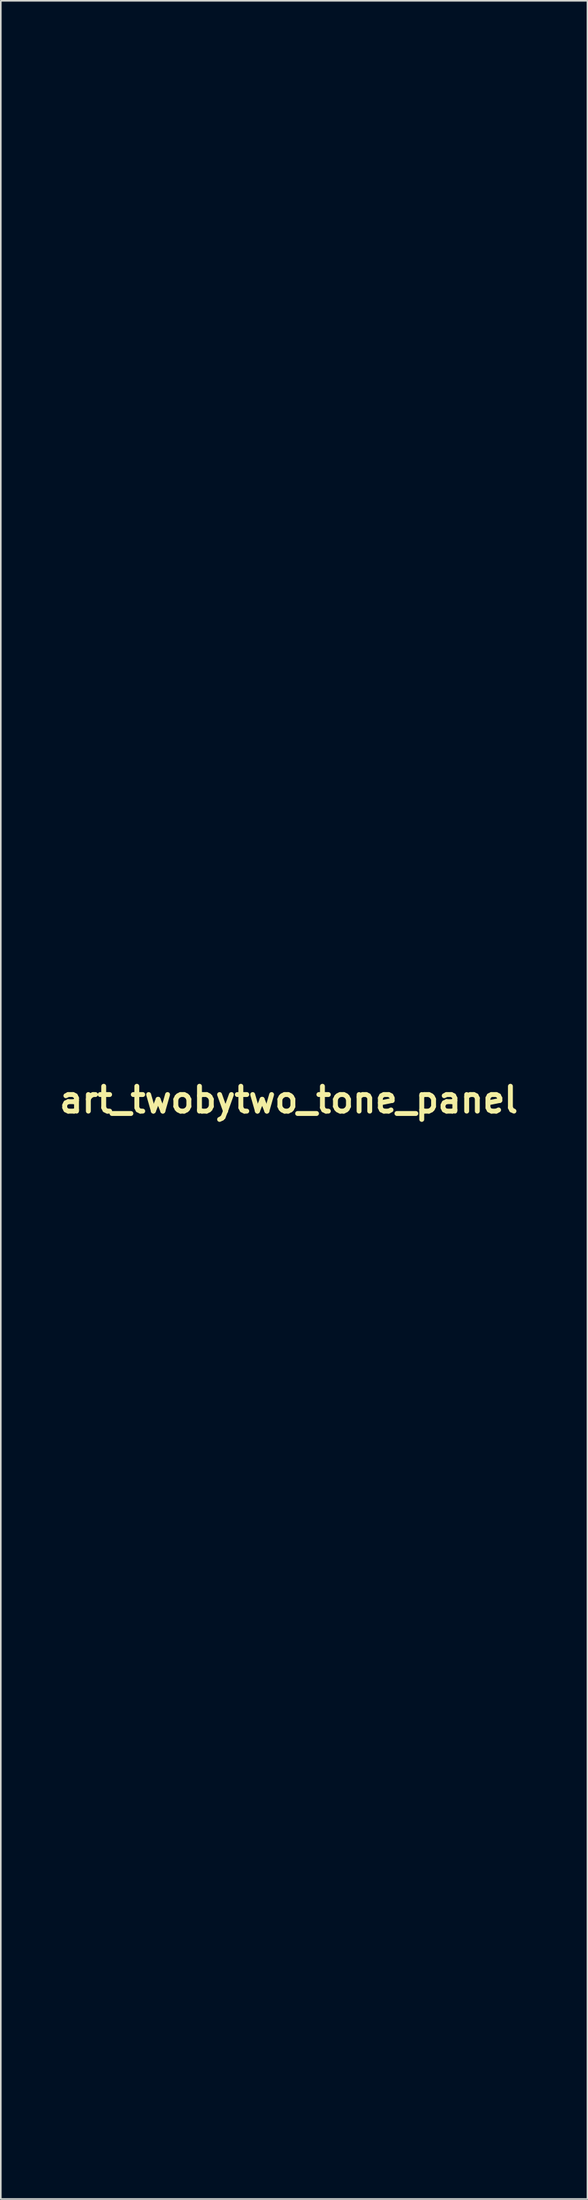
<source format=kicad_pcb>
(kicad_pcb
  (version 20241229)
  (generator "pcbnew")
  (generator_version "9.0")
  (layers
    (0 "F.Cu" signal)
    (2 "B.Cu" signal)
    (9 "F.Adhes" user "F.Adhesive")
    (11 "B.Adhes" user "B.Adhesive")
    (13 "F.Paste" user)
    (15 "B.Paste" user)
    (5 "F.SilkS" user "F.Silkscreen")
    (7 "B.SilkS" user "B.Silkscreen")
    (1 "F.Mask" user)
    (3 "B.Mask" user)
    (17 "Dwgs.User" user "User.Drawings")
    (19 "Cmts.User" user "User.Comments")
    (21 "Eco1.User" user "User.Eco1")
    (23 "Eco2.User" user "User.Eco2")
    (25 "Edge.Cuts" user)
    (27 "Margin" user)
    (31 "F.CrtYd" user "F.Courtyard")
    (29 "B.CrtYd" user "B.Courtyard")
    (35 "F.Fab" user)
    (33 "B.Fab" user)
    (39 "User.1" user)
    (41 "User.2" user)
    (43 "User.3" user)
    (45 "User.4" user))
  (footprint "art_twobytwo_tone_panel"
    (layer "F.Cu")
    (at 14.674 64.357)
    (property "Reference" "art_twobytwo_tone_panel" (at 0 0 0) (layer "F.SilkS") (effects (font (size 1.524 1.524) (thickness 0.3))))
    (attr through_hole)
    (fp_poly (pts (xy -5.73 41.311) (xy -5.685 41.327) (xy -5.63 41.366) (xy -5.581 41.423) (xy -5.541 41.493) (xy -5.512 41.573) (xy -5.505 41.601) (xy -5.498 41.631) (xy -5.493 41.654) (xy -5.493 41.671) (xy -5.498 41.683) (xy -5.513 41.691) (xy -5.539 41.696) (xy -5.577 41.698) (xy -5.631 41.699) (xy -5.703 41.698) (xy -5.758 41.698) (xy -6.023 41.698) (xy -6.016 41.659) (xy -5.993 41.559) (xy -5.961 41.474) (xy -5.92 41.405) (xy -5.871 41.354) (xy -5.826 41.326) (xy -5.775 41.31) (xy -5.73 41.311)) (stroke (width 0.01) (type solid)) (fill yes) (layer "F.Mask"))
    (fp_poly (pts (xy -12.89 -40.635) (xy -12.837 -40.606) (xy -12.797 -40.566) (xy -12.768 -40.517) (xy -12.752 -40.463) (xy -12.749 -40.406) (xy -12.759 -40.35) (xy -12.783 -40.298) (xy -12.82 -40.253) (xy -12.872 -40.219) (xy -12.9 -40.208) (xy -12.958 -40.197) (xy -13.019 -40.199) (xy -13.074 -40.215) (xy -13.076 -40.216) (xy -13.131 -40.252) (xy -13.172 -40.3) (xy -13.198 -40.356) (xy -13.208 -40.417) (xy -13.201 -40.479) (xy -13.178 -40.537) (xy -13.137 -40.588) (xy -13.131 -40.594) (xy -13.08 -40.629) (xy -13.022 -40.647) (xy -12.953 -40.648) (xy -12.89 -40.635)) (stroke (width 0.01) (type solid)) (fill yes) (layer "F.Mask"))
    (fp_poly (pts (xy 2.107 14.43) (xy 2.159 14.459) (xy 2.2 14.499) (xy 2.228 14.548) (xy 2.244 14.602) (xy 2.247 14.659) (xy 2.237 14.715) (xy 2.214 14.767) (xy 2.176 14.812) (xy 2.124 14.846) (xy 2.097 14.858) (xy 2.039 14.868) (xy 1.978 14.866) (xy 1.923 14.85) (xy 1.921 14.85) (xy 1.865 14.813) (xy 1.824 14.765) (xy 1.799 14.709) (xy 1.789 14.648) (xy 1.795 14.587) (xy 1.818 14.528) (xy 1.859 14.477) (xy 1.865 14.471) (xy 1.917 14.436) (xy 1.975 14.419) (xy 2.044 14.417) (xy 2.107 14.43)) (stroke (width 0.01) (type solid)) (fill yes) (layer "F.Mask"))
    (fp_poly (pts (xy 9.266 -13.753) (xy 9.317 -13.734) (xy 9.367 -13.698) (xy 9.411 -13.648) (xy 9.449 -13.585) (xy 9.479 -13.513) (xy 9.492 -13.464) (xy 9.499 -13.434) (xy 9.504 -13.411) (xy 9.504 -13.394) (xy 9.498 -13.382) (xy 9.483 -13.374) (xy 9.458 -13.369) (xy 9.419 -13.367) (xy 9.365 -13.367) (xy 9.294 -13.367) (xy 9.239 -13.367) (xy 8.974 -13.367) (xy 8.981 -13.412) (xy 8.994 -13.476) (xy 9.016 -13.543) (xy 9.042 -13.604) (xy 9.059 -13.635) (xy 9.096 -13.68) (xy 9.14 -13.719) (xy 9.187 -13.746) (xy 9.214 -13.754) (xy 9.266 -13.753)) (stroke (width 0.01) (type solid)) (fill yes) (layer "F.Mask"))
    (fp_poly (pts (xy 6.89 -13.749) (xy 6.949 -13.721) (xy 7 -13.675) (xy 7.043 -13.615) (xy 7.076 -13.544) (xy 7.099 -13.464) (xy 7.111 -13.378) (xy 7.111 -13.289) (xy 7.1 -13.2) (xy 7.075 -13.112) (xy 7.062 -13.08) (xy 7.03 -13.024) (xy 6.988 -12.975) (xy 6.941 -12.936) (xy 6.892 -12.91) (xy 6.847 -12.901) (xy 6.822 -12.906) (xy 6.789 -12.918) (xy 6.776 -12.923) (xy 6.719 -12.963) (xy 6.67 -13.022) (xy 6.631 -13.097) (xy 6.602 -13.188) (xy 6.599 -13.204) (xy 6.586 -13.289) (xy 6.585 -13.368) (xy 6.598 -13.453) (xy 6.599 -13.457) (xy 6.623 -13.54) (xy 6.656 -13.612) (xy 6.696 -13.672) (xy 6.743 -13.716) (xy 6.793 -13.745) (xy 6.846 -13.755) (xy 6.89 -13.749)) (stroke (width 0.01) (type solid)) (fill yes) (layer "F.Mask"))
    (fp_poly (pts (xy -8.125 41.311) (xy -8.089 41.325) (xy -8.048 41.354) (xy -8.008 41.392) (xy -7.973 41.435) (xy -7.957 41.462) (xy -7.921 41.548) (xy -7.9 41.645) (xy -7.895 41.747) (xy -7.905 41.849) (xy -7.93 41.947) (xy -7.945 41.985) (xy -7.975 42.038) (xy -8.016 42.087) (xy -8.061 42.126) (xy -8.091 42.144) (xy -8.13 42.159) (xy -8.163 42.162) (xy -8.203 42.154) (xy -8.211 42.152) (xy -8.256 42.129) (xy -8.3 42.088) (xy -8.34 42.033) (xy -8.374 41.968) (xy -8.4 41.894) (xy -8.408 41.862) (xy -8.421 41.778) (xy -8.422 41.699) (xy -8.41 41.615) (xy -8.408 41.608) (xy -8.384 41.524) (xy -8.35 41.451) (xy -8.309 41.391) (xy -8.261 41.346) (xy -8.208 41.318) (xy -8.153 41.308) (xy -8.125 41.311)) (stroke (width 0.01) (type solid)) (fill yes) (layer "F.Mask"))
    (fp_poly (pts (xy 11.281 -26.685) (xy 11.35 -26.655) (xy 11.413 -26.604) (xy 11.469 -26.535) (xy 11.514 -26.455) (xy 11.548 -26.378) (xy 11.571 -26.306) (xy 11.585 -26.231) (xy 11.592 -26.146) (xy 11.593 -26.088) (xy 11.59 -25.995) (xy 11.581 -25.916) (xy 11.563 -25.844) (xy 11.536 -25.771) (xy 11.513 -25.722) (xy 11.467 -25.642) (xy 11.412 -25.576) (xy 11.352 -25.526) (xy 11.287 -25.493) (xy 11.222 -25.477) (xy 11.156 -25.482) (xy 11.15 -25.483) (xy 11.081 -25.512) (xy 11.017 -25.56) (xy 10.958 -25.626) (xy 10.908 -25.708) (xy 10.901 -25.721) (xy 10.87 -25.79) (xy 10.847 -25.852) (xy 10.833 -25.913) (xy 10.825 -25.981) (xy 10.822 -26.062) (xy 10.822 -26.088) (xy 10.824 -26.173) (xy 10.83 -26.243) (xy 10.843 -26.306) (xy 10.862 -26.368) (xy 10.891 -26.435) (xy 10.9 -26.453) (xy 10.95 -26.541) (xy 11.007 -26.61) (xy 11.07 -26.659) (xy 11.139 -26.687) (xy 11.208 -26.696) (xy 11.281 -26.685)) (stroke (width 0.01) (type solid)) (fill yes) (layer "F.Mask"))
    (fp_poly (pts (xy -3.739 28.375) (xy -3.685 28.394) (xy -3.633 28.428) (xy -3.585 28.473) (xy -3.542 28.527) (xy -3.501 28.597) (xy -3.465 28.675) (xy -3.437 28.756) (xy -3.433 28.771) (xy -3.422 28.834) (xy -3.416 28.91) (xy -3.414 28.993) (xy -3.417 29.074) (xy -3.426 29.146) (xy -3.433 29.184) (xy -3.465 29.281) (xy -3.508 29.371) (xy -3.56 29.449) (xy -3.619 29.512) (xy -3.674 29.552) (xy -3.724 29.573) (xy -3.782 29.585) (xy -3.837 29.585) (xy -3.858 29.582) (xy -3.928 29.553) (xy -3.993 29.504) (xy -4.051 29.437) (xy -4.102 29.353) (xy -4.105 29.347) (xy -4.137 29.277) (xy -4.159 29.215) (xy -4.174 29.153) (xy -4.182 29.086) (xy -4.185 29.007) (xy -4.185 28.977) (xy -4.184 28.892) (xy -4.177 28.822) (xy -4.165 28.759) (xy -4.145 28.697) (xy -4.116 28.63) (xy -4.108 28.612) (xy -4.057 28.524) (xy -4 28.455) (xy -3.937 28.406) (xy -3.868 28.378) (xy -3.799 28.369) (xy -3.739 28.375)) (stroke (width 0.01) (type solid)) (fill yes) (layer "F.Mask"))
    (fp_poly (pts (xy 0.253 61.516) (xy 0.254 61.528) (xy 0.256 61.558) (xy 0.259 61.603) (xy 0.261 61.662) (xy 0.263 61.73) (xy 0.265 61.806) (xy 0.266 61.81) (xy 0.268 61.906) (xy 0.271 62.015) (xy 0.274 62.128) (xy 0.277 62.237) (xy 0.28 62.336) (xy 0.281 62.37) (xy 0.283 62.449) (xy 0.284 62.517) (xy 0.284 62.573) (xy 0.283 62.614) (xy 0.281 62.637) (xy 0.279 62.642) (xy 0.267 62.637) (xy 0.241 62.623) (xy 0.202 62.601) (xy 0.155 62.575) (xy 0.122 62.555) (xy -0.026 62.464) (xy -0.158 62.376) (xy -0.274 62.29) (xy -0.373 62.208) (xy -0.454 62.129) (xy -0.518 62.055) (xy -0.564 61.985) (xy -0.591 61.921) (xy -0.598 61.863) (xy -0.594 61.832) (xy -0.57 61.783) (xy -0.526 61.737) (xy -0.463 61.694) (xy -0.381 61.653) (xy -0.281 61.617) (xy -0.165 61.584) (xy -0.095 61.568) (xy -0.047 61.559) (xy 0.008 61.549) (xy 0.065 61.539) (xy 0.121 61.531) (xy 0.172 61.523) (xy 0.213 61.518) (xy 0.241 61.516) (xy 0.253 61.516)) (stroke (width 0.01) (type solid)) (fill yes) (layer "F.Mask"))
    (fp_poly (pts (xy 11.032 -57.956) (xy 11.115 -57.946) (xy 11.167 -57.935) (xy 11.312 -57.885) (xy 11.449 -57.817) (xy 11.577 -57.731) (xy 11.695 -57.628) (xy 11.802 -57.509) (xy 11.898 -57.377) (xy 11.981 -57.231) (xy 12.05 -57.073) (xy 12.105 -56.904) (xy 12.129 -56.806) (xy 12.14 -56.736) (xy 12.149 -56.65) (xy 12.156 -56.555) (xy 12.159 -56.457) (xy 12.159 -56.361) (xy 12.155 -56.273) (xy 12.15 -56.219) (xy 12.121 -56.047) (xy 12.075 -55.882) (xy 12.014 -55.725) (xy 11.938 -55.577) (xy 11.848 -55.44) (xy 11.746 -55.316) (xy 11.633 -55.206) (xy 11.509 -55.113) (xy 11.377 -55.036) (xy 11.3 -55.002) (xy 11.189 -54.966) (xy 11.068 -54.943) (xy 10.944 -54.932) (xy 10.824 -54.935) (xy 10.79 -54.939) (xy 10.655 -54.967) (xy 10.522 -55.016) (xy 10.392 -55.083) (xy 10.268 -55.168) (xy 10.152 -55.269) (xy 10.044 -55.385) (xy 10.005 -55.435) (xy 9.939 -55.533) (xy 9.877 -55.646) (xy 9.821 -55.769) (xy 9.774 -55.896) (xy 9.737 -56.022) (xy 9.721 -56.092) (xy 9.696 -56.279) (xy 9.689 -56.465) (xy 9.7 -56.649) (xy 9.73 -56.828) (xy 9.777 -57.002) (xy 9.841 -57.168) (xy 9.921 -57.324) (xy 10.018 -57.469) (xy 10.122 -57.592) (xy 10.23 -57.694) (xy 10.348 -57.783) (xy 10.472 -57.855) (xy 10.599 -57.91) (xy 10.684 -57.935) (xy 10.76 -57.949) (xy 10.848 -57.957) (xy 10.941 -57.959) (xy 11.032 -57.956)) (stroke (width 0.01) (type solid)) (fill yes) (layer "F.Mask"))
    (fp_poly (pts (xy -12.915 -39.9) (xy -12.86 -39.873) (xy -12.816 -39.827) (xy -12.794 -39.788) (xy -12.79 -39.778) (xy -12.787 -39.767) (xy -12.784 -39.751) (xy -12.781 -39.731) (xy -12.779 -39.704) (xy -12.778 -39.668) (xy -12.777 -39.623) (xy -12.776 -39.565) (xy -12.775 -39.494) (xy -12.775 -39.407) (xy -12.775 -39.303) (xy -12.775 -39.181) (xy -12.775 -39.116) (xy -12.775 -38.984) (xy -12.775 -38.872) (xy -12.775 -38.778) (xy -12.775 -38.699) (xy -12.776 -38.635) (xy -12.777 -38.584) (xy -12.779 -38.544) (xy -12.78 -38.513) (xy -12.782 -38.489) (xy -12.785 -38.472) (xy -12.788 -38.459) (xy -12.792 -38.449) (xy -12.794 -38.444) (xy -12.83 -38.388) (xy -12.878 -38.349) (xy -12.934 -38.326) (xy -12.995 -38.323) (xy -13.058 -38.339) (xy -13.065 -38.342) (xy -13.119 -38.376) (xy -13.157 -38.424) (xy -13.17 -38.452) (xy -13.174 -38.462) (xy -13.177 -38.477) (xy -13.179 -38.498) (xy -13.181 -38.526) (xy -13.183 -38.563) (xy -13.184 -38.612) (xy -13.185 -38.672) (xy -13.186 -38.747) (xy -13.186 -38.838) (xy -13.187 -38.945) (xy -13.187 -39.072) (xy -13.187 -39.118) (xy -13.187 -39.25) (xy -13.186 -39.362) (xy -13.186 -39.456) (xy -13.186 -39.534) (xy -13.185 -39.598) (xy -13.184 -39.649) (xy -13.182 -39.689) (xy -13.181 -39.72) (xy -13.178 -39.743) (xy -13.176 -39.76) (xy -13.172 -39.773) (xy -13.169 -39.784) (xy -13.167 -39.788) (xy -13.13 -39.845) (xy -13.083 -39.885) (xy -13.024 -39.906) (xy -12.98 -39.91) (xy -12.915 -39.9)) (stroke (width 0.01) (type solid)) (fill yes) (layer "F.Mask"))
    (fp_poly (pts (xy 2.081 15.165) (xy 2.136 15.192) (xy 2.18 15.238) (xy 2.202 15.277) (xy 2.207 15.287) (xy 2.21 15.299) (xy 2.213 15.314) (xy 2.215 15.334) (xy 2.217 15.361) (xy 2.219 15.397) (xy 2.22 15.442) (xy 2.221 15.5) (xy 2.221 15.572) (xy 2.222 15.658) (xy 2.222 15.762) (xy 2.222 15.884) (xy 2.222 15.949) (xy 2.222 16.081) (xy 2.222 16.193) (xy 2.222 16.288) (xy 2.221 16.366) (xy 2.22 16.43) (xy 2.219 16.481) (xy 2.218 16.521) (xy 2.216 16.552) (xy 2.214 16.576) (xy 2.211 16.593) (xy 2.208 16.606) (xy 2.204 16.617) (xy 2.202 16.621) (xy 2.172 16.67) (xy 2.131 16.709) (xy 2.092 16.732) (xy 2.05 16.741) (xy 2.001 16.741) (xy 1.955 16.734) (xy 1.931 16.725) (xy 1.877 16.688) (xy 1.839 16.639) (xy 1.83 16.621) (xy 1.826 16.611) (xy 1.822 16.6) (xy 1.819 16.584) (xy 1.817 16.564) (xy 1.815 16.537) (xy 1.813 16.501) (xy 1.812 16.455) (xy 1.811 16.397) (xy 1.811 16.325) (xy 1.81 16.238) (xy 1.81 16.134) (xy 1.81 16.012) (xy 1.81 15.949) (xy 1.81 15.817) (xy 1.81 15.705) (xy 1.811 15.611) (xy 1.811 15.532) (xy 1.812 15.468) (xy 1.813 15.417) (xy 1.814 15.377) (xy 1.816 15.346) (xy 1.818 15.322) (xy 1.821 15.305) (xy 1.824 15.292) (xy 1.828 15.282) (xy 1.83 15.277) (xy 1.866 15.22) (xy 1.914 15.181) (xy 1.973 15.159) (xy 2.016 15.155) (xy 2.081 15.165)) (stroke (width 0.01) (type solid)) (fill yes) (layer "F.Mask"))
    (fp_poly (pts (xy -10.381 -58.114) (xy -10.361 -58.089) (xy -10.352 -58.061) (xy -10.351 -58.034) (xy -10.353 -57.998) (xy -10.365 -57.972) (xy -10.381 -57.954) (xy -10.412 -57.923) (xy -11.356 -57.923) (xy -11.356 -56.428) (xy -11.356 -56.22) (xy -11.356 -56.032) (xy -11.356 -55.864) (xy -11.357 -55.713) (xy -11.357 -55.579) (xy -11.357 -55.461) (xy -11.357 -55.359) (xy -11.358 -55.269) (xy -11.358 -55.193) (xy -11.359 -55.128) (xy -11.36 -55.074) (xy -11.361 -55.029) (xy -11.362 -54.993) (xy -11.364 -54.964) (xy -11.365 -54.942) (xy -11.367 -54.925) (xy -11.369 -54.912) (xy -11.372 -54.902) (xy -11.374 -54.895) (xy -11.376 -54.89) (xy -11.414 -54.831) (xy -11.465 -54.787) (xy -11.526 -54.759) (xy -11.592 -54.748) (xy -11.661 -54.755) (xy -11.712 -54.773) (xy -11.748 -54.794) (xy -11.781 -54.821) (xy -11.793 -54.834) (xy -11.802 -54.845) (xy -11.809 -54.854) (xy -11.816 -54.863) (xy -11.822 -54.872) (xy -11.827 -54.884) (xy -11.832 -54.899) (xy -11.836 -54.917) (xy -11.839 -54.941) (xy -11.843 -54.971) (xy -11.845 -55.008) (xy -11.847 -55.053) (xy -11.849 -55.108) (xy -11.85 -55.173) (xy -11.851 -55.249) (xy -11.852 -55.338) (xy -11.853 -55.44) (xy -11.853 -55.558) (xy -11.853 -55.691) (xy -11.853 -55.84) (xy -11.853 -56.008) (xy -11.853 -56.194) (xy -11.853 -56.4) (xy -11.853 -56.435) (xy -11.853 -57.923) (xy -12.786 -57.923) (xy -12.817 -57.954) (xy -12.838 -57.979) (xy -12.847 -58.006) (xy -12.848 -58.034) (xy -12.845 -58.069) (xy -12.834 -58.095) (xy -12.817 -58.114) (xy -12.786 -58.145) (xy -10.412 -58.145) (xy -10.381 -58.114)) (stroke (width 0.01) (type solid)) (fill yes) (layer "F.Mask"))
    (fp_poly (pts (xy -8.046 -13.907) (xy -7.943 -13.877) (xy -7.849 -13.831) (xy -7.766 -13.768) (xy -7.695 -13.691) (xy -7.638 -13.601) (xy -7.597 -13.499) (xy -7.583 -13.446) (xy -7.572 -13.38) (xy -7.568 -13.324) (xy -7.573 -13.266) (xy -7.583 -13.213) (xy -7.615 -13.108) (xy -7.664 -13.014) (xy -7.728 -12.931) (xy -7.805 -12.862) (xy -7.892 -12.807) (xy -7.987 -12.768) (xy -8.089 -12.746) (xy -8.195 -12.743) (xy -8.3 -12.759) (xy -8.386 -12.789) (xy -8.471 -12.837) (xy -8.55 -12.897) (xy -8.618 -12.967) (xy -8.67 -13.043) (xy -8.676 -13.055) (xy -8.718 -13.161) (xy -8.74 -13.268) (xy -8.741 -13.33) (xy -8.424 -13.33) (xy -8.417 -13.243) (xy -8.398 -13.159) (xy -8.368 -13.082) (xy -8.33 -13.014) (xy -8.283 -12.96) (xy -8.232 -12.924) (xy -8.232 -12.924) (xy -8.186 -12.906) (xy -8.146 -12.903) (xy -8.102 -12.916) (xy -8.091 -12.921) (xy -8.033 -12.958) (xy -7.984 -13.013) (xy -7.944 -13.083) (xy -7.916 -13.165) (xy -7.899 -13.257) (xy -7.895 -13.328) (xy -7.903 -13.439) (xy -7.927 -13.536) (xy -7.967 -13.619) (xy -8.023 -13.688) (xy -8.036 -13.701) (xy -8.09 -13.739) (xy -8.144 -13.755) (xy -8.198 -13.751) (xy -8.253 -13.725) (xy -8.287 -13.698) (xy -8.328 -13.65) (xy -8.364 -13.587) (xy -8.393 -13.513) (xy -8.413 -13.433) (xy -8.423 -13.354) (xy -8.424 -13.33) (xy -8.741 -13.33) (xy -8.741 -13.375) (xy -8.724 -13.48) (xy -8.686 -13.58) (xy -8.63 -13.674) (xy -8.575 -13.739) (xy -8.491 -13.812) (xy -8.398 -13.866) (xy -8.296 -13.901) (xy -8.187 -13.916) (xy -8.155 -13.917) (xy -8.046 -13.907)) (stroke (width 0.01) (type solid)) (fill yes) (layer "F.Mask"))
    (fp_poly (pts (xy -1.654 54.353) (xy -1.598 54.356) (xy -1.553 54.362) (xy -1.511 54.37) (xy -1.49 54.375) (xy -1.344 54.425) (xy -1.206 54.495) (xy -1.078 54.582) (xy -0.959 54.685) (xy -0.852 54.805) (xy -0.756 54.939) (xy -0.673 55.087) (xy -0.604 55.248) (xy -0.549 55.42) (xy -0.527 55.51) (xy -0.519 55.548) (xy -0.513 55.584) (xy -0.509 55.621) (xy -0.506 55.663) (xy -0.504 55.714) (xy -0.504 55.778) (xy -0.503 55.859) (xy -0.503 55.869) (xy -0.504 55.953) (xy -0.505 56.019) (xy -0.506 56.072) (xy -0.509 56.116) (xy -0.514 56.154) (xy -0.52 56.19) (xy -0.527 56.226) (xy -0.574 56.4) (xy -0.636 56.565) (xy -0.712 56.719) (xy -0.802 56.859) (xy -0.904 56.986) (xy -1.018 57.098) (xy -1.141 57.194) (xy -1.275 57.271) (xy -1.358 57.309) (xy -1.469 57.344) (xy -1.59 57.368) (xy -1.714 57.379) (xy -1.833 57.375) (xy -1.868 57.372) (xy -2.006 57.342) (xy -2.142 57.293) (xy -2.274 57.223) (xy -2.401 57.133) (xy -2.503 57.043) (xy -2.604 56.935) (xy -2.692 56.818) (xy -2.768 56.689) (xy -2.794 56.637) (xy -2.853 56.504) (xy -2.898 56.375) (xy -2.931 56.242) (xy -2.954 56.1) (xy -2.964 56) (xy -2.969 55.822) (xy -2.957 55.647) (xy -2.928 55.476) (xy -2.882 55.31) (xy -2.822 55.153) (xy -2.747 55.004) (xy -2.658 54.866) (xy -2.557 54.741) (xy -2.444 54.63) (xy -2.319 54.534) (xy -2.184 54.455) (xy -2.176 54.451) (xy -2.086 54.411) (xy -2.003 54.383) (xy -1.919 54.365) (xy -1.828 54.355) (xy -1.725 54.352) (xy -1.654 54.353)) (stroke (width 0.01) (type solid)) (fill yes) (layer "F.Mask"))
    (fp_poly (pts (xy 6.906 41.149) (xy 7.007 41.168) (xy 7.104 41.205) (xy 7.194 41.26) (xy 7.261 41.317) (xy 7.325 41.394) (xy 7.377 41.483) (xy 7.414 41.578) (xy 7.436 41.675) (xy 7.44 41.735) (xy 7.437 41.768) (xy 7.432 41.811) (xy 7.424 41.852) (xy 7.392 41.957) (xy 7.343 42.051) (xy 7.279 42.134) (xy 7.203 42.203) (xy 7.116 42.258) (xy 7.02 42.297) (xy 6.918 42.319) (xy 6.812 42.322) (xy 6.708 42.306) (xy 6.621 42.276) (xy 6.536 42.228) (xy 6.457 42.168) (xy 6.389 42.098) (xy 6.337 42.022) (xy 6.331 42.01) (xy 6.289 41.905) (xy 6.267 41.797) (xy 6.267 41.774) (xy 6.585 41.774) (xy 6.598 41.858) (xy 6.598 41.859) (xy 6.625 41.951) (xy 6.661 42.028) (xy 6.707 42.089) (xy 6.761 42.133) (xy 6.776 42.142) (xy 6.821 42.159) (xy 6.861 42.162) (xy 6.905 42.149) (xy 6.916 42.144) (xy 6.974 42.107) (xy 7.023 42.052) (xy 7.063 41.982) (xy 7.092 41.899) (xy 7.108 41.807) (xy 7.112 41.735) (xy 7.105 41.64) (xy 7.086 41.552) (xy 7.055 41.474) (xy 7.015 41.408) (xy 6.965 41.357) (xy 6.909 41.323) (xy 6.89 41.316) (xy 6.836 41.31) (xy 6.784 41.324) (xy 6.734 41.355) (xy 6.688 41.403) (xy 6.649 41.465) (xy 6.617 41.54) (xy 6.599 41.608) (xy 6.586 41.694) (xy 6.585 41.774) (xy 6.267 41.774) (xy 6.266 41.69) (xy 6.284 41.585) (xy 6.321 41.485) (xy 6.377 41.391) (xy 6.432 41.326) (xy 6.514 41.255) (xy 6.606 41.202) (xy 6.703 41.166) (xy 6.804 41.149) (xy 6.906 41.149)) (stroke (width 0.01) (type solid)) (fill yes) (layer "F.Mask"))
    (fp_poly (pts (xy -9.188 -14.535) (xy -9.142 -14.515) (xy -9.105 -14.476) (xy -9.094 -14.456) (xy -9.086 -14.441) (xy -9.081 -14.426) (xy -9.077 -14.408) (xy -9.074 -14.384) (xy -9.072 -14.351) (xy -9.071 -14.306) (xy -9.07 -14.247) (xy -9.07 -14.171) (xy -9.07 -14.142) (xy -9.07 -13.875) (xy -8.961 -13.875) (xy -8.9 -13.873) (xy -8.857 -13.868) (xy -8.829 -13.858) (xy -8.813 -13.842) (xy -8.806 -13.818) (xy -8.805 -13.8) (xy -8.808 -13.767) (xy -8.818 -13.744) (xy -8.839 -13.728) (xy -8.872 -13.72) (xy -8.923 -13.716) (xy -8.959 -13.716) (xy -9.07 -13.716) (xy -9.07 -13.484) (xy -9.069 -13.41) (xy -9.068 -13.34) (xy -9.065 -13.279) (xy -9.062 -13.231) (xy -9.059 -13.199) (xy -9.058 -13.195) (xy -9.035 -13.116) (xy -9 -13.046) (xy -8.957 -12.989) (xy -8.908 -12.946) (xy -8.854 -12.919) (xy -8.808 -12.912) (xy -8.771 -12.903) (xy -8.745 -12.88) (xy -8.732 -12.848) (xy -8.733 -12.813) (xy -8.751 -12.781) (xy -8.756 -12.776) (xy -8.787 -12.76) (xy -8.834 -12.753) (xy -8.892 -12.757) (xy -8.954 -12.77) (xy -9.054 -12.807) (xy -9.146 -12.862) (xy -9.227 -12.932) (xy -9.294 -13.016) (xy -9.345 -13.11) (xy -9.372 -13.187) (xy -9.375 -13.211) (xy -9.379 -13.253) (xy -9.381 -13.311) (xy -9.384 -13.382) (xy -9.386 -13.464) (xy -9.387 -13.555) (xy -9.388 -13.652) (xy -9.389 -13.753) (xy -9.389 -13.855) (xy -9.389 -13.956) (xy -9.388 -14.055) (xy -9.387 -14.147) (xy -9.385 -14.232) (xy -9.383 -14.307) (xy -9.381 -14.369) (xy -9.378 -14.416) (xy -9.375 -14.446) (xy -9.373 -14.455) (xy -9.34 -14.5) (xy -9.299 -14.528) (xy -9.247 -14.539) (xy -9.188 -14.535)) (stroke (width 0.01) (type solid)) (fill yes) (layer "F.Mask"))
    (fp_poly (pts (xy 5.819 40.53) (xy 5.865 40.55) (xy 5.902 40.589) (xy 5.913 40.609) (xy 5.921 40.624) (xy 5.926 40.639) (xy 5.931 40.657) (xy 5.934 40.682) (xy 5.935 40.714) (xy 5.937 40.759) (xy 5.937 40.818) (xy 5.937 40.895) (xy 5.937 40.923) (xy 5.937 41.19) (xy 6.046 41.19) (xy 6.107 41.192) (xy 6.15 41.197) (xy 6.178 41.207) (xy 6.194 41.223) (xy 6.201 41.247) (xy 6.202 41.265) (xy 6.199 41.298) (xy 6.189 41.322) (xy 6.169 41.337) (xy 6.135 41.345) (xy 6.084 41.349) (xy 6.048 41.349) (xy 5.937 41.349) (xy 5.937 41.581) (xy 5.938 41.655) (xy 5.939 41.725) (xy 5.942 41.786) (xy 5.945 41.834) (xy 5.948 41.866) (xy 5.949 41.87) (xy 5.973 41.949) (xy 6.007 42.019) (xy 6.05 42.076) (xy 6.099 42.119) (xy 6.153 42.146) (xy 6.199 42.153) (xy 6.236 42.162) (xy 6.262 42.185) (xy 6.275 42.217) (xy 6.274 42.252) (xy 6.256 42.284) (xy 6.251 42.289) (xy 6.22 42.305) (xy 6.173 42.312) (xy 6.115 42.308) (xy 6.054 42.295) (xy 5.952 42.258) (xy 5.86 42.203) (xy 5.78 42.133) (xy 5.713 42.049) (xy 5.662 41.954) (xy 5.635 41.878) (xy 5.632 41.854) (xy 5.629 41.812) (xy 5.626 41.754) (xy 5.624 41.683) (xy 5.622 41.601) (xy 5.62 41.51) (xy 5.619 41.413) (xy 5.618 41.313) (xy 5.618 41.21) (xy 5.618 41.109) (xy 5.619 41.01) (xy 5.62 40.918) (xy 5.622 40.833) (xy 5.624 40.758) (xy 5.626 40.696) (xy 5.629 40.649) (xy 5.632 40.619) (xy 5.635 40.61) (xy 5.667 40.565) (xy 5.708 40.538) (xy 5.76 40.526) (xy 5.819 40.53)) (stroke (width 0.01) (type solid)) (fill yes) (layer "F.Mask"))
    (fp_poly (pts (xy 9.299 41.15) (xy 9.4 41.169) (xy 9.498 41.207) (xy 9.589 41.263) (xy 9.653 41.318) (xy 9.716 41.393) (xy 9.768 41.479) (xy 9.804 41.572) (xy 9.825 41.666) (xy 9.828 41.758) (xy 9.825 41.782) (xy 9.816 41.852) (xy 9.402 41.857) (xy 8.988 41.862) (xy 9.008 41.927) (xy 9.039 42.002) (xy 9.081 42.067) (xy 9.132 42.119) (xy 9.143 42.127) (xy 9.17 42.144) (xy 9.194 42.153) (xy 9.223 42.157) (xy 9.264 42.157) (xy 9.338 42.15) (xy 9.407 42.127) (xy 9.477 42.088) (xy 9.512 42.062) (xy 9.558 42.031) (xy 9.595 42.017) (xy 9.627 42.021) (xy 9.657 42.041) (xy 9.658 42.042) (xy 9.679 42.072) (xy 9.683 42.102) (xy 9.668 42.135) (xy 9.634 42.173) (xy 9.632 42.175) (xy 9.558 42.233) (xy 9.471 42.277) (xy 9.375 42.306) (xy 9.274 42.321) (xy 9.172 42.319) (xy 9.099 42.306) (xy 9.004 42.273) (xy 8.914 42.221) (xy 8.831 42.149) (xy 8.758 42.064) (xy 8.706 41.974) (xy 8.673 41.877) (xy 8.658 41.771) (xy 8.657 41.735) (xy 8.66 41.698) (xy 8.975 41.698) (xy 9.239 41.698) (xy 9.321 41.698) (xy 9.384 41.698) (xy 9.43 41.697) (xy 9.463 41.696) (xy 9.484 41.694) (xy 9.496 41.69) (xy 9.502 41.686) (xy 9.504 41.68) (xy 9.504 41.678) (xy 9.499 41.635) (xy 9.487 41.582) (xy 9.469 41.525) (xy 9.45 41.48) (xy 9.415 41.422) (xy 9.371 41.372) (xy 9.323 41.335) (xy 9.283 41.316) (xy 9.229 41.311) (xy 9.177 41.324) (xy 9.127 41.355) (xy 9.081 41.401) (xy 9.042 41.461) (xy 9.01 41.532) (xy 8.988 41.612) (xy 8.982 41.648) (xy 8.975 41.698) (xy 8.66 41.698) (xy 8.667 41.624) (xy 8.695 41.522) (xy 8.744 41.427) (xy 8.812 41.339) (xy 8.824 41.326) (xy 8.907 41.255) (xy 8.998 41.201) (xy 9.096 41.166) (xy 9.197 41.149) (xy 9.299 41.15)) (stroke (width 0.01) (type solid)) (fill yes) (layer "F.Mask"))
    (fp_poly (pts (xy 7.835 5.471) (xy 7.839 5.498) (xy 7.843 5.537) (xy 7.846 5.575) (xy 7.849 5.622) (xy 7.853 5.684) (xy 7.858 5.757) (xy 7.863 5.834) (xy 7.868 5.909) (xy 7.868 5.911) (xy 7.885 6.158) (xy 7.9 6.421) (xy 7.914 6.697) (xy 7.927 6.984) (xy 7.939 7.279) (xy 7.95 7.582) (xy 7.959 7.889) (xy 7.967 8.198) (xy 7.974 8.508) (xy 7.979 8.816) (xy 7.984 9.119) (xy 7.986 9.417) (xy 7.987 9.707) (xy 7.987 9.986) (xy 7.985 10.253) (xy 7.981 10.505) (xy 7.976 10.741) (xy 7.969 10.957) (xy 7.969 10.97) (xy 7.962 11.125) (xy 7.955 11.286) (xy 7.946 11.448) (xy 7.936 11.607) (xy 7.926 11.757) (xy 7.916 11.893) (xy 7.911 11.959) (xy 7.904 12.04) (xy 7.896 12.126) (xy 7.887 12.213) (xy 7.878 12.3) (xy 7.869 12.383) (xy 7.86 12.459) (xy 7.852 12.528) (xy 7.845 12.584) (xy 7.839 12.627) (xy 7.835 12.653) (xy 7.832 12.661) (xy 7.828 12.654) (xy 7.823 12.631) (xy 7.817 12.594) (xy 7.812 12.555) (xy 7.791 12.361) (xy 7.772 12.177) (xy 7.756 11.999) (xy 7.741 11.826) (xy 7.728 11.655) (xy 7.717 11.483) (xy 7.708 11.31) (xy 7.7 11.132) (xy 7.693 10.947) (xy 7.688 10.754) (xy 7.685 10.549) (xy 7.682 10.331) (xy 7.68 10.097) (xy 7.68 9.846) (xy 7.68 9.71) (xy 7.68 9.37) (xy 7.682 9.047) (xy 7.686 8.738) (xy 7.69 8.439) (xy 7.696 8.147) (xy 7.704 7.857) (xy 7.713 7.566) (xy 7.724 7.27) (xy 7.737 6.966) (xy 7.742 6.847) (xy 7.748 6.724) (xy 7.754 6.597) (xy 7.761 6.469) (xy 7.768 6.341) (xy 7.775 6.216) (xy 7.783 6.094) (xy 7.79 5.978) (xy 7.797 5.87) (xy 7.804 5.77) (xy 7.81 5.681) (xy 7.816 5.605) (xy 7.821 5.543) (xy 7.826 5.497) (xy 7.829 5.469) (xy 7.832 5.461) (xy 7.835 5.471)) (stroke (width 0.01) (type solid)) (fill yes) (layer "F.Mask"))
    (fp_poly (pts (xy -12.731 -46.012) (xy -12.614 -45.993) (xy -12.504 -45.956) (xy -12.398 -45.901) (xy -12.372 -45.884) (xy -12.31 -45.841) (xy -12.266 -45.803) (xy -12.239 -45.769) (xy -12.226 -45.736) (xy -12.224 -45.718) (xy -12.228 -45.675) (xy -12.244 -45.646) (xy -12.273 -45.626) (xy -12.276 -45.625) (xy -12.312 -45.617) (xy -12.348 -45.624) (xy -12.389 -45.649) (xy -12.413 -45.669) (xy -12.504 -45.735) (xy -12.603 -45.783) (xy -12.708 -45.811) (xy -12.801 -45.82) (xy -12.846 -45.819) (xy -12.879 -45.815) (xy -12.908 -45.806) (xy -12.939 -45.791) (xy -12.942 -45.789) (xy -13.007 -45.743) (xy -13.064 -45.68) (xy -13.114 -45.599) (xy -13.125 -45.577) (xy -13.156 -45.508) (xy -13.178 -45.445) (xy -13.192 -45.383) (xy -13.199 -45.315) (xy -13.202 -45.235) (xy -13.202 -45.212) (xy -13.201 -45.127) (xy -13.194 -45.057) (xy -13.182 -44.994) (xy -13.162 -44.933) (xy -13.133 -44.866) (xy -13.122 -44.842) (xy -13.072 -44.758) (xy -13.013 -44.688) (xy -12.947 -44.637) (xy -12.932 -44.628) (xy -12.874 -44.609) (xy -12.806 -44.603) (xy -12.729 -44.609) (xy -12.65 -44.627) (xy -12.57 -44.655) (xy -12.495 -44.693) (xy -12.429 -44.74) (xy -12.404 -44.762) (xy -12.36 -44.795) (xy -12.319 -44.807) (xy -12.277 -44.799) (xy -12.276 -44.799) (xy -12.245 -44.78) (xy -12.229 -44.752) (xy -12.224 -44.709) (xy -12.224 -44.707) (xy -12.226 -44.682) (xy -12.236 -44.66) (xy -12.256 -44.636) (xy -12.274 -44.617) (xy -12.363 -44.546) (xy -12.464 -44.488) (xy -12.576 -44.445) (xy -12.694 -44.418) (xy -12.814 -44.407) (xy -12.934 -44.415) (xy -12.985 -44.424) (xy -13.107 -44.461) (xy -13.22 -44.516) (xy -13.324 -44.588) (xy -13.415 -44.674) (xy -13.493 -44.773) (xy -13.553 -44.883) (xy -13.56 -44.9) (xy -13.597 -45.012) (xy -13.617 -45.13) (xy -13.62 -45.251) (xy -13.607 -45.369) (xy -13.581 -45.468) (xy -13.53 -45.587) (xy -13.46 -45.694) (xy -13.373 -45.792) (xy -13.369 -45.795) (xy -13.273 -45.876) (xy -13.175 -45.937) (xy -13.071 -45.979) (xy -12.958 -46.005) (xy -12.858 -46.014) (xy -12.731 -46.012)) (stroke (width 0.01) (type solid)) (fill yes) (layer "F.Mask"))
    (fp_poly (pts (xy -5.644 -13.907) (xy -5.542 -13.878) (xy -5.449 -13.831) (xy -5.366 -13.768) (xy -5.294 -13.692) (xy -5.237 -13.603) (xy -5.195 -13.503) (xy -5.181 -13.446) (xy -5.168 -13.354) (xy -5.169 -13.273) (xy -5.174 -13.245) (xy -5.181 -13.213) (xy -5.595 -13.208) (xy -6.009 -13.203) (xy -5.989 -13.138) (xy -5.958 -13.063) (xy -5.915 -12.998) (xy -5.864 -12.946) (xy -5.853 -12.938) (xy -5.827 -12.921) (xy -5.804 -12.912) (xy -5.775 -12.908) (xy -5.734 -12.908) (xy -5.731 -12.908) (xy -5.664 -12.914) (xy -5.601 -12.933) (xy -5.537 -12.967) (xy -5.482 -13.005) (xy -5.434 -13.037) (xy -5.394 -13.049) (xy -5.361 -13.044) (xy -5.335 -13.021) (xy -5.316 -12.99) (xy -5.315 -12.96) (xy -5.33 -12.928) (xy -5.364 -12.89) (xy -5.364 -12.89) (xy -5.438 -12.833) (xy -5.525 -12.788) (xy -5.622 -12.759) (xy -5.723 -12.744) (xy -5.824 -12.746) (xy -5.897 -12.759) (xy -5.984 -12.789) (xy -6.069 -12.837) (xy -6.148 -12.897) (xy -6.215 -12.967) (xy -6.267 -13.043) (xy -6.274 -13.055) (xy -6.316 -13.161) (xy -6.337 -13.268) (xy -6.339 -13.367) (xy -6.023 -13.367) (xy -5.758 -13.367) (xy -5.676 -13.367) (xy -5.613 -13.367) (xy -5.567 -13.368) (xy -5.534 -13.369) (xy -5.513 -13.371) (xy -5.5 -13.375) (xy -5.495 -13.379) (xy -5.493 -13.385) (xy -5.493 -13.387) (xy -5.497 -13.424) (xy -5.507 -13.472) (xy -5.522 -13.524) (xy -5.539 -13.57) (xy -5.541 -13.574) (xy -5.573 -13.632) (xy -5.614 -13.682) (xy -5.66 -13.722) (xy -5.708 -13.748) (xy -5.753 -13.758) (xy -5.754 -13.758) (xy -5.805 -13.748) (xy -5.856 -13.72) (xy -5.904 -13.678) (xy -5.945 -13.623) (xy -5.957 -13.602) (xy -5.976 -13.557) (xy -5.994 -13.501) (xy -6.01 -13.44) (xy -6.016 -13.406) (xy -6.023 -13.367) (xy -6.339 -13.367) (xy -6.339 -13.375) (xy -6.321 -13.48) (xy -6.284 -13.58) (xy -6.228 -13.674) (xy -6.173 -13.739) (xy -6.088 -13.812) (xy -5.995 -13.866) (xy -5.894 -13.901) (xy -5.784 -13.916) (xy -5.751 -13.917) (xy -5.644 -13.907)) (stroke (width 0.01) (type solid)) (fill yes) (layer "F.Mask"))
    (fp_poly (pts (xy -3.73 -26.89) (xy -3.622 -26.874) (xy -3.616 -26.872) (xy -3.491 -26.832) (xy -3.378 -26.774) (xy -3.276 -26.698) (xy -3.21 -26.633) (xy -3.129 -26.53) (xy -3.067 -26.418) (xy -3.024 -26.301) (xy -3 -26.179) (xy -2.996 -26.055) (xy -3.012 -25.93) (xy -3.047 -25.807) (xy -3.102 -25.687) (xy -3.113 -25.667) (xy -3.145 -25.622) (xy -3.189 -25.569) (xy -3.241 -25.516) (xy -3.295 -25.465) (xy -3.346 -25.424) (xy -3.379 -25.402) (xy -3.495 -25.344) (xy -3.617 -25.306) (xy -3.742 -25.286) (xy -3.868 -25.285) (xy -3.968 -25.3) (xy -4.093 -25.338) (xy -4.208 -25.394) (xy -4.314 -25.469) (xy -4.378 -25.529) (xy -4.462 -25.631) (xy -4.527 -25.74) (xy -4.572 -25.857) (xy -4.597 -25.982) (xy -4.604 -26.088) (xy -4.185 -26.088) (xy -4.183 -26.002) (xy -4.177 -25.931) (xy -4.164 -25.868) (xy -4.144 -25.807) (xy -4.116 -25.741) (xy -4.107 -25.723) (xy -4.06 -25.64) (xy -4.01 -25.576) (xy -3.954 -25.528) (xy -3.889 -25.494) (xy -3.877 -25.489) (xy -3.824 -25.479) (xy -3.763 -25.482) (xy -3.704 -25.498) (xy -3.674 -25.513) (xy -3.61 -25.561) (xy -3.552 -25.627) (xy -3.501 -25.707) (xy -3.459 -25.798) (xy -3.433 -25.882) (xy -3.422 -25.943) (xy -3.416 -26.018) (xy -3.414 -26.1) (xy -3.417 -26.18) (xy -3.425 -26.253) (xy -3.433 -26.294) (xy -3.457 -26.372) (xy -3.491 -26.451) (xy -3.532 -26.522) (xy -3.575 -26.581) (xy -3.585 -26.592) (xy -3.639 -26.642) (xy -3.691 -26.674) (xy -3.745 -26.691) (xy -3.799 -26.696) (xy -3.874 -26.686) (xy -3.942 -26.656) (xy -4.005 -26.606) (xy -4.061 -26.535) (xy -4.108 -26.453) (xy -4.139 -26.384) (xy -4.161 -26.321) (xy -4.175 -26.259) (xy -4.182 -26.191) (xy -4.185 -26.111) (xy -4.185 -26.088) (xy -4.604 -26.088) (xy -4.594 -26.22) (xy -4.565 -26.343) (xy -4.516 -26.457) (xy -4.448 -26.564) (xy -4.361 -26.663) (xy -4.352 -26.671) (xy -4.281 -26.734) (xy -4.212 -26.782) (xy -4.139 -26.82) (xy -4.056 -26.853) (xy -3.954 -26.879) (xy -3.843 -26.891) (xy -3.73 -26.89)) (stroke (width 0.01) (type solid)) (fill yes) (layer "F.Mask"))
    (fp_poly (pts (xy -7.17 -49.624) (xy -7.167 -49.611) (xy -7.164 -49.579) (xy -7.159 -49.529) (xy -7.153 -49.463) (xy -7.147 -49.384) (xy -7.141 -49.291) (xy -7.134 -49.188) (xy -7.127 -49.077) (xy -7.119 -48.958) (xy -7.112 -48.834) (xy -7.105 -48.706) (xy -7.097 -48.576) (xy -7.09 -48.446) (xy -7.084 -48.318) (xy -7.078 -48.193) (xy -7.075 -48.133) (xy -7.063 -47.844) (xy -7.053 -47.549) (xy -7.043 -47.249) (xy -7.035 -46.945) (xy -7.029 -46.641) (xy -7.023 -46.336) (xy -7.019 -46.035) (xy -7.017 -45.737) (xy -7.015 -45.446) (xy -7.016 -45.162) (xy -7.017 -44.888) (xy -7.02 -44.626) (xy -7.025 -44.378) (xy -7.031 -44.144) (xy -7.038 -43.928) (xy -7.047 -43.73) (xy -7.049 -43.699) (xy -7.054 -43.6) (xy -7.061 -43.493) (xy -7.069 -43.38) (xy -7.078 -43.264) (xy -7.088 -43.146) (xy -7.097 -43.029) (xy -7.107 -42.916) (xy -7.117 -42.808) (xy -7.127 -42.708) (xy -7.136 -42.619) (xy -7.145 -42.542) (xy -7.153 -42.479) (xy -7.16 -42.434) (xy -7.164 -42.413) (xy -7.168 -42.398) (xy -7.172 -42.397) (xy -7.175 -42.414) (xy -7.179 -42.444) (xy -7.201 -42.631) (xy -7.22 -42.812) (xy -7.237 -42.991) (xy -7.253 -43.171) (xy -7.267 -43.357) (xy -7.279 -43.551) (xy -7.291 -43.759) (xy -7.303 -43.983) (xy -7.305 -44.021) (xy -7.307 -44.085) (xy -7.309 -44.167) (xy -7.311 -44.267) (xy -7.313 -44.383) (xy -7.314 -44.512) (xy -7.316 -44.653) (xy -7.316 -44.805) (xy -7.317 -44.964) (xy -7.318 -45.129) (xy -7.318 -45.299) (xy -7.318 -45.472) (xy -7.318 -45.645) (xy -7.317 -45.817) (xy -7.316 -45.986) (xy -7.315 -46.15) (xy -7.314 -46.307) (xy -7.313 -46.456) (xy -7.311 -46.594) (xy -7.309 -46.719) (xy -7.307 -46.831) (xy -7.304 -46.921) (xy -7.292 -47.311) (xy -7.28 -47.68) (xy -7.266 -48.029) (xy -7.251 -48.356) (xy -7.235 -48.664) (xy -7.219 -48.951) (xy -7.201 -49.218) (xy -7.191 -49.361) (xy -7.186 -49.427) (xy -7.182 -49.487) (xy -7.179 -49.538) (xy -7.176 -49.576) (xy -7.176 -49.597) (xy -7.176 -49.598) (xy -7.174 -49.618) (xy -7.17 -49.624) (xy -7.17 -49.624)) (stroke (width 0.01) (type solid)) (fill yes) (layer "F.Mask"))
    (fp_poly (pts (xy 2.255 9.051) (xy 2.377 9.069) (xy 2.494 9.106) (xy 2.503 9.109) (xy 2.564 9.139) (xy 2.629 9.178) (xy 2.69 9.22) (xy 2.739 9.261) (xy 2.744 9.266) (xy 2.769 9.294) (xy 2.781 9.319) (xy 2.783 9.347) (xy 2.779 9.39) (xy 2.764 9.419) (xy 2.734 9.439) (xy 2.731 9.44) (xy 2.695 9.448) (xy 2.659 9.441) (xy 2.619 9.417) (xy 2.594 9.396) (xy 2.504 9.33) (xy 2.404 9.282) (xy 2.299 9.254) (xy 2.207 9.245) (xy 2.161 9.246) (xy 2.128 9.25) (xy 2.1 9.259) (xy 2.068 9.274) (xy 2.065 9.276) (xy 2 9.322) (xy 1.943 9.385) (xy 1.893 9.467) (xy 1.883 9.488) (xy 1.851 9.557) (xy 1.83 9.62) (xy 1.815 9.681) (xy 1.808 9.749) (xy 1.805 9.829) (xy 1.805 9.853) (xy 1.807 9.939) (xy 1.814 10.01) (xy 1.826 10.073) (xy 1.846 10.134) (xy 1.875 10.201) (xy 1.885 10.223) (xy 1.935 10.307) (xy 1.994 10.377) (xy 2.06 10.428) (xy 2.076 10.437) (xy 2.105 10.45) (xy 2.136 10.458) (xy 2.176 10.461) (xy 2.207 10.461) (xy 2.312 10.45) (xy 2.415 10.419) (xy 2.513 10.371) (xy 2.601 10.307) (xy 2.605 10.303) (xy 2.647 10.272) (xy 2.685 10.258) (xy 2.722 10.263) (xy 2.731 10.266) (xy 2.762 10.285) (xy 2.778 10.313) (xy 2.783 10.355) (xy 2.783 10.359) (xy 2.781 10.383) (xy 2.773 10.403) (xy 2.756 10.425) (xy 2.728 10.452) (xy 2.633 10.527) (xy 2.526 10.586) (xy 2.41 10.628) (xy 2.289 10.652) (xy 2.164 10.658) (xy 2.038 10.644) (xy 2.017 10.64) (xy 1.899 10.604) (xy 1.787 10.55) (xy 1.685 10.478) (xy 1.593 10.392) (xy 1.516 10.294) (xy 1.455 10.185) (xy 1.451 10.176) (xy 1.414 10.069) (xy 1.393 9.952) (xy 1.388 9.832) (xy 1.398 9.712) (xy 1.425 9.598) (xy 1.448 9.534) (xy 1.493 9.45) (xy 1.553 9.365) (xy 1.623 9.284) (xy 1.7 9.213) (xy 1.779 9.158) (xy 1.781 9.156) (xy 1.89 9.104) (xy 2.007 9.069) (xy 2.13 9.051) (xy 2.255 9.051)) (stroke (width 0.01) (type solid)) (fill yes) (layer "F.Mask"))
    (fp_poly (pts (xy 11.347 28.184) (xy 11.428 28.203) (xy 11.513 28.235) (xy 11.566 28.259) (xy 11.618 28.285) (xy 11.659 28.309) (xy 11.695 28.336) (xy 11.733 28.37) (xy 11.768 28.404) (xy 11.808 28.446) (xy 11.846 28.49) (xy 11.877 28.53) (xy 11.894 28.556) (xy 11.953 28.677) (xy 11.992 28.801) (xy 12.01 28.928) (xy 12.008 29.055) (xy 11.985 29.181) (xy 11.942 29.304) (xy 11.894 29.398) (xy 11.862 29.444) (xy 11.818 29.496) (xy 11.766 29.55) (xy 11.713 29.6) (xy 11.662 29.641) (xy 11.629 29.664) (xy 11.522 29.717) (xy 11.411 29.756) (xy 11.368 29.766) (xy 11.305 29.775) (xy 11.231 29.78) (xy 11.154 29.779) (xy 11.083 29.773) (xy 11.033 29.765) (xy 10.908 29.725) (xy 10.794 29.668) (xy 10.69 29.592) (xy 10.656 29.562) (xy 10.567 29.464) (xy 10.497 29.357) (xy 10.446 29.242) (xy 10.415 29.118) (xy 10.404 28.987) (xy 10.404 28.977) (xy 10.822 28.977) (xy 10.824 29.062) (xy 10.83 29.133) (xy 10.842 29.195) (xy 10.862 29.257) (xy 10.891 29.323) (xy 10.902 29.347) (xy 10.951 29.429) (xy 11.006 29.495) (xy 11.067 29.544) (xy 11.132 29.575) (xy 11.198 29.587) (xy 11.266 29.58) (xy 11.332 29.553) (xy 11.333 29.552) (xy 11.396 29.505) (xy 11.454 29.44) (xy 11.504 29.362) (xy 11.546 29.274) (xy 11.574 29.184) (xy 11.585 29.121) (xy 11.591 29.046) (xy 11.593 28.964) (xy 11.59 28.884) (xy 11.582 28.812) (xy 11.574 28.771) (xy 11.551 28.695) (xy 11.518 28.619) (xy 11.48 28.549) (xy 11.438 28.49) (xy 11.421 28.471) (xy 11.367 28.422) (xy 11.314 28.39) (xy 11.259 28.373) (xy 11.208 28.369) (xy 11.133 28.379) (xy 11.065 28.409) (xy 11.002 28.46) (xy 10.946 28.53) (xy 10.9 28.612) (xy 10.869 28.681) (xy 10.847 28.744) (xy 10.833 28.806) (xy 10.825 28.874) (xy 10.822 28.955) (xy 10.822 28.977) (xy 10.404 28.977) (xy 10.413 28.846) (xy 10.443 28.722) (xy 10.492 28.607) (xy 10.56 28.5) (xy 10.648 28.401) (xy 10.655 28.394) (xy 10.752 28.313) (xy 10.85 28.252) (xy 10.955 28.21) (xy 11.068 28.184) (xy 11.167 28.175) (xy 11.263 28.175) (xy 11.347 28.184)) (stroke (width 0.01) (type solid)) (fill yes) (layer "F.Mask"))
    (fp_poly (pts (xy 4.982 54.166) (xy 5.136 54.166) (xy 5.27 54.166) (xy 5.385 54.167) (xy 5.482 54.168) (xy 5.56 54.169) (xy 5.621 54.171) (xy 5.666 54.173) (xy 5.695 54.175) (xy 5.708 54.177) (xy 5.708 54.177) (xy 5.739 54.202) (xy 5.757 54.242) (xy 5.761 54.285) (xy 5.756 54.32) (xy 5.739 54.346) (xy 5.727 54.358) (xy 5.694 54.388) (xy 4.244 54.388) (xy 4.244 55.764) (xy 5.375 55.764) (xy 5.405 55.789) (xy 5.422 55.807) (xy 5.431 55.826) (xy 5.434 55.856) (xy 5.435 55.875) (xy 5.433 55.911) (xy 5.427 55.934) (xy 5.414 55.952) (xy 5.405 55.96) (xy 5.375 55.986) (xy 4.244 55.986) (xy 4.244 57.34) (xy 4.963 57.34) (xy 5.122 57.341) (xy 5.26 57.341) (xy 5.378 57.342) (xy 5.478 57.343) (xy 5.558 57.344) (xy 5.621 57.346) (xy 5.666 57.348) (xy 5.695 57.35) (xy 5.708 57.352) (xy 5.739 57.377) (xy 5.757 57.417) (xy 5.761 57.46) (xy 5.756 57.495) (xy 5.739 57.521) (xy 5.727 57.533) (xy 5.694 57.563) (xy 4.818 57.562) (xy 4.65 57.562) (xy 4.502 57.561) (xy 4.374 57.561) (xy 4.263 57.56) (xy 4.17 57.559) (xy 4.092 57.558) (xy 4.029 57.557) (xy 3.981 57.555) (xy 3.945 57.553) (xy 3.921 57.551) (xy 3.907 57.549) (xy 3.907 57.548) (xy 3.857 57.521) (xy 3.81 57.481) (xy 3.774 57.433) (xy 3.769 57.422) (xy 3.747 57.376) (xy 3.747 55.875) (xy 3.747 55.651) (xy 3.747 55.446) (xy 3.747 55.262) (xy 3.747 55.096) (xy 3.748 54.949) (xy 3.748 54.82) (xy 3.749 54.707) (xy 3.75 54.611) (xy 3.751 54.53) (xy 3.752 54.464) (xy 3.754 54.412) (xy 3.755 54.374) (xy 3.757 54.348) (xy 3.759 54.334) (xy 3.759 54.333) (xy 3.783 54.284) (xy 3.821 54.237) (xy 3.868 54.199) (xy 3.887 54.188) (xy 3.896 54.184) (xy 3.905 54.18) (xy 3.916 54.177) (xy 3.93 54.175) (xy 3.95 54.173) (xy 3.975 54.171) (xy 4.008 54.169) (xy 4.05 54.168) (xy 4.102 54.167) (xy 4.167 54.167) (xy 4.244 54.166) (xy 4.337 54.166) (xy 4.445 54.166) (xy 4.571 54.166) (xy 4.716 54.166) (xy 4.808 54.166) (xy 4.982 54.166)) (stroke (width 0.01) (type solid)) (fill yes) (layer "F.Mask"))
    (fp_poly (pts (xy -10.797 -45.996) (xy -10.766 -45.969) (xy -10.748 -45.929) (xy -10.749 -45.918) (xy -10.752 -45.9) (xy -10.76 -45.872) (xy -10.772 -45.833) (xy -10.788 -45.783) (xy -10.81 -45.719) (xy -10.837 -45.642) (xy -10.871 -45.549) (xy -10.91 -45.439) (xy -10.957 -45.312) (xy -10.996 -45.204) (xy -11.039 -45.088) (xy -11.079 -44.977) (xy -11.118 -44.873) (xy -11.153 -44.778) (xy -11.185 -44.693) (xy -11.213 -44.621) (xy -11.235 -44.562) (xy -11.252 -44.519) (xy -11.263 -44.492) (xy -11.266 -44.485) (xy -11.297 -44.456) (xy -11.341 -44.434) (xy -11.394 -44.421) (xy -11.448 -44.419) (xy -11.498 -44.428) (xy -11.504 -44.43) (xy -11.543 -44.454) (xy -11.58 -44.491) (xy -11.606 -44.534) (xy -11.607 -44.535) (xy -11.613 -44.551) (xy -11.626 -44.586) (xy -11.645 -44.636) (xy -11.669 -44.701) (xy -11.698 -44.779) (xy -11.73 -44.866) (xy -11.765 -44.963) (xy -11.803 -45.066) (xy -11.839 -45.164) (xy -11.884 -45.288) (xy -11.923 -45.394) (xy -11.955 -45.483) (xy -11.982 -45.558) (xy -12.003 -45.619) (xy -12.02 -45.668) (xy -12.032 -45.707) (xy -12.041 -45.738) (xy -12.047 -45.763) (xy -12.051 -45.782) (xy -12.052 -45.797) (xy -12.052 -45.811) (xy -12.052 -45.817) (xy -12.042 -45.873) (xy -12.02 -45.919) (xy -11.98 -45.963) (xy -11.929 -45.991) (xy -11.874 -46.004) (xy -11.817 -46.001) (xy -11.762 -45.984) (xy -11.715 -45.951) (xy -11.679 -45.904) (xy -11.676 -45.899) (xy -11.667 -45.879) (xy -11.653 -45.842) (xy -11.633 -45.789) (xy -11.608 -45.724) (xy -11.579 -45.647) (xy -11.548 -45.562) (xy -11.514 -45.471) (xy -11.489 -45.403) (xy -11.455 -45.309) (xy -11.423 -45.222) (xy -11.394 -45.142) (xy -11.369 -45.072) (xy -11.348 -45.014) (xy -11.332 -44.97) (xy -11.321 -44.942) (xy -11.318 -44.933) (xy -11.313 -44.935) (xy -11.304 -44.954) (xy -11.288 -44.989) (xy -11.267 -45.042) (xy -11.24 -45.112) (xy -11.207 -45.2) (xy -11.168 -45.307) (xy -11.122 -45.434) (xy -11.121 -45.436) (xy -11.078 -45.556) (xy -11.04 -45.659) (xy -11.009 -45.744) (xy -10.982 -45.814) (xy -10.96 -45.871) (xy -10.94 -45.915) (xy -10.924 -45.948) (xy -10.91 -45.972) (xy -10.896 -45.988) (xy -10.883 -45.998) (xy -10.87 -46.003) (xy -10.856 -46.005) (xy -10.839 -46.006) (xy -10.839 -46.006) (xy -10.797 -45.996)) (stroke (width 0.01) (type solid)) (fill yes) (layer "F.Mask"))
    (fp_poly (pts (xy 4.209 9.076) (xy 4.215 9.08) (xy 4.225 9.089) (xy 4.234 9.097) (xy 4.24 9.107) (xy 4.244 9.12) (xy 4.245 9.137) (xy 4.243 9.16) (xy 4.236 9.189) (xy 4.226 9.228) (xy 4.211 9.276) (xy 4.191 9.335) (xy 4.166 9.407) (xy 4.135 9.494) (xy 4.098 9.596) (xy 4.055 9.715) (xy 4.004 9.852) (xy 4 9.863) (xy 3.958 9.979) (xy 3.917 10.09) (xy 3.878 10.193) (xy 3.843 10.288) (xy 3.811 10.373) (xy 3.784 10.445) (xy 3.761 10.504) (xy 3.745 10.547) (xy 3.734 10.573) (xy 3.731 10.58) (xy 3.7 10.609) (xy 3.655 10.631) (xy 3.602 10.644) (xy 3.548 10.647) (xy 3.498 10.637) (xy 3.493 10.635) (xy 3.453 10.611) (xy 3.417 10.574) (xy 3.391 10.531) (xy 3.39 10.53) (xy 3.384 10.514) (xy 3.371 10.479) (xy 3.352 10.429) (xy 3.328 10.364) (xy 3.299 10.287) (xy 3.267 10.199) (xy 3.231 10.102) (xy 3.193 9.999) (xy 3.157 9.901) (xy 3.112 9.777) (xy 3.074 9.671) (xy 3.041 9.582) (xy 3.015 9.507) (xy 2.993 9.446) (xy 2.977 9.397) (xy 2.964 9.358) (xy 2.955 9.327) (xy 2.949 9.303) (xy 2.946 9.283) (xy 2.944 9.268) (xy 2.944 9.254) (xy 2.945 9.248) (xy 2.955 9.192) (xy 2.976 9.146) (xy 3.017 9.102) (xy 3.067 9.074) (xy 3.123 9.061) (xy 3.18 9.064) (xy 3.234 9.082) (xy 3.282 9.114) (xy 3.318 9.161) (xy 3.321 9.167) (xy 3.329 9.186) (xy 3.344 9.223) (xy 3.364 9.276) (xy 3.389 9.341) (xy 3.418 9.418) (xy 3.449 9.503) (xy 3.483 9.594) (xy 3.507 9.663) (xy 3.541 9.756) (xy 3.573 9.844) (xy 3.602 9.923) (xy 3.628 9.993) (xy 3.649 10.051) (xy 3.665 10.095) (xy 3.675 10.123) (xy 3.678 10.132) (xy 3.683 10.129) (xy 3.693 10.11) (xy 3.709 10.074) (xy 3.73 10.02) (xy 3.758 9.949) (xy 3.791 9.859) (xy 3.831 9.75) (xy 3.875 9.629) (xy 3.92 9.506) (xy 3.959 9.401) (xy 3.991 9.314) (xy 4.019 9.243) (xy 4.041 9.187) (xy 4.059 9.144) (xy 4.073 9.113) (xy 4.084 9.093) (xy 4.091 9.083) (xy 4.128 9.063) (xy 4.17 9.061) (xy 4.209 9.076)) (stroke (width 0.01) (type solid)) (fill yes) (layer "F.Mask"))
    (fp_poly (pts (xy -6.841 -13.889) (xy -6.751 -13.856) (xy -6.669 -13.807) (xy -6.598 -13.745) (xy -6.54 -13.669) (xy -6.524 -13.639) (xy -6.508 -13.607) (xy -6.495 -13.575) (xy -6.485 -13.541) (xy -6.478 -13.503) (xy -6.473 -13.458) (xy -6.469 -13.402) (xy -6.467 -13.332) (xy -6.467 -13.247) (xy -6.466 -13.171) (xy -6.467 -13.083) (xy -6.467 -13.012) (xy -6.468 -12.958) (xy -6.47 -12.918) (xy -6.472 -12.888) (xy -6.475 -12.866) (xy -6.48 -12.85) (xy -6.485 -12.838) (xy -6.518 -12.795) (xy -6.561 -12.767) (xy -6.61 -12.754) (xy -6.661 -12.757) (xy -6.709 -12.777) (xy -6.749 -12.813) (xy -6.75 -12.814) (xy -6.779 -12.852) (xy -6.784 -13.191) (xy -6.786 -13.286) (xy -6.788 -13.361) (xy -6.789 -13.421) (xy -6.791 -13.467) (xy -6.794 -13.503) (xy -6.797 -13.53) (xy -6.801 -13.551) (xy -6.806 -13.57) (xy -6.812 -13.587) (xy -6.814 -13.592) (xy -6.849 -13.66) (xy -6.89 -13.709) (xy -6.939 -13.737) (xy -6.995 -13.746) (xy -7.058 -13.735) (xy -7.109 -13.715) (xy -7.154 -13.693) (xy -7.154 -13.284) (xy -7.154 -13.179) (xy -7.155 -13.093) (xy -7.155 -13.023) (xy -7.156 -12.969) (xy -7.158 -12.927) (xy -7.16 -12.896) (xy -7.162 -12.873) (xy -7.166 -12.857) (xy -7.17 -12.844) (xy -7.173 -12.838) (xy -7.206 -12.794) (xy -7.25 -12.766) (xy -7.302 -12.754) (xy -7.356 -12.759) (xy -7.385 -12.771) (xy -7.415 -12.792) (xy -7.442 -12.819) (xy -7.443 -12.821) (xy -7.449 -12.829) (xy -7.453 -12.838) (xy -7.457 -12.849) (xy -7.46 -12.865) (xy -7.463 -12.888) (xy -7.464 -12.92) (xy -7.466 -12.961) (xy -7.467 -13.016) (xy -7.468 -13.084) (xy -7.468 -13.17) (xy -7.469 -13.273) (xy -7.469 -13.319) (xy -7.47 -13.437) (xy -7.471 -13.536) (xy -7.47 -13.618) (xy -7.469 -13.683) (xy -7.467 -13.736) (xy -7.463 -13.776) (xy -7.458 -13.807) (xy -7.45 -13.83) (xy -7.44 -13.846) (xy -7.428 -13.859) (xy -7.412 -13.869) (xy -7.394 -13.879) (xy -7.384 -13.884) (xy -7.346 -13.9) (xy -7.314 -13.904) (xy -7.287 -13.902) (xy -7.252 -13.893) (xy -7.223 -13.881) (xy -7.217 -13.876) (xy -7.204 -13.867) (xy -7.191 -13.864) (xy -7.171 -13.867) (xy -7.139 -13.877) (xy -7.124 -13.882) (xy -7.031 -13.903) (xy -6.935 -13.905) (xy -6.841 -13.889)) (stroke (width 0.01) (type solid)) (fill yes) (layer "F.Mask"))
    (fp_poly (pts (xy -0.942 -27.761) (xy -0.886 -27.733) (xy -0.841 -27.691) (xy -0.812 -27.634) (xy -0.805 -27.612) (xy -0.802 -27.589) (xy -0.8 -27.547) (xy -0.798 -27.489) (xy -0.796 -27.417) (xy -0.795 -27.333) (xy -0.794 -27.24) (xy -0.794 -27.202) (xy -0.794 -26.839) (xy -0.636 -26.839) (xy -0.575 -26.839) (xy -0.53 -26.838) (xy -0.499 -26.836) (xy -0.479 -26.832) (xy -0.464 -26.826) (xy -0.451 -26.817) (xy -0.429 -26.788) (xy -0.422 -26.75) (xy -0.428 -26.71) (xy -0.448 -26.676) (xy -0.449 -26.675) (xy -0.46 -26.665) (xy -0.472 -26.658) (xy -0.488 -26.653) (xy -0.512 -26.651) (xy -0.548 -26.649) (xy -0.6 -26.649) (xy -0.635 -26.649) (xy -0.794 -26.649) (xy -0.794 -26.301) (xy -0.794 -26.204) (xy -0.793 -26.125) (xy -0.792 -26.061) (xy -0.791 -26.011) (xy -0.789 -25.972) (xy -0.786 -25.94) (xy -0.782 -25.913) (xy -0.777 -25.888) (xy -0.773 -25.874) (xy -0.743 -25.781) (xy -0.703 -25.697) (xy -0.656 -25.624) (xy -0.602 -25.565) (xy -0.545 -25.522) (xy -0.497 -25.502) (xy -0.459 -25.492) (xy -0.423 -25.486) (xy -0.408 -25.484) (xy -0.368 -25.475) (xy -0.338 -25.452) (xy -0.322 -25.419) (xy -0.32 -25.381) (xy -0.334 -25.343) (xy -0.348 -25.325) (xy -0.367 -25.308) (xy -0.385 -25.299) (xy -0.411 -25.295) (xy -0.45 -25.295) (xy -0.452 -25.295) (xy -0.5 -25.298) (xy -0.557 -25.306) (xy -0.603 -25.316) (xy -0.727 -25.358) (xy -0.84 -25.419) (xy -0.941 -25.496) (xy -1.029 -25.588) (xy -1.101 -25.694) (xy -1.133 -25.755) (xy -1.146 -25.782) (xy -1.157 -25.808) (xy -1.167 -25.832) (xy -1.176 -25.857) (xy -1.183 -25.885) (xy -1.189 -25.916) (xy -1.194 -25.952) (xy -1.197 -25.995) (xy -1.2 -26.046) (xy -1.203 -26.108) (xy -1.204 -26.181) (xy -1.205 -26.267) (xy -1.206 -26.368) (xy -1.206 -26.485) (xy -1.206 -26.62) (xy -1.206 -26.774) (xy -1.206 -26.802) (xy -1.206 -26.956) (xy -1.206 -27.091) (xy -1.206 -27.207) (xy -1.206 -27.306) (xy -1.205 -27.39) (xy -1.204 -27.46) (xy -1.202 -27.517) (xy -1.2 -27.564) (xy -1.197 -27.601) (xy -1.194 -27.63) (xy -1.19 -27.652) (xy -1.185 -27.669) (xy -1.178 -27.682) (xy -1.171 -27.693) (xy -1.163 -27.703) (xy -1.156 -27.711) (xy -1.116 -27.741) (xy -1.065 -27.762) (xy -1.011 -27.77) (xy -1.008 -27.77) (xy -0.942 -27.761)) (stroke (width 0.01) (type solid)) (fill yes) (layer "F.Mask"))
    (fp_poly (pts (xy 14.054 27.304) (xy 14.111 27.332) (xy 14.155 27.375) (xy 14.185 27.431) (xy 14.191 27.453) (xy 14.194 27.476) (xy 14.197 27.518) (xy 14.199 27.576) (xy 14.201 27.649) (xy 14.202 27.732) (xy 14.202 27.825) (xy 14.203 27.863) (xy 14.203 28.226) (xy 14.361 28.226) (xy 14.422 28.226) (xy 14.466 28.227) (xy 14.497 28.229) (xy 14.517 28.233) (xy 14.531 28.238) (xy 14.542 28.247) (xy 14.546 28.25) (xy 14.57 28.284) (xy 14.576 28.325) (xy 14.566 28.365) (xy 14.547 28.39) (xy 14.536 28.4) (xy 14.525 28.407) (xy 14.509 28.412) (xy 14.484 28.415) (xy 14.448 28.416) (xy 14.396 28.416) (xy 14.362 28.416) (xy 14.203 28.416) (xy 14.203 28.764) (xy 14.203 28.861) (xy 14.203 28.94) (xy 14.204 29.004) (xy 14.206 29.054) (xy 14.208 29.094) (xy 14.211 29.125) (xy 14.215 29.152) (xy 14.22 29.177) (xy 14.223 29.191) (xy 14.253 29.284) (xy 14.293 29.368) (xy 14.341 29.441) (xy 14.394 29.5) (xy 14.452 29.543) (xy 14.499 29.564) (xy 14.538 29.573) (xy 14.573 29.58) (xy 14.588 29.581) (xy 14.629 29.59) (xy 14.658 29.613) (xy 14.675 29.647) (xy 14.677 29.684) (xy 14.663 29.722) (xy 14.648 29.74) (xy 14.63 29.757) (xy 14.611 29.766) (xy 14.586 29.77) (xy 14.547 29.77) (xy 14.545 29.77) (xy 14.496 29.767) (xy 14.44 29.759) (xy 14.393 29.749) (xy 14.27 29.707) (xy 14.157 29.646) (xy 14.056 29.57) (xy 13.968 29.477) (xy 13.895 29.371) (xy 13.864 29.311) (xy 13.851 29.283) (xy 13.839 29.257) (xy 13.829 29.233) (xy 13.821 29.208) (xy 13.814 29.181) (xy 13.808 29.15) (xy 13.803 29.113) (xy 13.799 29.07) (xy 13.796 29.019) (xy 13.794 28.957) (xy 13.792 28.884) (xy 13.791 28.798) (xy 13.791 28.697) (xy 13.79 28.58) (xy 13.79 28.445) (xy 13.79 28.291) (xy 13.79 28.263) (xy 13.79 28.109) (xy 13.79 27.975) (xy 13.79 27.858) (xy 13.791 27.759) (xy 13.792 27.675) (xy 13.793 27.605) (xy 13.794 27.548) (xy 13.796 27.501) (xy 13.799 27.464) (xy 13.803 27.435) (xy 13.807 27.413) (xy 13.812 27.396) (xy 13.818 27.383) (xy 13.825 27.372) (xy 13.834 27.363) (xy 13.841 27.355) (xy 13.88 27.324) (xy 13.932 27.303) (xy 13.986 27.295) (xy 13.988 27.295) (xy 14.054 27.304)) (stroke (width 0.01) (type solid)) (fill yes) (layer "F.Mask"))
    (fp_poly (pts (xy 0.906 54.173) (xy 0.962 54.193) (xy 1.011 54.222) (xy 1.04 54.249) (xy 1.048 54.261) (xy 1.068 54.289) (xy 1.099 54.332) (xy 1.14 54.391) (xy 1.191 54.462) (xy 1.25 54.546) (xy 1.317 54.642) (xy 1.392 54.748) (xy 1.473 54.863) (xy 1.56 54.988) (xy 1.653 55.119) (xy 1.75 55.258) (xy 1.851 55.402) (xy 1.955 55.551) (xy 1.984 55.593) (xy 2.905 56.908) (xy 2.908 55.571) (xy 2.908 55.357) (xy 2.909 55.163) (xy 2.909 54.99) (xy 2.91 54.835) (xy 2.911 54.7) (xy 2.912 54.582) (xy 2.913 54.482) (xy 2.914 54.398) (xy 2.915 54.331) (xy 2.917 54.279) (xy 2.919 54.243) (xy 2.92 54.22) (xy 2.922 54.212) (xy 2.947 54.184) (xy 2.984 54.169) (xy 3.025 54.166) (xy 3.065 54.175) (xy 3.099 54.197) (xy 3.113 54.216) (xy 3.115 54.223) (xy 3.117 54.235) (xy 3.118 54.255) (xy 3.12 54.282) (xy 3.121 54.319) (xy 3.122 54.365) (xy 3.123 54.422) (xy 3.124 54.491) (xy 3.125 54.572) (xy 3.126 54.666) (xy 3.126 54.776) (xy 3.127 54.9) (xy 3.127 55.041) (xy 3.127 55.2) (xy 3.127 55.376) (xy 3.127 55.572) (xy 3.127 55.788) (xy 3.127 57.388) (xy 3.104 57.431) (xy 3.062 57.49) (xy 3.006 57.533) (xy 2.942 57.559) (xy 2.87 57.566) (xy 2.829 57.562) (xy 2.774 57.546) (xy 2.73 57.521) (xy 2.711 57.506) (xy 2.702 57.495) (xy 2.682 57.467) (xy 2.651 57.424) (xy 2.61 57.367) (xy 2.56 57.296) (xy 2.501 57.212) (xy 2.434 57.117) (xy 2.359 57.011) (xy 2.278 56.896) (xy 2.191 56.771) (xy 2.099 56.639) (xy 2.002 56.5) (xy 1.901 56.356) (xy 1.796 56.206) (xy 1.759 56.152) (xy 0.831 54.821) (xy 0.826 56.166) (xy 0.82 57.512) (xy 0.791 57.537) (xy 0.75 57.559) (xy 0.705 57.564) (xy 0.661 57.551) (xy 0.634 57.532) (xy 0.603 57.501) (xy 0.603 55.938) (xy 0.603 55.706) (xy 0.603 55.496) (xy 0.604 55.305) (xy 0.604 55.133) (xy 0.605 54.98) (xy 0.605 54.845) (xy 0.606 54.728) (xy 0.607 54.627) (xy 0.608 54.542) (xy 0.609 54.472) (xy 0.61 54.417) (xy 0.612 54.377) (xy 0.613 54.35) (xy 0.615 54.335) (xy 0.615 54.334) (xy 0.643 54.278) (xy 0.686 54.229) (xy 0.742 54.193) (xy 0.805 54.171) (xy 0.853 54.166) (xy 0.906 54.173)) (stroke (width 0.01) (type solid)) (fill yes) (layer "F.Mask"))
    (fp_poly (pts (xy -11.745 -39.903) (xy -11.699 -39.894) (xy -11.6 -39.859) (xy -11.502 -39.808) (xy -11.413 -39.745) (xy -11.386 -39.721) (xy -11.311 -39.64) (xy -11.253 -39.551) (xy -11.208 -39.45) (xy -11.2 -39.428) (xy -11.172 -39.344) (xy -11.168 -38.941) (xy -11.167 -38.826) (xy -11.166 -38.73) (xy -11.167 -38.651) (xy -11.168 -38.587) (xy -11.171 -38.536) (xy -11.175 -38.495) (xy -11.181 -38.464) (xy -11.189 -38.439) (xy -11.198 -38.419) (xy -11.21 -38.402) (xy -11.216 -38.395) (xy -11.261 -38.357) (xy -11.316 -38.332) (xy -11.377 -38.323) (xy -11.435 -38.33) (xy -11.454 -38.337) (xy -11.492 -38.36) (xy -11.528 -38.395) (xy -11.557 -38.433) (xy -11.567 -38.453) (xy -11.57 -38.472) (xy -11.573 -38.512) (xy -11.575 -38.571) (xy -11.577 -38.649) (xy -11.578 -38.744) (xy -11.578 -38.857) (xy -11.579 -38.887) (xy -11.579 -39.005) (xy -11.58 -39.104) (xy -11.581 -39.186) (xy -11.583 -39.252) (xy -11.586 -39.304) (xy -11.59 -39.345) (xy -11.594 -39.374) (xy -11.614 -39.456) (xy -11.645 -39.532) (xy -11.683 -39.599) (xy -11.727 -39.653) (xy -11.774 -39.693) (xy -11.813 -39.71) (xy -11.859 -39.717) (xy -11.917 -39.713) (xy -11.98 -39.701) (xy -12.04 -39.68) (xy -12.063 -39.67) (xy -12.123 -39.64) (xy -12.129 -39.058) (xy -12.13 -38.928) (xy -12.131 -38.818) (xy -12.132 -38.726) (xy -12.134 -38.649) (xy -12.136 -38.587) (xy -12.138 -38.537) (xy -12.141 -38.498) (xy -12.145 -38.468) (xy -12.15 -38.445) (xy -12.156 -38.427) (xy -12.163 -38.413) (xy -12.172 -38.401) (xy -12.182 -38.39) (xy -12.185 -38.387) (xy -12.228 -38.353) (xy -12.283 -38.332) (xy -12.342 -38.323) (xy -12.398 -38.33) (xy -12.42 -38.337) (xy -12.455 -38.36) (xy -12.491 -38.395) (xy -12.52 -38.432) (xy -12.53 -38.453) (xy -12.532 -38.469) (xy -12.535 -38.505) (xy -12.536 -38.558) (xy -12.538 -38.624) (xy -12.539 -38.703) (xy -12.54 -38.791) (xy -12.541 -38.887) (xy -12.541 -38.988) (xy -12.542 -39.092) (xy -12.542 -39.196) (xy -12.541 -39.298) (xy -12.541 -39.397) (xy -12.54 -39.489) (xy -12.539 -39.572) (xy -12.537 -39.645) (xy -12.535 -39.704) (xy -12.533 -39.748) (xy -12.531 -39.774) (xy -12.53 -39.779) (xy -12.5 -39.831) (xy -12.457 -39.869) (xy -12.404 -39.894) (xy -12.345 -39.904) (xy -12.286 -39.898) (xy -12.228 -39.876) (xy -12.205 -39.861) (xy -12.182 -39.845) (xy -12.166 -39.841) (xy -12.147 -39.848) (xy -12.139 -39.852) (xy -12.075 -39.877) (xy -11.997 -39.895) (xy -11.912 -39.906) (xy -11.826 -39.909) (xy -11.745 -39.903)) (stroke (width 0.01) (type solid)) (fill yes) (layer "F.Mask"))
    (fp_poly (pts (xy 8.155 41.176) (xy 8.245 41.209) (xy 8.327 41.258) (xy 8.399 41.321) (xy 8.457 41.396) (xy 8.473 41.426) (xy 8.489 41.458) (xy 8.501 41.49) (xy 8.511 41.524) (xy 8.519 41.562) (xy 8.524 41.607) (xy 8.527 41.663) (xy 8.529 41.733) (xy 8.53 41.818) (xy 8.53 41.894) (xy 8.53 41.988) (xy 8.529 42.064) (xy 8.527 42.124) (xy 8.524 42.17) (xy 8.519 42.204) (xy 8.511 42.23) (xy 8.501 42.25) (xy 8.487 42.265) (xy 8.47 42.28) (xy 8.463 42.285) (xy 8.427 42.301) (xy 8.38 42.308) (xy 8.333 42.305) (xy 8.292 42.292) (xy 8.281 42.285) (xy 8.262 42.271) (xy 8.247 42.256) (xy 8.236 42.238) (xy 8.227 42.215) (xy 8.221 42.184) (xy 8.217 42.143) (xy 8.214 42.09) (xy 8.213 42.022) (xy 8.213 41.936) (xy 8.213 41.889) (xy 8.212 41.786) (xy 8.211 41.702) (xy 8.209 41.634) (xy 8.205 41.579) (xy 8.199 41.535) (xy 8.19 41.498) (xy 8.179 41.467) (xy 8.165 41.438) (xy 8.151 41.413) (xy 8.126 41.379) (xy 8.097 41.35) (xy 8.085 41.34) (xy 8.06 41.326) (xy 8.036 41.32) (xy 8.003 41.321) (xy 7.99 41.322) (xy 7.947 41.33) (xy 7.904 41.343) (xy 7.887 41.35) (xy 7.842 41.372) (xy 7.842 41.781) (xy 7.842 41.886) (xy 7.842 41.972) (xy 7.841 42.042) (xy 7.84 42.096) (xy 7.839 42.138) (xy 7.837 42.169) (xy 7.834 42.192) (xy 7.831 42.209) (xy 7.827 42.221) (xy 7.824 42.227) (xy 7.791 42.271) (xy 7.746 42.299) (xy 7.695 42.311) (xy 7.641 42.306) (xy 7.612 42.295) (xy 7.581 42.274) (xy 7.555 42.246) (xy 7.554 42.245) (xy 7.548 42.236) (xy 7.543 42.227) (xy 7.539 42.216) (xy 7.536 42.2) (xy 7.534 42.177) (xy 7.532 42.146) (xy 7.531 42.104) (xy 7.53 42.049) (xy 7.529 41.981) (xy 7.528 41.895) (xy 7.527 41.792) (xy 7.527 41.746) (xy 7.526 41.628) (xy 7.526 41.529) (xy 7.526 41.448) (xy 7.527 41.382) (xy 7.53 41.329) (xy 7.533 41.289) (xy 7.539 41.258) (xy 7.547 41.235) (xy 7.556 41.219) (xy 7.569 41.206) (xy 7.584 41.196) (xy 7.603 41.186) (xy 7.613 41.181) (xy 7.65 41.166) (xy 7.682 41.161) (xy 7.71 41.163) (xy 7.744 41.172) (xy 7.773 41.185) (xy 7.779 41.189) (xy 7.793 41.198) (xy 7.806 41.201) (xy 7.826 41.198) (xy 7.857 41.188) (xy 7.872 41.183) (xy 7.966 41.162) (xy 8.061 41.16) (xy 8.155 41.176)) (stroke (width 0.01) (type solid)) (fill yes) (layer "F.Mask"))
    (fp_poly (pts (xy -1.619 -26.867) (xy -1.563 -26.848) (xy -1.513 -26.813) (xy -1.506 -26.806) (xy -1.494 -26.793) (xy -1.485 -26.78) (xy -1.477 -26.766) (xy -1.47 -26.748) (xy -1.464 -26.725) (xy -1.46 -26.694) (xy -1.456 -26.656) (xy -1.454 -26.607) (xy -1.452 -26.546) (xy -1.451 -26.472) (xy -1.45 -26.382) (xy -1.45 -26.275) (xy -1.45 -26.15) (xy -1.45 -26.084) (xy -1.45 -25.949) (xy -1.45 -25.834) (xy -1.451 -25.737) (xy -1.452 -25.656) (xy -1.453 -25.589) (xy -1.455 -25.534) (xy -1.458 -25.491) (xy -1.461 -25.457) (xy -1.466 -25.43) (xy -1.471 -25.409) (xy -1.478 -25.393) (xy -1.486 -25.378) (xy -1.494 -25.365) (xy -1.533 -25.329) (xy -1.583 -25.304) (xy -1.64 -25.292) (xy -1.699 -25.294) (xy -1.753 -25.31) (xy -1.787 -25.332) (xy -1.817 -25.356) (xy -1.911 -25.324) (xy -2 -25.3) (xy -2.095 -25.287) (xy -2.19 -25.285) (xy -2.277 -25.296) (xy -2.307 -25.303) (xy -2.422 -25.345) (xy -2.526 -25.404) (xy -2.617 -25.478) (xy -2.693 -25.565) (xy -2.754 -25.664) (xy -2.798 -25.773) (xy -2.805 -25.8) (xy -2.81 -25.822) (xy -2.815 -25.844) (xy -2.818 -25.87) (xy -2.821 -25.901) (xy -2.823 -25.94) (xy -2.824 -25.988) (xy -2.825 -26.05) (xy -2.825 -26.126) (xy -2.826 -26.219) (xy -2.826 -26.299) (xy -2.825 -26.405) (xy -2.825 -26.492) (xy -2.825 -26.562) (xy -2.824 -26.618) (xy -2.822 -26.661) (xy -2.82 -26.693) (xy -2.818 -26.717) (xy -2.814 -26.735) (xy -2.81 -26.749) (xy -2.806 -26.761) (xy -2.772 -26.812) (xy -2.724 -26.848) (xy -2.665 -26.867) (xy -2.597 -26.869) (xy -2.537 -26.854) (xy -2.486 -26.82) (xy -2.445 -26.769) (xy -2.44 -26.759) (xy -2.435 -26.748) (xy -2.43 -26.736) (xy -2.427 -26.721) (xy -2.424 -26.7) (xy -2.421 -26.672) (xy -2.419 -26.635) (xy -2.418 -26.587) (xy -2.416 -26.525) (xy -2.415 -26.447) (xy -2.413 -26.352) (xy -2.412 -26.257) (xy -2.411 -26.142) (xy -2.409 -26.045) (xy -2.407 -25.966) (xy -2.405 -25.901) (xy -2.402 -25.848) (xy -2.398 -25.805) (xy -2.393 -25.77) (xy -2.386 -25.74) (xy -2.377 -25.714) (xy -2.367 -25.689) (xy -2.354 -25.663) (xy -2.338 -25.633) (xy -2.338 -25.632) (xy -2.296 -25.569) (xy -2.248 -25.52) (xy -2.195 -25.489) (xy -2.181 -25.484) (xy -2.131 -25.477) (xy -2.07 -25.482) (xy -2.004 -25.498) (xy -1.938 -25.523) (xy -1.93 -25.527) (xy -1.863 -25.56) (xy -1.857 -26.74) (xy -1.829 -26.783) (xy -1.788 -26.827) (xy -1.737 -26.856) (xy -1.679 -26.869) (xy -1.619 -26.867)) (stroke (width 0.01) (type solid)) (fill yes) (layer "F.Mask"))
    (fp_poly (pts (xy 3.262 15.162) (xy 3.308 15.171) (xy 3.413 15.208) (xy 3.512 15.261) (xy 3.603 15.328) (xy 3.681 15.407) (xy 3.743 15.494) (xy 3.765 15.536) (xy 3.782 15.573) (xy 3.796 15.605) (xy 3.808 15.636) (xy 3.817 15.667) (xy 3.823 15.702) (xy 3.829 15.743) (xy 3.832 15.791) (xy 3.834 15.851) (xy 3.836 15.923) (xy 3.836 16.011) (xy 3.836 16.116) (xy 3.836 16.161) (xy 3.836 16.254) (xy 3.836 16.341) (xy 3.835 16.42) (xy 3.834 16.489) (xy 3.832 16.544) (xy 3.831 16.583) (xy 3.829 16.605) (xy 3.829 16.607) (xy 3.805 16.655) (xy 3.766 16.694) (xy 3.716 16.723) (xy 3.659 16.739) (xy 3.602 16.741) (xy 3.553 16.728) (xy 3.516 16.705) (xy 3.479 16.67) (xy 3.45 16.632) (xy 3.44 16.612) (xy 3.437 16.593) (xy 3.434 16.553) (xy 3.432 16.494) (xy 3.43 16.416) (xy 3.429 16.321) (xy 3.429 16.208) (xy 3.429 16.179) (xy 3.428 16.06) (xy 3.427 15.961) (xy 3.426 15.879) (xy 3.424 15.813) (xy 3.421 15.761) (xy 3.418 15.72) (xy 3.413 15.691) (xy 3.393 15.609) (xy 3.363 15.533) (xy 3.324 15.466) (xy 3.281 15.412) (xy 3.233 15.373) (xy 3.195 15.355) (xy 3.148 15.348) (xy 3.09 15.352) (xy 3.027 15.365) (xy 2.967 15.385) (xy 2.944 15.395) (xy 2.884 15.425) (xy 2.879 16.007) (xy 2.877 16.137) (xy 2.876 16.247) (xy 2.875 16.339) (xy 2.874 16.416) (xy 2.872 16.478) (xy 2.869 16.528) (xy 2.866 16.567) (xy 2.862 16.597) (xy 2.857 16.62) (xy 2.851 16.638) (xy 2.844 16.652) (xy 2.835 16.664) (xy 2.825 16.675) (xy 2.822 16.678) (xy 2.779 16.712) (xy 2.724 16.733) (xy 2.665 16.742) (xy 2.609 16.735) (xy 2.588 16.728) (xy 2.552 16.705) (xy 2.516 16.671) (xy 2.487 16.633) (xy 2.477 16.612) (xy 2.474 16.594) (xy 2.472 16.555) (xy 2.47 16.494) (xy 2.468 16.412) (xy 2.467 16.31) (xy 2.466 16.187) (xy 2.466 16.043) (xy 2.466 15.949) (xy 2.466 15.793) (xy 2.467 15.657) (xy 2.468 15.543) (xy 2.469 15.449) (xy 2.471 15.376) (xy 2.473 15.325) (xy 2.475 15.294) (xy 2.477 15.286) (xy 2.506 15.237) (xy 2.55 15.199) (xy 2.603 15.172) (xy 2.662 15.161) (xy 2.718 15.166) (xy 2.757 15.179) (xy 2.793 15.198) (xy 2.802 15.204) (xy 2.825 15.22) (xy 2.841 15.224) (xy 2.86 15.217) (xy 2.868 15.213) (xy 2.933 15.188) (xy 3.01 15.17) (xy 3.095 15.159) (xy 3.181 15.156) (xy 3.262 15.162)) (stroke (width 0.01) (type solid)) (fill yes) (layer "F.Mask"))
    (fp_poly (pts (xy 13.371 28.198) (xy 13.425 28.214) (xy 13.473 28.244) (xy 13.511 28.287) (xy 13.536 28.342) (xy 13.536 28.342) (xy 13.539 28.364) (xy 13.541 28.407) (xy 13.543 28.471) (xy 13.544 28.555) (xy 13.545 28.661) (xy 13.545 28.787) (xy 13.545 28.934) (xy 13.544 29.006) (xy 13.544 29.137) (xy 13.543 29.248) (xy 13.542 29.342) (xy 13.541 29.419) (xy 13.54 29.482) (xy 13.539 29.533) (xy 13.538 29.572) (xy 13.536 29.602) (xy 13.533 29.625) (xy 13.531 29.642) (xy 13.527 29.654) (xy 13.523 29.664) (xy 13.521 29.669) (xy 13.49 29.711) (xy 13.445 29.746) (xy 13.391 29.769) (xy 13.381 29.771) (xy 13.332 29.775) (xy 13.279 29.766) (xy 13.231 29.748) (xy 13.21 29.734) (xy 13.18 29.709) (xy 13.086 29.742) (xy 13.036 29.758) (xy 12.993 29.768) (xy 12.949 29.774) (xy 12.894 29.777) (xy 12.875 29.777) (xy 12.825 29.778) (xy 12.782 29.778) (xy 12.75 29.777) (xy 12.737 29.775) (xy 12.611 29.734) (xy 12.499 29.678) (xy 12.402 29.608) (xy 12.321 29.525) (xy 12.256 29.43) (xy 12.208 29.322) (xy 12.191 29.265) (xy 12.186 29.244) (xy 12.182 29.221) (xy 12.178 29.195) (xy 12.176 29.164) (xy 12.174 29.125) (xy 12.173 29.077) (xy 12.172 29.015) (xy 12.171 28.939) (xy 12.171 28.846) (xy 12.171 28.766) (xy 12.171 28.66) (xy 12.171 28.573) (xy 12.172 28.503) (xy 12.173 28.447) (xy 12.174 28.404) (xy 12.176 28.372) (xy 12.179 28.348) (xy 12.182 28.33) (xy 12.186 28.316) (xy 12.191 28.304) (xy 12.225 28.253) (xy 12.272 28.218) (xy 12.332 28.198) (xy 12.4 28.196) (xy 12.46 28.211) (xy 12.511 28.245) (xy 12.551 28.296) (xy 12.556 28.306) (xy 12.562 28.317) (xy 12.566 28.329) (xy 12.57 28.344) (xy 12.573 28.365) (xy 12.575 28.392) (xy 12.577 28.43) (xy 12.579 28.478) (xy 12.58 28.54) (xy 12.582 28.617) (xy 12.583 28.712) (xy 12.584 28.808) (xy 12.586 28.919) (xy 12.587 29.012) (xy 12.588 29.087) (xy 12.59 29.148) (xy 12.592 29.196) (xy 12.594 29.233) (xy 12.597 29.262) (xy 12.6 29.284) (xy 12.604 29.302) (xy 12.608 29.317) (xy 12.612 29.327) (xy 12.651 29.417) (xy 12.693 29.487) (xy 12.74 29.539) (xy 12.791 29.571) (xy 12.801 29.576) (xy 12.853 29.586) (xy 12.916 29.584) (xy 12.985 29.57) (xy 13.055 29.544) (xy 13.066 29.538) (xy 13.133 29.505) (xy 13.136 28.915) (xy 13.139 28.325) (xy 13.169 28.28) (xy 13.209 28.236) (xy 13.259 28.208) (xy 13.314 28.195) (xy 13.371 28.198)) (stroke (width 0.01) (type solid)) (fill yes) (layer "F.Mask"))
    (fp_poly (pts (xy -3.905 -58.181) (xy -3.824 -58.181) (xy -3.76 -58.18) (xy -3.708 -58.177) (xy -3.665 -58.174) (xy -3.626 -58.168) (xy -3.587 -58.161) (xy -3.572 -58.158) (xy -3.381 -58.106) (xy -3.2 -58.036) (xy -3.031 -57.95) (xy -2.873 -57.848) (xy -2.729 -57.73) (xy -2.599 -57.598) (xy -2.483 -57.454) (xy -2.384 -57.296) (xy -2.3 -57.128) (xy -2.235 -56.948) (xy -2.189 -56.766) (xy -2.176 -56.684) (xy -2.168 -56.587) (xy -2.164 -56.482) (xy -2.164 -56.375) (xy -2.168 -56.274) (xy -2.177 -56.183) (xy -2.184 -56.139) (xy -2.229 -55.953) (xy -2.295 -55.772) (xy -2.38 -55.598) (xy -2.457 -55.471) (xy -2.519 -55.387) (xy -2.595 -55.297) (xy -2.68 -55.207) (xy -2.77 -55.123) (xy -2.859 -55.048) (xy -2.935 -54.993) (xy -3.104 -54.893) (xy -3.281 -54.812) (xy -3.466 -54.751) (xy -3.576 -54.725) (xy -3.621 -54.718) (xy -3.682 -54.711) (xy -3.754 -54.706) (xy -3.831 -54.701) (xy -3.909 -54.699) (xy -3.983 -54.697) (xy -4.046 -54.698) (xy -4.096 -54.7) (xy -4.106 -54.701) (xy -4.299 -54.736) (xy -4.484 -54.789) (xy -4.659 -54.86) (xy -4.824 -54.949) (xy -4.978 -55.054) (xy -5.119 -55.174) (xy -5.247 -55.31) (xy -5.361 -55.459) (xy -5.459 -55.621) (xy -5.54 -55.795) (xy -5.571 -55.879) (xy -5.598 -55.959) (xy -5.619 -56.03) (xy -5.634 -56.098) (xy -5.644 -56.166) (xy -5.651 -56.24) (xy -5.655 -56.325) (xy -5.656 -56.426) (xy -5.656 -56.441) (xy -5.656 -56.503) (xy -5.149 -56.503) (xy -5.145 -56.326) (xy -5.144 -56.311) (xy -5.128 -56.164) (xy -5.103 -56.031) (xy -5.068 -55.905) (xy -5.022 -55.78) (xy -4.968 -55.663) (xy -4.887 -55.519) (xy -4.793 -55.387) (xy -4.686 -55.269) (xy -4.568 -55.166) (xy -4.442 -55.079) (xy -4.308 -55.011) (xy -4.196 -54.971) (xy -4.077 -54.945) (xy -3.95 -54.933) (xy -3.819 -54.936) (xy -3.693 -54.954) (xy -3.568 -54.99) (xy -3.442 -55.046) (xy -3.321 -55.119) (xy -3.205 -55.206) (xy -3.097 -55.308) (xy -3.002 -55.42) (xy -2.981 -55.448) (xy -2.892 -55.59) (xy -2.816 -55.745) (xy -2.755 -55.909) (xy -2.711 -56.078) (xy -2.688 -56.218) (xy -2.681 -56.297) (xy -2.679 -56.388) (xy -2.68 -56.485) (xy -2.684 -56.584) (xy -2.691 -56.676) (xy -2.701 -56.758) (xy -2.709 -56.806) (xy -2.755 -56.981) (xy -2.817 -57.145) (xy -2.892 -57.298) (xy -2.981 -57.438) (xy -3.082 -57.564) (xy -3.194 -57.676) (xy -3.317 -57.771) (xy -3.449 -57.85) (xy -3.59 -57.91) (xy -3.671 -57.935) (xy -3.713 -57.945) (xy -3.757 -57.952) (xy -3.81 -57.956) (xy -3.875 -57.957) (xy -3.905 -57.958) (xy -4.01 -57.955) (xy -4.1 -57.946) (xy -4.184 -57.927) (xy -4.267 -57.899) (xy -4.357 -57.859) (xy -4.491 -57.782) (xy -4.616 -57.688) (xy -4.729 -57.577) (xy -4.831 -57.453) (xy -4.921 -57.316) (xy -4.996 -57.169) (xy -5.058 -57.012) (xy -5.105 -56.848) (xy -5.135 -56.677) (xy -5.149 -56.503) (xy -5.656 -56.503) (xy -5.656 -56.523) (xy -5.655 -56.588) (xy -5.653 -56.639) (xy -5.65 -56.682) (xy -5.645 -56.72) (xy -5.638 -56.758) (xy -5.632 -56.788) (xy -5.583 -56.974) (xy -5.517 -57.147) (xy -5.435 -57.309) (xy -5.334 -57.461) (xy -5.215 -57.606) (xy -5.15 -57.675) (xy -5.007 -57.804) (xy -4.857 -57.915) (xy -4.698 -58.006) (xy -4.529 -58.079) (xy -4.349 -58.136) (xy -4.249 -58.158) (xy -4.206 -58.167) (xy -4.165 -58.173) (xy -4.122 -58.177) (xy -4.074 -58.18) (xy -4.015 -58.181) (xy -3.942 -58.181) (xy -3.905 -58.181)) (stroke (width 0.01) (type solid)) (fill yes) (layer "F.Mask"))
    (fp_poly (pts (xy -1.499 -58.132) (xy -1.456 -58.111) (xy -1.413 -58.076) (xy -1.376 -58.034) (xy -1.35 -57.991) (xy -1.346 -57.98) (xy -1.344 -57.964) (xy -1.341 -57.936) (xy -1.339 -57.896) (xy -1.337 -57.842) (xy -1.336 -57.773) (xy -1.335 -57.687) (xy -1.334 -57.585) (xy -1.334 -57.463) (xy -1.334 -57.322) (xy -1.333 -57.289) (xy -1.333 -56.642) (xy -1.283 -56.667) (xy -1.217 -56.697) (xy -1.14 -56.725) (xy -1.061 -56.749) (xy -0.988 -56.766) (xy -0.971 -56.769) (xy -0.913 -56.775) (xy -0.844 -56.778) (xy -0.768 -56.777) (xy -0.694 -56.773) (xy -0.627 -56.765) (xy -0.574 -56.756) (xy -0.569 -56.754) (xy -0.424 -56.704) (xy -0.291 -56.637) (xy -0.171 -56.555) (xy -0.066 -56.457) (xy 0.025 -56.346) (xy 0.1 -56.222) (xy 0.158 -56.086) (xy 0.187 -55.99) (xy 0.199 -55.926) (xy 0.205 -55.848) (xy 0.207 -55.762) (xy 0.204 -55.676) (xy 0.197 -55.594) (xy 0.186 -55.525) (xy 0.182 -55.51) (xy 0.135 -55.372) (xy 0.07 -55.243) (xy -0.01 -55.126) (xy -0.105 -55.021) (xy -0.213 -54.93) (xy -0.333 -54.855) (xy -0.462 -54.798) (xy -0.473 -54.794) (xy -0.568 -54.766) (xy -0.657 -54.748) (xy -0.748 -54.739) (xy -0.848 -54.739) (xy -0.863 -54.74) (xy -0.975 -54.75) (xy -1.076 -54.769) (xy -1.173 -54.801) (xy -1.256 -54.837) (xy -1.3 -54.858) (xy -1.329 -54.87) (xy -1.346 -54.875) (xy -1.355 -54.872) (xy -1.36 -54.865) (xy -1.36 -54.864) (xy -1.375 -54.84) (xy -1.402 -54.812) (xy -1.437 -54.783) (xy -1.472 -54.76) (xy -1.499 -54.748) (xy -1.563 -54.739) (xy -1.629 -54.741) (xy -1.676 -54.753) (xy -1.725 -54.779) (xy -1.771 -54.821) (xy -1.806 -54.87) (xy -1.811 -54.88) (xy -1.814 -54.886) (xy -1.816 -54.894) (xy -1.818 -54.905) (xy -1.82 -54.918) (xy -1.822 -54.937) (xy -1.823 -54.961) (xy -1.825 -54.992) (xy -1.826 -55.03) (xy -1.827 -55.077) (xy -1.828 -55.134) (xy -1.829 -55.202) (xy -1.829 -55.282) (xy -1.83 -55.374) (xy -1.83 -55.481) (xy -1.83 -55.603) (xy -1.83 -55.741) (xy -1.831 -55.896) (xy -1.831 -56.069) (xy -1.831 -56.262) (xy -1.831 -56.356) (xy -1.333 -56.356) (xy -1.333 -55.151) (xy -1.256 -55.1) (xy -1.165 -55.047) (xy -1.07 -55.006) (xy -0.974 -54.979) (xy -0.88 -54.965) (xy -0.791 -54.965) (xy -0.712 -54.98) (xy -0.674 -54.994) (xy -0.6 -55.037) (xy -0.535 -55.092) (xy -0.477 -55.164) (xy -0.422 -55.253) (xy -0.402 -55.293) (xy -0.365 -55.375) (xy -0.338 -55.451) (xy -0.32 -55.527) (xy -0.308 -55.608) (xy -0.303 -55.701) (xy -0.303 -55.758) (xy -0.305 -55.862) (xy -0.313 -55.95) (xy -0.327 -56.029) (xy -0.35 -56.104) (xy -0.381 -56.182) (xy -0.391 -56.203) (xy -0.444 -56.304) (xy -0.501 -56.387) (xy -0.564 -56.452) (xy -0.634 -56.503) (xy -0.661 -56.518) (xy -0.693 -56.534) (xy -0.72 -56.544) (xy -0.749 -56.549) (xy -0.786 -56.551) (xy -0.826 -56.551) (xy -0.948 -56.54) (xy -1.066 -56.512) (xy -1.175 -56.466) (xy -1.272 -56.404) (xy -1.279 -56.398) (xy -1.333 -56.356) (xy -1.831 -56.356) (xy -1.831 -56.429) (xy -1.831 -56.654) (xy -1.831 -56.859) (xy -1.83 -57.044) (xy -1.83 -57.21) (xy -1.83 -57.357) (xy -1.829 -57.487) (xy -1.828 -57.6) (xy -1.827 -57.697) (xy -1.826 -57.778) (xy -1.825 -57.844) (xy -1.824 -57.896) (xy -1.822 -57.935) (xy -1.821 -57.961) (xy -1.819 -57.976) (xy -1.819 -57.977) (xy -1.79 -58.037) (xy -1.747 -58.085) (xy -1.691 -58.12) (xy -1.627 -58.14) (xy -1.558 -58.143) (xy -1.499 -58.132)) (stroke (width 0.01) (type solid)) (fill yes) (layer "F.Mask"))
    (fp_poly (pts (xy -8.033 -58.138) (xy -7.971 -58.114) (xy -7.917 -58.073) (xy -7.882 -58.031) (xy -7.875 -58.016) (xy -7.862 -57.983) (xy -7.842 -57.932) (xy -7.817 -57.865) (xy -7.786 -57.783) (xy -7.75 -57.686) (xy -7.709 -57.578) (xy -7.665 -57.457) (xy -7.617 -57.327) (xy -7.566 -57.187) (xy -7.512 -57.039) (xy -7.455 -56.885) (xy -7.397 -56.725) (xy -7.376 -56.666) (xy -7.317 -56.505) (xy -7.261 -56.35) (xy -7.207 -56.202) (xy -7.156 -56.061) (xy -7.108 -55.93) (xy -7.064 -55.808) (xy -7.023 -55.698) (xy -6.988 -55.601) (xy -6.957 -55.517) (xy -6.931 -55.448) (xy -6.911 -55.395) (xy -6.898 -55.36) (xy -6.891 -55.342) (xy -6.89 -55.34) (xy -6.886 -55.35) (xy -6.875 -55.379) (xy -6.857 -55.425) (xy -6.834 -55.487) (xy -6.805 -55.565) (xy -6.771 -55.658) (xy -6.732 -55.763) (xy -6.689 -55.88) (xy -6.642 -56.009) (xy -6.591 -56.146) (xy -6.537 -56.293) (xy -6.481 -56.447) (xy -6.423 -56.607) (xy -6.382 -56.719) (xy -6.299 -56.945) (xy -6.224 -57.151) (xy -6.155 -57.338) (xy -6.094 -57.504) (xy -6.039 -57.651) (xy -5.992 -57.777) (xy -5.952 -57.884) (xy -5.918 -57.971) (xy -5.892 -58.039) (xy -5.873 -58.086) (xy -5.86 -58.114) (xy -5.856 -58.121) (xy -5.832 -58.138) (xy -5.799 -58.144) (xy -5.783 -58.145) (xy -5.737 -58.136) (xy -5.701 -58.114) (xy -5.678 -58.079) (xy -5.673 -58.048) (xy -5.676 -58.035) (xy -5.687 -58.004) (xy -5.703 -57.956) (xy -5.726 -57.891) (xy -5.753 -57.812) (xy -5.786 -57.72) (xy -5.823 -57.615) (xy -5.864 -57.5) (xy -5.909 -57.375) (xy -5.957 -57.243) (xy -6.007 -57.103) (xy -6.059 -56.958) (xy -6.113 -56.809) (xy -6.168 -56.656) (xy -6.223 -56.502) (xy -6.279 -56.348) (xy -6.334 -56.195) (xy -6.389 -56.044) (xy -6.442 -55.897) (xy -6.494 -55.755) (xy -6.544 -55.619) (xy -6.591 -55.49) (xy -6.634 -55.371) (xy -6.675 -55.261) (xy -6.711 -55.163) (xy -6.742 -55.078) (xy -6.769 -55.006) (xy -6.79 -54.951) (xy -6.805 -54.911) (xy -6.813 -54.892) (xy -6.849 -54.833) (xy -6.899 -54.789) (xy -6.959 -54.761) (xy -7.027 -54.748) (xy -7.099 -54.754) (xy -7.137 -54.764) (xy -7.153 -54.77) (xy -7.167 -54.776) (xy -7.181 -54.783) (xy -7.194 -54.793) (xy -7.207 -54.806) (xy -7.22 -54.825) (xy -7.235 -54.85) (xy -7.251 -54.883) (xy -7.27 -54.924) (xy -7.292 -54.976) (xy -7.317 -55.039) (xy -7.345 -55.114) (xy -7.379 -55.203) (xy -7.417 -55.307) (xy -7.461 -55.427) (xy -7.511 -55.565) (xy -7.566 -55.718) (xy -7.614 -55.848) (xy -7.659 -55.972) (xy -7.702 -56.09) (xy -7.742 -56.2) (xy -7.778 -56.3) (xy -7.81 -56.388) (xy -7.838 -56.464) (xy -7.861 -56.526) (xy -7.878 -56.572) (xy -7.889 -56.601) (xy -7.892 -56.61) (xy -7.907 -56.647) (xy -8.005 -56.377) (xy -8.027 -56.317) (xy -8.056 -56.239) (xy -8.089 -56.148) (xy -8.126 -56.044) (xy -8.167 -55.932) (xy -8.21 -55.815) (xy -8.254 -55.694) (xy -8.298 -55.573) (xy -8.329 -55.486) (xy -8.377 -55.354) (xy -8.418 -55.241) (xy -8.453 -55.145) (xy -8.484 -55.064) (xy -8.509 -54.997) (xy -8.532 -54.943) (xy -8.551 -54.9) (xy -8.567 -54.865) (xy -8.582 -54.839) (xy -8.596 -54.819) (xy -8.61 -54.804) (xy -8.625 -54.793) (xy -8.64 -54.783) (xy -8.657 -54.774) (xy -8.66 -54.772) (xy -8.693 -54.762) (xy -8.739 -54.754) (xy -8.789 -54.751) (xy -8.834 -54.752) (xy -8.86 -54.757) (xy -8.913 -54.785) (xy -8.961 -54.828) (xy -8.982 -54.856) (xy -8.989 -54.873) (xy -9.004 -54.907) (xy -9.024 -54.959) (xy -9.05 -55.027) (xy -9.081 -55.109) (xy -9.116 -55.205) (xy -9.156 -55.311) (xy -9.199 -55.429) (xy -9.246 -55.555) (xy -9.295 -55.689) (xy -9.346 -55.829) (xy -9.399 -55.974) (xy -9.453 -56.123) (xy -9.508 -56.273) (xy -9.563 -56.425) (xy -9.617 -56.576) (xy -9.671 -56.725) (xy -9.724 -56.871) (xy -9.774 -57.012) (xy -9.822 -57.147) (xy -9.868 -57.274) (xy -9.91 -57.393) (xy -9.949 -57.502) (xy -9.983 -57.599) (xy -10.012 -57.684) (xy -10.036 -57.754) (xy -10.055 -57.808) (xy -10.067 -57.846) (xy -10.072 -57.866) (xy -10.072 -57.867) (xy -10.07 -57.94) (xy -10.049 -58.006) (xy -10.011 -58.064) (xy -9.957 -58.11) (xy -9.932 -58.124) (xy -9.87 -58.143) (xy -9.805 -58.143) (xy -9.741 -58.127) (xy -9.683 -58.096) (xy -9.635 -58.052) (xy -9.619 -58.028) (xy -9.612 -58.013) (xy -9.598 -57.978) (xy -9.578 -57.926) (xy -9.553 -57.858) (xy -9.521 -57.775) (xy -9.485 -57.678) (xy -9.445 -57.569) (xy -9.4 -57.447) (xy -9.352 -57.316) (xy -9.3 -57.176) (xy -9.246 -57.028) (xy -9.19 -56.873) (xy -9.132 -56.713) (xy -9.111 -56.656) (xy -9.053 -56.495) (xy -8.997 -56.34) (xy -8.943 -56.192) (xy -8.892 -56.051) (xy -8.844 -55.92) (xy -8.8 -55.799) (xy -8.76 -55.689) (xy -8.725 -55.592) (xy -8.694 -55.509) (xy -8.669 -55.44) (xy -8.65 -55.388) (xy -8.636 -55.352) (xy -8.63 -55.335) (xy -8.629 -55.333) (xy -8.625 -55.343) (xy -8.614 -55.372) (xy -8.597 -55.417) (xy -8.575 -55.478) (xy -8.547 -55.553) (xy -8.515 -55.641) (xy -8.478 -55.739) (xy -8.438 -55.847) (xy -8.396 -55.963) (xy -8.351 -56.086) (xy -8.324 -56.157) (xy -8.023 -56.978) (xy -8.176 -57.39) (xy -8.217 -57.5) (xy -8.251 -57.592) (xy -8.278 -57.668) (xy -8.299 -57.73) (xy -8.315 -57.78) (xy -8.326 -57.819) (xy -8.333 -57.849) (xy -8.336 -57.871) (xy -8.337 -57.936) (xy -8.325 -57.99) (xy -8.298 -58.038) (xy -8.278 -58.063) (xy -8.224 -58.108) (xy -8.163 -58.136) (xy -8.098 -58.146) (xy -8.033 -58.138)) (stroke (width 0.01) (type solid)) (fill yes) (layer "F.Mask"))
    (fp_poly (pts (xy 15.33 -1.635) (xy 0.339 -1.63) (xy 0.339 22.085) (xy 1.801 22.67) (xy 1.983 22.743) (xy 2.157 22.813) (xy 2.322 22.88) (xy 2.477 22.943) (xy 2.622 23.001) (xy 2.756 23.056) (xy 2.876 23.105) (xy 2.984 23.149) (xy 3.077 23.188) (xy 3.155 23.22) (xy 3.216 23.246) (xy 3.26 23.265) (xy 3.287 23.277) (xy 3.293 23.281) (xy 3.333 23.326) (xy 3.352 23.379) (xy 3.355 23.41) (xy 3.346 23.469) (xy 3.322 23.519) (xy 3.293 23.549) (xy 3.279 23.555) (xy 3.247 23.569) (xy 3.198 23.59) (xy 3.132 23.618) (xy 3.051 23.651) (xy 2.956 23.69) (xy 2.848 23.734) (xy 2.728 23.783) (xy 2.597 23.836) (xy 2.457 23.893) (xy 2.308 23.953) (xy 2.152 24.016) (xy 1.989 24.081) (xy 1.822 24.149) (xy 1.802 24.157) (xy 0.344 24.741) (xy 0.341 42.379) (xy 0.339 60.018) (xy 0.455 60.076) (xy 0.586 60.145) (xy 0.717 60.221) (xy 0.845 60.301) (xy 0.962 60.381) (xy 1.066 60.458) (xy 1.085 60.474) (xy 1.184 60.561) (xy 1.265 60.648) (xy 1.33 60.734) (xy 1.376 60.818) (xy 1.404 60.899) (xy 1.414 60.975) (xy 1.408 61.026) (xy 1.382 61.101) (xy 1.337 61.17) (xy 1.274 61.232) (xy 1.191 61.288) (xy 1.09 61.339) (xy 0.968 61.384) (xy 0.827 61.423) (xy 0.665 61.456) (xy 0.541 61.476) (xy 0.492 61.484) (xy 0.45 61.491) (xy 0.422 61.496) (xy 0.409 61.5) (xy 0.409 61.5) (xy 0.408 61.511) (xy 0.406 61.542) (xy 0.404 61.588) (xy 0.401 61.649) (xy 0.399 61.722) (xy 0.396 61.805) (xy 0.393 61.896) (xy 0.393 61.923) (xy 0.388 62.073) (xy 0.384 62.204) (xy 0.381 62.316) (xy 0.378 62.411) (xy 0.375 62.491) (xy 0.373 62.557) (xy 0.37 62.61) (xy 0.368 62.651) (xy 0.366 62.683) (xy 0.363 62.707) (xy 0.361 62.723) (xy 0.358 62.734) (xy 0.355 62.741) (xy 0.353 62.743) (xy 0.35 62.749) (xy 0.348 62.763) (xy 0.346 62.785) (xy 0.344 62.816) (xy 0.342 62.859) (xy 0.341 62.914) (xy 0.34 62.983) (xy 0.339 63.067) (xy 0.338 63.167) (xy 0.337 63.284) (xy 0.337 63.42) (xy 0.336 63.555) (xy 0.333 64.352) (xy -7.168 64.355) (xy -14.668 64.357) (xy -14.668 61.865) (xy -0.751 61.865) (xy -0.741 61.939) (xy -0.711 62.016) (xy -0.661 62.097) (xy -0.592 62.179) (xy -0.505 62.264) (xy -0.399 62.35) (xy -0.277 62.436) (xy -0.209 62.48) (xy -0.17 62.503) (xy -0.121 62.53) (xy -0.064 62.561) (xy -0.001 62.594) (xy 0.063 62.627) (xy 0.126 62.659) (xy 0.186 62.689) (xy 0.238 62.714) (xy 0.28 62.733) (xy 0.309 62.745) (xy 0.32 62.748) (xy 0.323 62.747) (xy 0.325 62.744) (xy 0.327 62.738) (xy 0.329 62.727) (xy 0.331 62.71) (xy 0.332 62.687) (xy 0.334 62.657) (xy 0.335 62.617) (xy 0.336 62.568) (xy 0.336 62.508) (xy 0.337 62.436) (xy 0.338 62.351) (xy 0.338 62.251) (xy 0.338 62.137) (xy 0.338 62.006) (xy 0.339 61.858) (xy 0.339 61.692) (xy 0.339 61.506) (xy 0.339 61.384) (xy 0.339 61.245) (xy 0.408 61.245) (xy 0.408 61.281) (xy 0.41 61.303) (xy 0.413 61.314) (xy 0.42 61.316) (xy 0.422 61.316) (xy 0.442 61.312) (xy 0.474 61.307) (xy 0.497 61.304) (xy 0.611 61.287) (xy 0.725 61.263) (xy 0.835 61.235) (xy 0.938 61.203) (xy 1.03 61.167) (xy 1.108 61.13) (xy 1.167 61.094) (xy 1.209 61.051) (xy 1.233 60.999) (xy 1.237 60.943) (xy 1.222 60.885) (xy 1.217 60.876) (xy 1.181 60.819) (xy 1.127 60.755) (xy 1.058 60.686) (xy 0.976 60.615) (xy 0.883 60.542) (xy 0.781 60.47) (xy 0.766 60.46) (xy 0.716 60.428) (xy 0.661 60.394) (xy 0.606 60.361) (xy 0.553 60.33) (xy 0.506 60.304) (xy 0.467 60.283) (xy 0.439 60.27) (xy 0.426 60.266) (xy 0.426 60.266) (xy 0.424 60.278) (xy 0.423 60.308) (xy 0.422 60.354) (xy 0.42 60.415) (xy 0.419 60.488) (xy 0.418 60.569) (xy 0.417 60.658) (xy 0.416 60.666) (xy 0.415 60.762) (xy 0.414 60.857) (xy 0.413 60.947) (xy 0.412 61.03) (xy 0.411 61.101) (xy 0.41 61.157) (xy 0.409 61.19) (xy 0.408 61.245) (xy 0.339 61.245) (xy 0.339 60.019) (xy 0.317 60.007) (xy 0.289 59.999) (xy 0.272 59.999) (xy 0.249 60.002) (xy 0.249 61.334) (xy 0.12 61.353) (xy -0.026 61.378) (xy -0.166 61.409) (xy -0.297 61.446) (xy -0.414 61.488) (xy -0.487 61.519) (xy -0.551 61.556) (xy -0.611 61.602) (xy -0.664 61.653) (xy -0.706 61.706) (xy -0.732 61.756) (xy -0.734 61.764) (xy -0.744 61.806) (xy -0.75 61.847) (xy -0.751 61.865) (xy -14.668 61.865) (xy -14.668 54.277) (xy -6.16 54.277) (xy -6.157 54.312) (xy -6.145 54.338) (xy -6.129 54.357) (xy -6.098 54.388) (xy -5.165 54.388) (xy -5.165 55.875) (xy -5.165 56.085) (xy -5.165 56.274) (xy -5.165 56.444) (xy -5.165 56.597) (xy -5.164 56.732) (xy -5.164 56.852) (xy -5.164 56.957) (xy -5.163 57.048) (xy -5.162 57.126) (xy -5.161 57.193) (xy -5.159 57.249) (xy -5.157 57.296) (xy -5.154 57.334) (xy -5.152 57.365) (xy -5.148 57.389) (xy -5.144 57.408) (xy -5.14 57.423) (xy -5.135 57.435) (xy -5.129 57.445) (xy -5.122 57.454) (xy -5.115 57.463) (xy -5.107 57.473) (xy -5.106 57.474) (xy -5.063 57.514) (xy -5.008 57.543) (xy -4.945 57.559) (xy -4.88 57.561) (xy -4.821 57.548) (xy -4.818 57.546) (xy -4.765 57.515) (xy -4.719 57.47) (xy -4.687 57.42) (xy -4.685 57.413) (xy -4.682 57.405) (xy -4.68 57.395) (xy -4.678 57.381) (xy -4.676 57.363) (xy -4.675 57.339) (xy -4.673 57.308) (xy -4.672 57.269) (xy -4.671 57.222) (xy -4.67 57.165) (xy -4.67 57.097) (xy -4.669 57.017) (xy -4.669 56.924) (xy -4.668 56.816) (xy -4.668 56.694) (xy -4.668 56.556) (xy -4.668 56.4) (xy -4.668 56.226) (xy -4.668 56.033) (xy -4.667 55.883) (xy -4.667 55.869) (xy -3.476 55.869) (xy -3.475 55.951) (xy -3.474 56.016) (xy -3.473 56.068) (xy -3.469 56.111) (xy -3.465 56.149) (xy -3.458 56.186) (xy -3.452 56.215) (xy -3.403 56.396) (xy -3.334 56.572) (xy -3.248 56.74) (xy -3.146 56.897) (xy -3.029 57.043) (xy -2.899 57.174) (xy -2.869 57.2) (xy -2.72 57.313) (xy -2.559 57.41) (xy -2.388 57.49) (xy -2.208 57.552) (xy -2.023 57.595) (xy -1.958 57.605) (xy -1.901 57.61) (xy -1.829 57.612) (xy -1.747 57.612) (xy -1.66 57.61) (xy -1.574 57.605) (xy -1.495 57.599) (xy -1.427 57.59) (xy -1.392 57.584) (xy -1.21 57.536) (xy -1.038 57.472) (xy -0.872 57.388) (xy -0.755 57.317) (xy -0.671 57.256) (xy -0.583 57.181) (xy -0.494 57.097) (xy -0.409 57.008) (xy -0.334 56.918) (xy -0.276 56.839) (xy -0.177 56.671) (xy -0.097 56.495) (xy -0.036 56.312) (xy -0.004 56.171) (xy 0.008 56.089) (xy 0.014 55.992) (xy 0.017 55.888) (xy 0.015 55.781) (xy 0.009 55.679) (xy -0.001 55.588) (xy -0.009 55.544) (xy -0.057 55.355) (xy -0.123 55.177) (xy -0.207 55.008) (xy -0.307 54.851) (xy -0.423 54.707) (xy -0.554 54.576) (xy -0.699 54.459) (xy -0.856 54.357) (xy -1.026 54.271) (xy -1.207 54.202) (xy -1.389 54.153) (xy -1.428 54.145) (xy -1.465 54.139) (xy -1.503 54.134) (xy -1.547 54.132) (xy -1.601 54.13) (xy -1.668 54.129) (xy -1.736 54.129) (xy -1.838 54.13) (xy -1.925 54.134) (xy -2 54.14) (xy -2.069 54.15) (xy -2.137 54.164) (xy -2.207 54.184) (xy -2.286 54.21) (xy -2.298 54.214) (xy -2.458 54.277) (xy -2.604 54.351) (xy -2.74 54.438) (xy -2.871 54.543) (xy -2.969 54.636) (xy -3.098 54.777) (xy -3.207 54.924) (xy -3.298 55.08) (xy -3.371 55.246) (xy -3.428 55.425) (xy -3.452 55.523) (xy -3.46 55.562) (xy -3.466 55.599) (xy -3.47 55.638) (xy -3.473 55.683) (xy -3.475 55.738) (xy -3.476 55.806) (xy -3.476 55.869) (xy -4.667 55.869) (xy -4.667 54.388) (xy -4.19 54.385) (xy -3.713 54.382) (xy -3.687 54.353) (xy -3.665 54.312) (xy -3.661 54.267) (xy -3.673 54.223) (xy -3.693 54.196) (xy -3.724 54.166) (xy -6.098 54.166) (xy -6.129 54.196) (xy -6.149 54.222) (xy -6.158 54.249) (xy -6.16 54.277) (xy -14.668 54.277) (xy -14.668 41.247) (xy -9.389 41.247) (xy -9.389 41.349) (xy -9.388 41.449) (xy -9.387 41.544) (xy -9.385 41.632) (xy -9.383 41.71) (xy -9.38 41.777) (xy -9.377 41.829) (xy -9.374 41.865) (xy -9.372 41.878) (xy -9.336 41.976) (xy -9.283 42.064) (xy -9.217 42.143) (xy -9.139 42.209) (xy -9.052 42.26) (xy -8.958 42.295) (xy -8.861 42.311) (xy -8.838 42.311) (xy -8.799 42.31) (xy -8.773 42.302) (xy -8.756 42.289) (xy -8.735 42.257) (xy -8.731 42.223) (xy -8.742 42.19) (xy -8.766 42.165) (xy -8.801 42.153) (xy -8.808 42.153) (xy -8.864 42.143) (xy -8.917 42.113) (xy -8.965 42.068) (xy -9.007 42.008) (xy -9.039 41.936) (xy -9.058 41.87) (xy -9.062 41.842) (xy -9.065 41.796) (xy -9.067 41.738) (xy -9.068 41.733) (xy -8.741 41.733) (xy -8.737 41.81) (xy -8.726 41.879) (xy -8.725 41.881) (xy -8.689 41.98) (xy -8.636 42.071) (xy -8.568 42.151) (xy -8.488 42.219) (xy -8.398 42.272) (xy -8.301 42.306) (xy -8.3 42.306) (xy -8.229 42.318) (xy -8.15 42.321) (xy -8.072 42.317) (xy -8.016 42.307) (xy -7.913 42.27) (xy -7.82 42.215) (xy -7.739 42.145) (xy -7.671 42.062) (xy -7.619 41.967) (xy -7.585 41.862) (xy -7.583 41.852) (xy -7.572 41.786) (xy -7.568 41.729) (xy -7.573 41.672) (xy -7.583 41.619) (xy -7.616 41.513) (xy -7.629 41.488) (xy -7.471 41.488) (xy -7.47 41.579) (xy -7.47 41.687) (xy -7.469 41.746) (xy -7.469 41.857) (xy -7.468 41.95) (xy -7.467 42.024) (xy -7.466 42.084) (xy -7.465 42.131) (xy -7.463 42.166) (xy -7.461 42.192) (xy -7.458 42.21) (xy -7.455 42.223) (xy -7.451 42.233) (xy -7.445 42.241) (xy -7.443 42.245) (xy -7.405 42.282) (xy -7.356 42.305) (xy -7.304 42.312) (xy -7.253 42.302) (xy -7.227 42.288) (xy -7.21 42.276) (xy -7.195 42.264) (xy -7.184 42.25) (xy -7.174 42.232) (xy -7.167 42.208) (xy -7.162 42.176) (xy -7.159 42.134) (xy -7.156 42.079) (xy -7.155 42.011) (xy -7.154 41.926) (xy -7.154 41.822) (xy -7.154 41.781) (xy -7.154 41.372) (xy -7.109 41.35) (xy -7.071 41.336) (xy -7.026 41.325) (xy -7.006 41.322) (xy -6.969 41.319) (xy -6.943 41.323) (xy -6.919 41.335) (xy -6.911 41.34) (xy -6.883 41.365) (xy -6.855 41.398) (xy -6.845 41.413) (xy -6.829 41.442) (xy -6.815 41.471) (xy -6.805 41.504) (xy -6.797 41.541) (xy -6.791 41.587) (xy -6.787 41.644) (xy -6.785 41.714) (xy -6.784 41.801) (xy -6.784 41.889) (xy -6.784 41.984) (xy -6.783 42.06) (xy -6.781 42.12) (xy -6.778 42.167) (xy -6.773 42.202) (xy -6.765 42.228) (xy -6.755 42.248) (xy -6.742 42.264) (xy -6.725 42.278) (xy -6.716 42.285) (xy -6.68 42.301) (xy -6.634 42.308) (xy -6.586 42.305) (xy -6.545 42.292) (xy -6.533 42.285) (xy -6.515 42.271) (xy -6.5 42.256) (xy -6.489 42.238) (xy -6.48 42.214) (xy -6.474 42.183) (xy -6.47 42.141) (xy -6.468 42.087) (xy -6.467 42.017) (xy -6.466 41.929) (xy -6.466 41.894) (xy -6.467 41.794) (xy -6.468 41.716) (xy -6.34 41.716) (xy -6.334 41.823) (xy -6.307 41.93) (xy -6.274 42.01) (xy -6.238 42.066) (xy -6.189 42.125) (xy -6.132 42.181) (xy -6.072 42.229) (xy -6.024 42.258) (xy -5.925 42.297) (xy -5.819 42.319) (xy -5.711 42.322) (xy -5.628 42.311) (xy -5.562 42.292) (xy -5.493 42.261) (xy -5.427 42.224) (xy -5.373 42.183) (xy -5.365 42.176) (xy -5.331 42.138) (xy -5.315 42.106) (xy -5.316 42.076) (xy -5.334 42.045) (xy -5.335 42.044) (xy -5.362 42.021) (xy -5.395 42.016) (xy -5.436 42.029) (xy -5.482 42.059) (xy -5.538 42.098) (xy -5.586 42.125) (xy -5.635 42.143) (xy -5.684 42.154) (xy -5.75 42.161) (xy -5.804 42.152) (xy -5.852 42.128) (xy -5.89 42.096) (xy -5.934 42.044) (xy -5.967 41.987) (xy -5.993 41.916) (xy -5.994 41.913) (xy -6.01 41.857) (xy -5.599 41.857) (xy -5.492 41.857) (xy -5.399 41.856) (xy -5.321 41.855) (xy -5.259 41.853) (xy -5.214 41.851) (xy -5.187 41.849) (xy -5.181 41.847) (xy -5.173 41.822) (xy -5.169 41.783) (xy -5.168 41.734) (xy -5.171 41.683) (xy -5.177 41.635) (xy -5.179 41.624) (xy -5.212 41.517) (xy -5.261 41.421) (xy -5.325 41.337) (xy -5.402 41.266) (xy -5.49 41.21) (xy -5.588 41.172) (xy -5.692 41.151) (xy -5.751 41.148) (xy -5.863 41.158) (xy -5.967 41.187) (xy -6.063 41.235) (xy -6.15 41.303) (xy -6.173 41.326) (xy -6.243 41.413) (xy -6.295 41.509) (xy -6.327 41.611) (xy -6.34 41.716) (xy -6.468 41.716) (xy -6.468 41.713) (xy -6.47 41.648) (xy -6.474 41.595) (xy -6.48 41.551) (xy -6.488 41.515) (xy -6.498 41.482) (xy -6.512 41.45) (xy -6.524 41.426) (xy -6.576 41.345) (xy -6.643 41.278) (xy -6.722 41.224) (xy -6.809 41.186) (xy -6.902 41.164) (xy -6.998 41.159) (xy -7.092 41.173) (xy -7.124 41.183) (xy -7.161 41.195) (xy -7.185 41.201) (xy -7.2 41.2) (xy -7.212 41.193) (xy -7.217 41.189) (xy -7.242 41.176) (xy -7.276 41.165) (xy -7.287 41.163) (xy -7.323 41.161) (xy -7.355 41.168) (xy -7.384 41.181) (xy -7.404 41.191) (xy -7.421 41.201) (xy -7.435 41.212) (xy -7.446 41.227) (xy -7.454 41.246) (xy -7.461 41.273) (xy -7.465 41.309) (xy -7.468 41.355) (xy -7.47 41.414) (xy -7.471 41.488) (xy -7.629 41.488) (xy -7.666 41.416) (xy -7.732 41.331) (xy -7.812 41.26) (xy -7.905 41.204) (xy -8.008 41.165) (xy -8.012 41.164) (xy -8.073 41.153) (xy -8.146 41.149) (xy -8.22 41.151) (xy -8.286 41.161) (xy -8.302 41.164) (xy -8.402 41.201) (xy -8.493 41.255) (xy -8.574 41.325) (xy -8.642 41.408) (xy -8.695 41.501) (xy -8.726 41.589) (xy -8.737 41.656) (xy -8.741 41.733) (xy -9.068 41.733) (xy -9.069 41.67) (xy -9.07 41.596) (xy -9.07 41.581) (xy -9.07 41.349) (xy -8.959 41.349) (xy -8.898 41.348) (xy -8.856 41.342) (xy -8.828 41.331) (xy -8.813 41.312) (xy -8.806 41.285) (xy -8.805 41.265) (xy -8.808 41.236) (xy -8.818 41.215) (xy -8.839 41.202) (xy -8.874 41.194) (xy -8.924 41.191) (xy -8.961 41.19) (xy -9.07 41.19) (xy -9.07 40.923) (xy -9.07 40.84) (xy -9.07 40.776) (xy -9.071 40.727) (xy -9.073 40.691) (xy -9.076 40.664) (xy -9.079 40.644) (xy -9.084 40.628) (xy -9.091 40.614) (xy -9.094 40.609) (xy -9.126 40.563) (xy -9.169 40.536) (xy -9.223 40.526) (xy -9.247 40.526) (xy -9.301 40.538) (xy -9.342 40.566) (xy -9.373 40.61) (xy -9.376 40.628) (xy -9.379 40.664) (xy -9.382 40.717) (xy -9.384 40.784) (xy -9.386 40.862) (xy -9.387 40.95) (xy -9.388 41.045) (xy -9.389 41.145) (xy -9.389 41.247) (xy -14.668 41.247) (xy -14.668 34.745) (xy -12.167 34.745) (xy -12.165 35.066) (xy -12.142 35.385) (xy -12.099 35.701) (xy -12.036 36.013) (xy -11.954 36.319) (xy -11.852 36.62) (xy -11.732 36.913) (xy -11.593 37.199) (xy -11.436 37.475) (xy -11.261 37.74) (xy -11.069 37.995) (xy -10.936 38.153) (xy -10.71 38.394) (xy -10.471 38.618) (xy -10.221 38.825) (xy -9.96 39.014) (xy -9.688 39.185) (xy -9.407 39.337) (xy -9.116 39.471) (xy -8.817 39.587) (xy -8.509 39.683) (xy -8.194 39.759) (xy -7.872 39.816) (xy -7.543 39.853) (xy -7.504 39.856) (xy -7.433 39.86) (xy -7.347 39.862) (xy -7.248 39.863) (xy -7.143 39.862) (xy -7.035 39.86) (xy -6.929 39.857) (xy -6.829 39.853) (xy -6.741 39.847) (xy -6.669 39.841) (xy -6.668 39.841) (xy -6.338 39.795) (xy -6.016 39.73) (xy -5.702 39.645) (xy -5.397 39.542) (xy -5.1 39.419) (xy -4.813 39.277) (xy -4.535 39.117) (xy -4.268 38.939) (xy -4.012 38.743) (xy -3.766 38.528) (xy -3.63 38.397) (xy -3.406 38.157) (xy -3.199 37.907) (xy -3.01 37.645) (xy -2.84 37.374) (xy -2.689 37.092) (xy -2.556 36.801) (xy -2.442 36.501) (xy -2.347 36.193) (xy -2.271 35.876) (xy -2.215 35.551) (xy -2.181 35.248) (xy -2.176 35.181) (xy -2.173 35.097) (xy -2.171 35.002) (xy -2.17 34.9) (xy -2.17 34.797) (xy -2.172 34.696) (xy -2.174 34.604) (xy -2.178 34.524) (xy -2.18 34.485) (xy -2.217 34.16) (xy -2.273 33.84) (xy -2.349 33.527) (xy -2.445 33.22) (xy -2.559 32.921) (xy -2.693 32.631) (xy -2.844 32.35) (xy -3.013 32.079) (xy -3.2 31.819) (xy -3.404 31.571) (xy -3.625 31.335) (xy -3.858 31.116) (xy -4.109 30.907) (xy -4.371 30.717) (xy -4.644 30.546) (xy -4.926 30.392) (xy -5.218 30.258) (xy -5.52 30.142) (xy -5.831 30.045) (xy -6.15 29.968) (xy -6.478 29.909) (xy -6.604 29.892) (xy -6.671 29.886) (xy -6.754 29.88) (xy -6.851 29.875) (xy -6.956 29.872) (xy -7.067 29.869) (xy -7.178 29.868) (xy -7.286 29.868) (xy -7.386 29.869) (xy -7.475 29.872) (xy -7.548 29.876) (xy -7.553 29.876) (xy -7.878 29.912) (xy -8.198 29.969) (xy -8.513 30.046) (xy -8.82 30.142) (xy -9.121 30.258) (xy -9.413 30.393) (xy -9.697 30.548) (xy -9.971 30.72) (xy -10.165 30.859) (xy -10.376 31.027) (xy -10.584 31.213) (xy -10.784 31.412) (xy -10.974 31.62) (xy -11.149 31.835) (xy -11.237 31.954) (xy -11.415 32.219) (xy -11.575 32.496) (xy -11.717 32.783) (xy -11.841 33.079) (xy -11.946 33.382) (xy -12.031 33.691) (xy -12.096 34.005) (xy -12.097 34.01) (xy -12.12 34.158) (xy -12.139 34.298) (xy -12.152 34.437) (xy -12.161 34.581) (xy -12.167 34.739) (xy -12.167 34.745) (xy -14.668 34.745) (xy -14.668 28.936) (xy -4.601 28.936) (xy -4.598 29.069) (xy -4.577 29.192) (xy -4.536 29.307) (xy -4.476 29.414) (xy -4.397 29.516) (xy -4.378 29.536) (xy -4.283 29.62) (xy -4.177 29.687) (xy -4.062 29.738) (xy -3.942 29.769) (xy -3.818 29.782) (xy -3.693 29.776) (xy -3.639 29.766) (xy -3.528 29.734) (xy -3.419 29.686) (xy -3.379 29.664) (xy -3.333 29.632) (xy -3.281 29.588) (xy -3.227 29.536) (xy -3.177 29.482) (xy -3.135 29.431) (xy -3.113 29.398) (xy -3.054 29.278) (xy -3.015 29.154) (xy -2.997 29.026) (xy -3 28.897) (xy -3.01 28.825) (xy -3.026 28.766) (xy -2.826 28.766) (xy -2.825 28.873) (xy -2.825 28.962) (xy -2.825 29.033) (xy -2.824 29.091) (xy -2.822 29.137) (xy -2.82 29.173) (xy -2.817 29.203) (xy -2.814 29.227) (xy -2.809 29.25) (xy -2.805 29.265) (xy -2.766 29.378) (xy -2.709 29.48) (xy -2.636 29.569) (xy -2.546 29.646) (xy -2.442 29.708) (xy -2.323 29.757) (xy -2.26 29.775) (xy -2.241 29.777) (xy -2.206 29.778) (xy -2.161 29.778) (xy -2.122 29.777) (xy -2.063 29.775) (xy -2.016 29.77) (xy -1.974 29.761) (xy -1.927 29.747) (xy -1.911 29.742) (xy -1.817 29.709) (xy -1.787 29.734) (xy -1.747 29.757) (xy -1.696 29.771) (xy -1.643 29.775) (xy -1.616 29.771) (xy -1.562 29.751) (xy -1.514 29.718) (xy -1.48 29.677) (xy -1.475 29.669) (xy -1.471 29.659) (xy -1.468 29.648) (xy -1.464 29.634) (xy -1.462 29.614) (xy -1.46 29.588) (xy -1.458 29.553) (xy -1.457 29.508) (xy -1.456 29.452) (xy -1.455 29.382) (xy -1.454 29.296) (xy -1.453 29.194) (xy -1.453 29.073) (xy -1.452 29.005) (xy -1.452 28.872) (xy -1.451 28.758) (xy -1.451 28.662) (xy -1.451 28.583) (xy -1.452 28.518) (xy -1.453 28.465) (xy -1.454 28.424) (xy -1.456 28.392) (xy -1.458 28.368) (xy -1.461 28.349) (xy -1.465 28.336) (xy -1.466 28.332) (xy -1.494 28.277) (xy -1.508 28.263) (xy -1.206 28.263) (xy -1.206 28.421) (xy -1.206 28.559) (xy -1.206 28.678) (xy -1.206 28.782) (xy -1.205 28.87) (xy -1.203 28.946) (xy -1.201 29.009) (xy -1.198 29.062) (xy -1.194 29.107) (xy -1.19 29.144) (xy -1.184 29.176) (xy -1.177 29.203) (xy -1.169 29.229) (xy -1.159 29.253) (xy -1.148 29.278) (xy -1.135 29.306) (xy -1.133 29.311) (xy -1.107 29.361) (xy -1.075 29.414) (xy -1.045 29.459) (xy -1.042 29.463) (xy -0.968 29.545) (xy -0.88 29.618) (xy -0.781 29.679) (xy -0.677 29.726) (xy -0.57 29.757) (xy -0.464 29.77) (xy -0.452 29.77) (xy -0.412 29.77) (xy -0.386 29.766) (xy -0.368 29.757) (xy -0.349 29.741) (xy -0.348 29.74) (xy -0.325 29.704) (xy -0.319 29.666) (xy -0.328 29.63) (xy -0.351 29.601) (xy -0.386 29.584) (xy -0.408 29.581) (xy -0.48 29.57) (xy -0.548 29.539) (xy -0.611 29.491) (xy -0.667 29.426) (xy -0.716 29.346) (xy -0.755 29.253) (xy -0.773 29.191) (xy -0.779 29.167) (xy -0.784 29.142) (xy -0.787 29.113) (xy -0.79 29.078) (xy -0.792 29.035) (xy -0.793 28.98) (xy -0.793 28.91) (xy -0.794 28.824) (xy -0.794 28.764) (xy -0.794 28.416) (xy -0.635 28.416) (xy -0.573 28.416) (xy -0.529 28.415) (xy -0.499 28.413) (xy -0.479 28.41) (xy -0.466 28.404) (xy -0.455 28.396) (xy -0.449 28.39) (xy -0.428 28.357) (xy -0.421 28.317) (xy -0.429 28.279) (xy -0.45 28.249) (xy -0.451 28.248) (xy -0.464 28.239) (xy -0.479 28.233) (xy -0.5 28.229) (xy -0.531 28.227) (xy -0.575 28.226) (xy -0.636 28.226) (xy -0.794 28.226) (xy -0.794 27.863) (xy -0.794 27.768) (xy -0.795 27.68) (xy -0.797 27.603) (xy -0.799 27.54) (xy -0.801 27.491) (xy -0.804 27.46) (xy -0.805 27.453) (xy -0.829 27.393) (xy -0.869 27.345) (xy -0.921 27.312) (xy -0.984 27.296) (xy -1.008 27.295) (xy -1.063 27.302) (xy -1.114 27.323) (xy -1.154 27.353) (xy -1.156 27.355) (xy -1.165 27.365) (xy -1.173 27.375) (xy -1.18 27.386) (xy -1.186 27.4) (xy -1.191 27.418) (xy -1.195 27.441) (xy -1.198 27.472) (xy -1.201 27.51) (xy -1.203 27.559) (xy -1.204 27.619) (xy -1.205 27.692) (xy -1.206 27.78) (xy -1.206 27.882) (xy -1.206 28.003) (xy -1.206 28.141) (xy -1.206 28.263) (xy -1.508 28.263) (xy -1.534 28.236) (xy -1.584 28.209) (xy -1.639 28.195) (xy -1.696 28.196) (xy -1.75 28.213) (xy -1.798 28.245) (xy -1.828 28.28) (xy -1.857 28.325) (xy -1.86 28.915) (xy -1.863 29.505) (xy -1.93 29.538) (xy -1.999 29.566) (xy -2.068 29.582) (xy -2.133 29.587) (xy -2.187 29.579) (xy -2.196 29.576) (xy -2.246 29.546) (xy -2.294 29.499) (xy -2.336 29.437) (xy -2.345 29.42) (xy -2.359 29.392) (xy -2.371 29.367) (xy -2.38 29.343) (xy -2.388 29.317) (xy -2.394 29.288) (xy -2.399 29.253) (xy -2.403 29.21) (xy -2.405 29.156) (xy -2.408 29.09) (xy -2.409 29.009) (xy -2.411 28.912) (xy -2.412 28.808) (xy -2.414 28.697) (xy -2.415 28.605) (xy -2.416 28.53) (xy -2.418 28.47) (xy -2.42 28.424) (xy -2.422 28.388) (xy -2.424 28.361) (xy -2.427 28.341) (xy -2.431 28.327) (xy -2.436 28.315) (xy -2.44 28.306) (xy -2.479 28.252) (xy -2.528 28.215) (xy -2.587 28.197) (xy -2.597 28.196) (xy -2.667 28.199) (xy -2.726 28.219) (xy -2.773 28.255) (xy -2.806 28.304) (xy -2.811 28.317) (xy -2.815 28.331) (xy -2.818 28.349) (xy -2.82 28.374) (xy -2.822 28.407) (xy -2.824 28.451) (xy -2.825 28.508) (xy -2.825 28.579) (xy -2.825 28.668) (xy -2.826 28.766) (xy -3.026 28.766) (xy -3.039 28.713) (xy -3.083 28.611) (xy -3.142 28.516) (xy -3.221 28.424) (xy -3.24 28.404) (xy -3.284 28.361) (xy -3.32 28.329) (xy -3.357 28.304) (xy -3.399 28.28) (xy -3.441 28.259) (xy -3.531 28.22) (xy -3.613 28.193) (xy -3.694 28.179) (xy -3.783 28.174) (xy -3.841 28.175) (xy -3.963 28.188) (xy -4.074 28.217) (xy -4.176 28.262) (xy -4.274 28.327) (xy -4.352 28.394) (xy -4.441 28.491) (xy -4.51 28.594) (xy -4.559 28.706) (xy -4.59 28.826) (xy -4.601 28.936) (xy -14.668 28.936) (xy -14.668 24.17) (xy -1.998 24.17) (xy -1.998 24.387) (xy -1.998 24.584) (xy -1.998 24.76) (xy -1.997 24.916) (xy -1.996 25.052) (xy -1.996 25.168) (xy -1.995 25.264) (xy -1.994 25.34) (xy -1.993 25.397) (xy -1.991 25.434) (xy -1.99 25.453) (xy -1.989 25.454) (xy -1.965 25.508) (xy -1.926 25.551) (xy -1.877 25.58) (xy -1.82 25.59) (xy -1.82 25.59) (xy -1.803 25.586) (xy -1.767 25.574) (xy -1.712 25.554) (xy -1.637 25.526) (xy -1.543 25.49) (xy -1.431 25.446) (xy -1.299 25.394) (xy -1.149 25.335) (xy -0.981 25.268) (xy -0.794 25.193) (xy -0.73 25.168) (xy 0.323 24.746) (xy 0.323 22.082) (xy -0.725 21.661) (xy -0.891 21.594) (xy -1.04 21.535) (xy -1.17 21.483) (xy -1.285 21.437) (xy -1.384 21.397) (xy -1.47 21.364) (xy -1.543 21.335) (xy -1.605 21.311) (xy -1.656 21.292) (xy -1.698 21.277) (xy -1.732 21.265) (xy -1.759 21.256) (xy -1.78 21.25) (xy -1.797 21.246) (xy -1.81 21.244) (xy -1.822 21.244) (xy -1.832 21.244) (xy -1.891 21.255) (xy -1.937 21.281) (xy -1.971 21.325) (xy -1.975 21.333) (xy -1.978 21.338) (xy -1.98 21.345) (xy -1.982 21.354) (xy -1.984 21.366) (xy -1.985 21.382) (xy -1.987 21.402) (xy -1.988 21.429) (xy -1.989 21.462) (xy -1.99 21.503) (xy -1.991 21.552) (xy -1.992 21.61) (xy -1.993 21.679) (xy -1.994 21.759) (xy -1.994 21.851) (xy -1.995 21.957) (xy -1.995 22.076) (xy -1.996 22.209) (xy -1.996 22.359) (xy -1.996 22.525) (xy -1.997 22.709) (xy -1.997 22.911) (xy -1.997 23.132) (xy -1.998 23.373) (xy -1.998 23.393) (xy -1.998 23.673) (xy -1.998 23.932) (xy -1.998 24.17) (xy -14.668 24.17) (xy -14.668 15.949) (xy -13.186 15.949) (xy -13.186 16.081) (xy -13.186 16.193) (xy -13.186 16.288) (xy -13.185 16.366) (xy -13.185 16.43) (xy -13.184 16.481) (xy -13.182 16.522) (xy -13.181 16.553) (xy -13.178 16.576) (xy -13.176 16.593) (xy -13.173 16.606) (xy -13.169 16.617) (xy -13.167 16.621) (xy -13.132 16.674) (xy -13.084 16.713) (xy -13.027 16.737) (xy -12.966 16.744) (xy -12.905 16.732) (xy -12.904 16.732) (xy -12.86 16.705) (xy -12.821 16.664) (xy -12.794 16.621) (xy -12.79 16.611) (xy -12.787 16.6) (xy -12.784 16.585) (xy -12.781 16.564) (xy -12.779 16.537) (xy -12.778 16.502) (xy -12.777 16.456) (xy -12.776 16.398) (xy -12.775 16.327) (xy -12.775 16.24) (xy -12.775 16.136) (xy -12.775 16.014) (xy -12.775 15.949) (xy -12.541 15.949) (xy -12.541 16.105) (xy -12.54 16.241) (xy -12.539 16.355) (xy -12.538 16.449) (xy -12.536 16.522) (xy -12.534 16.574) (xy -12.532 16.604) (xy -12.53 16.612) (xy -12.509 16.648) (xy -12.477 16.686) (xy -12.44 16.716) (xy -12.42 16.728) (xy -12.371 16.74) (xy -12.316 16.74) (xy -12.262 16.728) (xy -12.25 16.723) (xy -12.195 16.687) (xy -12.156 16.638) (xy -12.148 16.621) (xy -12.144 16.609) (xy -12.142 16.588) (xy -12.139 16.555) (xy -12.137 16.511) (xy -12.135 16.453) (xy -12.133 16.38) (xy -12.132 16.29) (xy -12.13 16.183) (xy -12.129 16.056) (xy -12.129 16.007) (xy -12.123 15.425) (xy -12.063 15.395) (xy -12.006 15.372) (xy -11.943 15.356) (xy -11.883 15.349) (xy -11.83 15.351) (xy -11.813 15.355) (xy -11.764 15.379) (xy -11.717 15.422) (xy -11.674 15.48) (xy -11.637 15.549) (xy -11.609 15.627) (xy -11.594 15.691) (xy -11.589 15.722) (xy -11.586 15.763) (xy -11.583 15.816) (xy -11.581 15.883) (xy -11.58 15.966) (xy -11.579 16.066) (xy -11.579 16.179) (xy -11.578 16.295) (xy -11.577 16.394) (xy -11.576 16.476) (xy -11.573 16.54) (xy -11.571 16.585) (xy -11.568 16.61) (xy -11.567 16.612) (xy -11.546 16.65) (xy -11.512 16.687) (xy -11.474 16.717) (xy -11.454 16.728) (xy -11.398 16.742) (xy -11.337 16.738) (xy -11.279 16.719) (xy -11.23 16.685) (xy -11.216 16.67) (xy -11.203 16.654) (xy -11.193 16.635) (xy -11.184 16.613) (xy -11.178 16.585) (xy -11.173 16.549) (xy -11.169 16.503) (xy -11.167 16.445) (xy -11.166 16.373) (xy -11.166 16.284) (xy -11.167 16.178) (xy -11.168 16.124) (xy -11.172 15.722) (xy -11.2 15.637) (xy -11.243 15.533) (xy -11.298 15.442) (xy -11.37 15.36) (xy -11.386 15.344) (xy -11.471 15.277) (xy -11.566 15.222) (xy -11.666 15.181) (xy -11.699 15.171) (xy -11.773 15.159) (xy -11.856 15.156) (xy -11.942 15.162) (xy -12.026 15.176) (xy -12.099 15.196) (xy -12.139 15.213) (xy -12.161 15.223) (xy -12.177 15.223) (xy -12.197 15.21) (xy -12.205 15.204) (xy -12.238 15.185) (xy -12.277 15.169) (xy -12.289 15.166) (xy -12.347 15.161) (xy -12.406 15.173) (xy -12.459 15.2) (xy -12.503 15.239) (xy -12.53 15.286) (xy -12.533 15.304) (xy -12.535 15.344) (xy -12.537 15.404) (xy -12.539 15.486) (xy -12.54 15.588) (xy -12.541 15.711) (xy -12.541 15.856) (xy -12.541 15.949) (xy -12.775 15.949) (xy -12.775 15.817) (xy -12.775 15.705) (xy -12.775 15.611) (xy -12.775 15.532) (xy -12.776 15.468) (xy -12.777 15.417) (xy -12.779 15.377) (xy -12.78 15.346) (xy -12.782 15.322) (xy -12.785 15.305) (xy -12.788 15.292) (xy -12.792 15.282) (xy -12.794 15.277) (xy -12.831 15.22) (xy -12.878 15.181) (xy -12.937 15.159) (xy -12.98 15.155) (xy -13.046 15.165) (xy -13.101 15.192) (xy -13.144 15.238) (xy -13.167 15.277) (xy -13.171 15.287) (xy -13.174 15.299) (xy -13.177 15.314) (xy -13.18 15.334) (xy -13.182 15.361) (xy -13.183 15.397) (xy -13.184 15.442) (xy -13.185 15.5) (xy -13.186 15.572) (xy -13.186 15.658) (xy -13.186 15.762) (xy -13.186 15.884) (xy -13.186 15.949) (xy -14.668 15.949) (xy -14.668 14.64) (xy -13.208 14.64) (xy -13.199 14.707) (xy -13.172 14.765) (xy -13.132 14.812) (xy -13.08 14.847) (xy -13.02 14.867) (xy -12.954 14.869) (xy -12.9 14.858) (xy -12.839 14.827) (xy -12.792 14.782) (xy -12.761 14.727) (xy -12.748 14.664) (xy -12.753 14.596) (xy -12.757 14.58) (xy -12.784 14.519) (xy -12.823 14.472) (xy -12.871 14.44) (xy -12.924 14.421) (xy -12.98 14.415) (xy -13.036 14.422) (xy -13.089 14.442) (xy -13.136 14.474) (xy -13.173 14.517) (xy -13.198 14.571) (xy -13.208 14.637) (xy -13.208 14.64) (xy -14.668 14.64) (xy -14.668 9.796) (xy -13.619 9.796) (xy -13.618 9.921) (xy -13.599 10.044) (xy -13.562 10.161) (xy -13.56 10.165) (xy -13.502 10.277) (xy -13.428 10.377) (xy -13.341 10.464) (xy -13.241 10.536) (xy -13.133 10.592) (xy -13.016 10.632) (xy -12.894 10.653) (xy -12.768 10.656) (xy -12.649 10.641) (xy -12.531 10.607) (xy -12.421 10.556) (xy -12.323 10.49) (xy -12.274 10.448) (xy -12.246 10.418) (xy -12.231 10.396) (xy -12.224 10.374) (xy -12.224 10.358) (xy -12.228 10.315) (xy -12.244 10.286) (xy -12.274 10.267) (xy -12.276 10.266) (xy -12.318 10.258) (xy -12.36 10.27) (xy -12.403 10.302) (xy -12.404 10.303) (xy -12.466 10.353) (xy -12.539 10.395) (xy -12.617 10.428) (xy -12.698 10.45) (xy -12.776 10.461) (xy -12.849 10.46) (xy -12.912 10.445) (xy -12.932 10.436) (xy -12.998 10.391) (xy -13.058 10.327) (xy -13.11 10.246) (xy -13.122 10.223) (xy -13.154 10.153) (xy -13.176 10.091) (xy -13.191 10.029) (xy -13.199 9.962) (xy -13.202 9.883) (xy -13.202 9.853) (xy -13.201 9.768) (xy -13.194 9.698) (xy -13.182 9.635) (xy -13.162 9.573) (xy -13.133 9.506) (xy -13.125 9.488) (xy -13.076 9.402) (xy -13.021 9.335) (xy -12.958 9.285) (xy -12.942 9.276) (xy -12.91 9.26) (xy -12.882 9.25) (xy -12.849 9.246) (xy -12.805 9.245) (xy -12.801 9.245) (xy -12.692 9.257) (xy -12.587 9.288) (xy -12.489 9.339) (xy -12.414 9.395) (xy -12.375 9.427) (xy -12.342 9.444) (xy -12.312 9.447) (xy -12.282 9.44) (xy -12.249 9.424) (xy -12.231 9.398) (xy -12.224 9.358) (xy -12.224 9.347) (xy -12.23 9.315) (xy -12.249 9.282) (xy -12.268 9.262) (xy -12.052 9.262) (xy -12.052 9.276) (xy -12.049 9.294) (xy -12.044 9.315) (xy -12.037 9.343) (xy -12.026 9.379) (xy -12.011 9.423) (xy -11.992 9.479) (xy -11.967 9.548) (xy -11.938 9.63) (xy -11.902 9.728) (xy -11.86 9.844) (xy -11.839 9.901) (xy -11.8 10.009) (xy -11.762 10.111) (xy -11.727 10.207) (xy -11.695 10.294) (xy -11.667 10.37) (xy -11.643 10.434) (xy -11.625 10.483) (xy -11.612 10.516) (xy -11.607 10.53) (xy -11.581 10.573) (xy -11.544 10.61) (xy -11.505 10.635) (xy -11.504 10.635) (xy -11.459 10.645) (xy -11.406 10.645) (xy -11.354 10.637) (xy -11.324 10.626) (xy -11.294 10.607) (xy -11.27 10.585) (xy -11.266 10.58) (xy -11.26 10.566) (xy -11.247 10.534) (xy -11.228 10.485) (xy -11.204 10.422) (xy -11.175 10.345) (xy -11.142 10.257) (xy -11.106 10.159) (xy -11.066 10.053) (xy -11.025 9.94) (xy -10.996 9.862) (xy -10.945 9.722) (xy -10.901 9.602) (xy -10.864 9.498) (xy -10.838 9.424) (xy -7.321 9.424) (xy -7.321 9.866) (xy -7.32 10.086) (xy -7.319 10.258) (xy -7.317 10.411) (xy -7.315 10.548) (xy -7.313 10.672) (xy -7.311 10.785) (xy -7.308 10.89) (xy -7.305 10.989) (xy -7.302 11.086) (xy -7.298 11.182) (xy -7.293 11.281) (xy -7.287 11.385) (xy -7.281 11.488) (xy -7.272 11.63) (xy -7.261 11.783) (xy -7.248 11.942) (xy -7.234 12.1) (xy -7.22 12.25) (xy -7.206 12.388) (xy -7.202 12.424) (xy -7.194 12.492) (xy -7.187 12.553) (xy -7.181 12.605) (xy -7.177 12.643) (xy -7.175 12.665) (xy -7.175 12.668) (xy -7.172 12.678) (xy -7.168 12.669) (xy -7.163 12.64) (xy -7.156 12.595) (xy -7.148 12.534) (xy -7.139 12.457) (xy -7.129 12.367) (xy -7.129 12.367) (xy -7.11 12.185) (xy -7.093 12.006) (xy -7.078 11.829) (xy -7.065 11.651) (xy -7.054 11.47) (xy -7.044 11.284) (xy -7.036 11.092) (xy -7.03 10.89) (xy -7.025 10.677) (xy -7.021 10.45) (xy -7.019 10.209) (xy -7.017 9.95) (xy -7.017 9.731) (xy -7.018 9.23) (xy -7.023 8.747) (xy -7.031 8.278) (xy -7.042 7.822) (xy -7.057 7.375) (xy -7.075 6.935) (xy -7.097 6.497) (xy -7.112 6.218) (xy -7.119 6.106) (xy -7.126 5.997) (xy -7.133 5.891) (xy -7.14 5.793) (xy -7.146 5.702) (xy -7.152 5.622) (xy -7.157 5.554) (xy -7.162 5.5) (xy -7.166 5.463) (xy -7.168 5.445) (xy -7.169 5.443) (xy -7.17 5.444) (xy -7.172 5.452) (xy -7.174 5.467) (xy -7.176 5.492) (xy -7.179 5.527) (xy -7.182 5.576) (xy -7.187 5.639) (xy -7.192 5.718) (xy -7.199 5.814) (xy -7.206 5.931) (xy -7.207 5.937) (xy -7.232 6.336) (xy -7.253 6.753) (xy -7.272 7.183) (xy -7.288 7.624) (xy -7.301 8.073) (xy -7.311 8.524) (xy -7.318 8.976) (xy -7.321 9.424) (xy -10.838 9.424) (xy -10.833 9.411) (xy -10.807 9.338) (xy -10.787 9.278) (xy -10.771 9.231) (xy -10.76 9.194) (xy -10.753 9.167) (xy -10.749 9.149) (xy -10.748 9.137) (xy -10.749 9.134) (xy -10.766 9.097) (xy -10.796 9.072) (xy -10.833 9.06) (xy -10.872 9.064) (xy -10.905 9.083) (xy -10.913 9.093) (xy -10.924 9.113) (xy -10.938 9.142) (xy -10.955 9.184) (xy -10.977 9.238) (xy -11.003 9.308) (xy -11.035 9.393) (xy -11.072 9.495) (xy -11.116 9.615) (xy -11.121 9.63) (xy -11.167 9.756) (xy -11.207 9.864) (xy -11.24 9.953) (xy -11.267 10.023) (xy -11.288 10.075) (xy -11.304 10.111) (xy -11.313 10.129) (xy -11.318 10.132) (xy -11.318 10.132) (xy -11.323 10.118) (xy -11.335 10.087) (xy -11.352 10.039) (xy -11.374 9.979) (xy -11.401 9.906) (xy -11.43 9.824) (xy -11.463 9.735) (xy -11.489 9.663) (xy -11.524 9.568) (xy -11.557 9.478) (xy -11.587 9.395) (xy -11.615 9.322) (xy -11.639 9.259) (xy -11.657 9.211) (xy -11.67 9.179) (xy -11.676 9.167) (xy -11.711 9.118) (xy -11.757 9.084) (xy -11.811 9.065) (xy -11.868 9.061) (xy -11.924 9.072) (xy -11.975 9.099) (xy -12.017 9.141) (xy -12.02 9.146) (xy -12.043 9.193) (xy -12.052 9.248) (xy -12.052 9.262) (xy -12.268 9.262) (xy -12.283 9.247) (xy -12.334 9.207) (xy -12.374 9.18) (xy -12.478 9.121) (xy -12.585 9.08) (xy -12.698 9.057) (xy -12.821 9.05) (xy -12.863 9.051) (xy -12.993 9.067) (xy -13.114 9.102) (xy -13.227 9.156) (xy -13.269 9.185) (xy -13.319 9.227) (xy -13.372 9.277) (xy -13.423 9.33) (xy -13.469 9.382) (xy -13.504 9.427) (xy -13.513 9.443) (xy -13.566 9.553) (xy -13.601 9.672) (xy -13.619 9.796) (xy -14.668 9.796) (xy -14.668 -1.64) (xy 0.328 -1.64) (xy 0.328 -13.818) (xy 5.618 -13.818) (xy 5.619 -13.716) (xy 5.619 -13.616) (xy 5.621 -13.521) (xy 5.622 -13.433) (xy 5.624 -13.355) (xy 5.627 -13.288) (xy 5.63 -13.236) (xy 5.633 -13.2) (xy 5.635 -13.187) (xy 5.671 -13.09) (xy 5.724 -13.001) (xy 5.79 -12.922) (xy 5.868 -12.856) (xy 5.955 -12.805) (xy 6.049 -12.77) (xy 6.146 -12.754) (xy 6.169 -12.754) (xy 6.208 -12.755) (xy 6.234 -12.763) (xy 6.251 -12.776) (xy 6.272 -12.808) (xy 6.276 -12.843) (xy 6.265 -12.875) (xy 6.241 -12.9) (xy 6.206 -12.912) (xy 6.199 -12.912) (xy 6.143 -12.922) (xy 6.09 -12.952) (xy 6.042 -12.998) (xy 6 -13.057) (xy 5.968 -13.129) (xy 5.949 -13.195) (xy 5.945 -13.223) (xy 5.942 -13.269) (xy 5.94 -13.327) (xy 5.94 -13.332) (xy 6.265 -13.332) (xy 6.275 -13.221) (xy 6.305 -13.118) (xy 6.352 -13.022) (xy 6.415 -12.937) (xy 6.492 -12.864) (xy 6.583 -12.806) (xy 6.685 -12.765) (xy 6.694 -12.762) (xy 6.761 -12.749) (xy 6.838 -12.744) (xy 6.916 -12.746) (xy 6.986 -12.757) (xy 6.991 -12.758) (xy 7.094 -12.795) (xy 7.187 -12.85) (xy 7.268 -12.92) (xy 7.336 -13.003) (xy 7.388 -13.098) (xy 7.422 -13.203) (xy 7.424 -13.213) (xy 7.432 -13.258) (xy 7.438 -13.3) (xy 7.44 -13.33) (xy 7.43 -13.425) (xy 7.403 -13.522) (xy 7.377 -13.577) (xy 7.526 -13.577) (xy 7.526 -13.487) (xy 7.527 -13.378) (xy 7.527 -13.319) (xy 7.528 -13.208) (xy 7.529 -13.116) (xy 7.529 -13.041) (xy 7.53 -12.981) (xy 7.532 -12.934) (xy 7.533 -12.899) (xy 7.535 -12.873) (xy 7.538 -12.855) (xy 7.542 -12.842) (xy 7.546 -12.832) (xy 7.551 -12.824) (xy 7.554 -12.821) (xy 7.592 -12.783) (xy 7.64 -12.76) (xy 7.692 -12.753) (xy 7.743 -12.763) (xy 7.769 -12.777) (xy 7.787 -12.789) (xy 7.801 -12.801) (xy 7.813 -12.815) (xy 7.822 -12.833) (xy 7.829 -12.857) (xy 7.834 -12.889) (xy 7.838 -12.931) (xy 7.84 -12.986) (xy 7.842 -13.054) (xy 7.842 -13.14) (xy 7.842 -13.243) (xy 7.842 -13.284) (xy 7.842 -13.693) (xy 7.887 -13.715) (xy 7.925 -13.729) (xy 7.97 -13.74) (xy 7.99 -13.743) (xy 8.028 -13.746) (xy 8.053 -13.742) (xy 8.077 -13.73) (xy 8.085 -13.725) (xy 8.113 -13.7) (xy 8.141 -13.667) (xy 8.151 -13.652) (xy 8.168 -13.623) (xy 8.181 -13.594) (xy 8.192 -13.561) (xy 8.2 -13.524) (xy 8.205 -13.478) (xy 8.209 -13.421) (xy 8.211 -13.351) (xy 8.212 -13.264) (xy 8.213 -13.177) (xy 8.213 -13.081) (xy 8.214 -13.005) (xy 8.215 -12.945) (xy 8.219 -12.899) (xy 8.224 -12.863) (xy 8.231 -12.837) (xy 8.241 -12.817) (xy 8.255 -12.801) (xy 8.271 -12.787) (xy 8.281 -12.78) (xy 8.317 -12.764) (xy 8.363 -12.757) (xy 8.411 -12.76) (xy 8.452 -12.773) (xy 8.463 -12.78) (xy 8.482 -12.795) (xy 8.496 -12.81) (xy 8.508 -12.827) (xy 8.516 -12.851) (xy 8.522 -12.882) (xy 8.526 -12.924) (xy 8.529 -12.978) (xy 8.53 -13.048) (xy 8.53 -13.136) (xy 8.53 -13.171) (xy 8.53 -13.271) (xy 8.529 -13.33) (xy 8.657 -13.33) (xy 8.667 -13.218) (xy 8.695 -13.116) (xy 8.744 -13.021) (xy 8.812 -12.933) (xy 8.823 -12.921) (xy 8.907 -12.849) (xy 9.001 -12.795) (xy 9.102 -12.759) (xy 9.209 -12.743) (xy 9.319 -12.746) (xy 9.368 -12.754) (xy 9.436 -12.774) (xy 9.507 -12.806) (xy 9.574 -12.845) (xy 9.629 -12.887) (xy 9.633 -12.891) (xy 9.661 -12.919) (xy 9.677 -12.939) (xy 9.682 -12.956) (xy 9.68 -12.975) (xy 9.68 -12.977) (xy 9.668 -13.008) (xy 9.651 -13.031) (xy 9.621 -13.047) (xy 9.588 -13.046) (xy 9.549 -13.029) (xy 9.512 -13.003) (xy 9.441 -12.955) (xy 9.372 -12.925) (xy 9.301 -12.91) (xy 9.264 -12.908) (xy 9.222 -12.908) (xy 9.193 -12.912) (xy 9.169 -12.921) (xy 9.143 -12.938) (xy 9.091 -12.986) (xy 9.046 -13.049) (xy 9.013 -13.122) (xy 9.008 -13.138) (xy 8.988 -13.203) (xy 9.402 -13.208) (xy 9.816 -13.213) (xy 9.825 -13.283) (xy 9.828 -13.373) (xy 9.812 -13.467) (xy 9.779 -13.56) (xy 9.732 -13.648) (xy 9.672 -13.727) (xy 9.653 -13.747) (xy 9.567 -13.817) (xy 9.474 -13.869) (xy 9.376 -13.902) (xy 9.274 -13.917) (xy 9.172 -13.914) (xy 9.072 -13.893) (xy 8.975 -13.853) (xy 8.886 -13.795) (xy 8.824 -13.739) (xy 8.752 -13.652) (xy 8.701 -13.558) (xy 8.67 -13.456) (xy 8.657 -13.346) (xy 8.657 -13.33) (xy 8.529 -13.33) (xy 8.529 -13.352) (xy 8.526 -13.417) (xy 8.523 -13.47) (xy 8.517 -13.514) (xy 8.509 -13.55) (xy 8.499 -13.583) (xy 8.485 -13.615) (xy 8.473 -13.639) (xy 8.421 -13.72) (xy 8.353 -13.787) (xy 8.275 -13.841) (xy 8.187 -13.879) (xy 8.094 -13.901) (xy 7.999 -13.906) (xy 7.904 -13.892) (xy 7.872 -13.882) (xy 7.835 -13.87) (xy 7.812 -13.864) (xy 7.797 -13.865) (xy 7.784 -13.872) (xy 7.779 -13.876) (xy 7.755 -13.889) (xy 7.721 -13.9) (xy 7.71 -13.902) (xy 7.674 -13.904) (xy 7.642 -13.897) (xy 7.613 -13.884) (xy 7.593 -13.874) (xy 7.576 -13.864) (xy 7.562 -13.853) (xy 7.551 -13.838) (xy 7.542 -13.819) (xy 7.536 -13.792) (xy 7.531 -13.756) (xy 7.528 -13.71) (xy 7.527 -13.651) (xy 7.526 -13.577) (xy 7.377 -13.577) (xy 7.36 -13.615) (xy 7.303 -13.7) (xy 7.261 -13.748) (xy 7.177 -13.817) (xy 7.085 -13.869) (xy 6.987 -13.902) (xy 6.886 -13.917) (xy 6.784 -13.914) (xy 6.684 -13.893) (xy 6.587 -13.854) (xy 6.497 -13.798) (xy 6.432 -13.739) (xy 6.36 -13.651) (xy 6.309 -13.557) (xy 6.278 -13.455) (xy 6.265 -13.346) (xy 6.265 -13.332) (xy 5.94 -13.332) (xy 5.938 -13.395) (xy 5.937 -13.469) (xy 5.937 -13.484) (xy 5.937 -13.716) (xy 6.048 -13.716) (xy 6.109 -13.717) (xy 6.152 -13.723) (xy 6.179 -13.734) (xy 6.195 -13.753) (xy 6.201 -13.78) (xy 6.202 -13.8) (xy 6.199 -13.829) (xy 6.189 -13.85) (xy 6.168 -13.864) (xy 6.134 -13.871) (xy 6.083 -13.874) (xy 6.046 -13.875) (xy 5.937 -13.875) (xy 5.937 -14.142) (xy 5.937 -14.225) (xy 5.937 -14.289) (xy 5.936 -14.338) (xy 5.934 -14.374) (xy 5.932 -14.401) (xy 5.928 -14.421) (xy 5.923 -14.437) (xy 5.916 -14.452) (xy 5.913 -14.456) (xy 5.881 -14.502) (xy 5.838 -14.529) (xy 5.784 -14.539) (xy 5.76 -14.539) (xy 5.707 -14.527) (xy 5.665 -14.499) (xy 5.635 -14.455) (xy 5.631 -14.437) (xy 5.628 -14.401) (xy 5.625 -14.348) (xy 5.623 -14.281) (xy 5.621 -14.203) (xy 5.62 -14.115) (xy 5.619 -14.02) (xy 5.618 -13.92) (xy 5.618 -13.818) (xy 0.328 -13.818) (xy 0.328 -16.008) (xy 0.328 -16.695) (xy 0.328 -17.362) (xy 0.328 -18.007) (xy 0.328 -18.633) (xy 0.328 -19.238) (xy 0.328 -19.823) (xy 0.328 -20.214) (xy 2.831 -20.214) (xy 2.84 -19.895) (xy 2.87 -19.577) (xy 2.92 -19.261) (xy 2.989 -18.95) (xy 3.079 -18.644) (xy 3.188 -18.343) (xy 3.317 -18.048) (xy 3.465 -17.761) (xy 3.633 -17.483) (xy 3.67 -17.425) (xy 3.846 -17.179) (xy 4.039 -16.941) (xy 4.249 -16.713) (xy 4.473 -16.497) (xy 4.709 -16.295) (xy 4.955 -16.109) (xy 5.101 -16.01) (xy 5.374 -15.844) (xy 5.656 -15.696) (xy 5.948 -15.567) (xy 6.247 -15.457) (xy 6.553 -15.366) (xy 6.864 -15.294) (xy 7.178 -15.242) (xy 7.495 -15.21) (xy 7.814 -15.198) (xy 8.132 -15.207) (xy 8.154 -15.209) (xy 8.478 -15.24) (xy 8.796 -15.293) (xy 9.108 -15.364) (xy 9.413 -15.455) (xy 9.711 -15.565) (xy 10 -15.694) (xy 10.281 -15.84) (xy 10.551 -16.003) (xy 10.811 -16.183) (xy 11.059 -16.38) (xy 11.295 -16.592) (xy 11.518 -16.82) (xy 11.727 -17.063) (xy 11.921 -17.32) (xy 12.101 -17.591) (xy 12.144 -17.664) (xy 12.297 -17.941) (xy 12.43 -18.228) (xy 12.545 -18.522) (xy 12.641 -18.824) (xy 12.718 -19.132) (xy 12.776 -19.444) (xy 12.814 -19.759) (xy 12.832 -20.077) (xy 12.83 -20.395) (xy 12.808 -20.714) (xy 12.765 -21.03) (xy 12.747 -21.135) (xy 12.677 -21.449) (xy 12.587 -21.755) (xy 12.479 -22.052) (xy 12.353 -22.341) (xy 12.209 -22.621) (xy 12.049 -22.89) (xy 11.873 -23.147) (xy 11.681 -23.394) (xy 11.475 -23.627) (xy 11.254 -23.847) (xy 11.02 -24.054) (xy 10.774 -24.246) (xy 10.515 -24.422) (xy 10.245 -24.582) (xy 9.964 -24.726) (xy 9.674 -24.852) (xy 9.373 -24.96) (xy 9.12 -25.034) (xy 8.873 -25.094) (xy 8.631 -25.139) (xy 8.388 -25.171) (xy 8.139 -25.191) (xy 7.878 -25.199) (xy 7.827 -25.199) (xy 7.631 -25.196) (xy 7.449 -25.187) (xy 7.275 -25.172) (xy 7.102 -25.149) (xy 6.923 -25.119) (xy 6.89 -25.113) (xy 6.575 -25.042) (xy 6.268 -24.952) (xy 5.97 -24.843) (xy 5.681 -24.716) (xy 5.403 -24.573) (xy 5.134 -24.412) (xy 4.877 -24.236) (xy 4.632 -24.045) (xy 4.4 -23.839) (xy 4.181 -23.619) (xy 3.976 -23.385) (xy 3.785 -23.14) (xy 3.61 -22.882) (xy 3.451 -22.613) (xy 3.308 -22.334) (xy 3.183 -22.044) (xy 3.075 -21.746) (xy 2.986 -21.438) (xy 2.927 -21.177) (xy 2.874 -20.857) (xy 2.842 -20.536) (xy 2.831 -20.214) (xy 0.328 -20.214) (xy 0.328 -20.389) (xy 0.328 -20.936) (xy 0.328 -21.464) (xy 0.328 -21.974) (xy 0.328 -22.465) (xy 0.328 -22.938) (xy 0.327 -23.393) (xy 0.327 -23.831) (xy 0.327 -24.252) (xy 0.327 -24.655) (xy 0.327 -25.043) (xy 0.327 -25.413) (xy 0.327 -25.768) (xy 0.326 -26.032) (xy 10.405 -26.032) (xy 10.422 -25.907) (xy 10.459 -25.787) (xy 10.464 -25.776) (xy 10.519 -25.669) (xy 10.593 -25.57) (xy 10.681 -25.481) (xy 10.781 -25.406) (xy 10.889 -25.348) (xy 10.911 -25.338) (xy 11.011 -25.307) (xy 11.121 -25.289) (xy 11.233 -25.284) (xy 11.34 -25.294) (xy 11.368 -25.299) (xy 11.479 -25.331) (xy 11.589 -25.379) (xy 11.629 -25.402) (xy 11.674 -25.433) (xy 11.726 -25.478) (xy 11.78 -25.529) (xy 11.83 -25.583) (xy 11.872 -25.634) (xy 11.894 -25.667) (xy 11.953 -25.786) (xy 11.991 -25.909) (xy 12.01 -26.034) (xy 12.009 -26.158) (xy 11.989 -26.28) (xy 11.949 -26.399) (xy 11.934 -26.427) (xy 12.172 -26.427) (xy 12.173 -26.304) (xy 12.173 -26.263) (xy 12.174 -26.155) (xy 12.175 -26.066) (xy 12.176 -25.994) (xy 12.177 -25.936) (xy 12.179 -25.891) (xy 12.181 -25.855) (xy 12.184 -25.828) (xy 12.187 -25.806) (xy 12.192 -25.787) (xy 12.197 -25.769) (xy 12.2 -25.76) (xy 12.246 -25.655) (xy 12.31 -25.558) (xy 12.389 -25.472) (xy 12.479 -25.4) (xy 12.58 -25.343) (xy 12.687 -25.304) (xy 12.726 -25.294) (xy 12.783 -25.287) (xy 12.85 -25.285) (xy 12.92 -25.288) (xy 12.983 -25.295) (xy 13.005 -25.3) (xy 13.051 -25.312) (xy 13.098 -25.328) (xy 13.125 -25.338) (xy 13.177 -25.361) (xy 13.203 -25.337) (xy 13.239 -25.313) (xy 13.288 -25.298) (xy 13.34 -25.291) (xy 13.375 -25.294) (xy 13.43 -25.312) (xy 13.479 -25.344) (xy 13.515 -25.385) (xy 13.521 -25.396) (xy 13.525 -25.406) (xy 13.529 -25.417) (xy 13.532 -25.431) (xy 13.535 -25.451) (xy 13.537 -25.477) (xy 13.538 -25.512) (xy 13.54 -25.557) (xy 13.541 -25.613) (xy 13.542 -25.683) (xy 13.543 -25.769) (xy 13.543 -25.871) (xy 13.544 -25.992) (xy 13.544 -26.06) (xy 13.545 -26.193) (xy 13.545 -26.307) (xy 13.545 -26.403) (xy 13.545 -26.482) (xy 13.545 -26.548) (xy 13.544 -26.6) (xy 13.542 -26.641) (xy 13.54 -26.673) (xy 13.538 -26.697) (xy 13.535 -26.716) (xy 13.532 -26.729) (xy 13.531 -26.733) (xy 13.503 -26.788) (xy 13.462 -26.829) (xy 13.412 -26.857) (xy 13.357 -26.87) (xy 13.301 -26.869) (xy 13.247 -26.852) (xy 13.199 -26.82) (xy 13.169 -26.785) (xy 13.139 -26.74) (xy 13.136 -26.15) (xy 13.133 -25.56) (xy 13.066 -25.527) (xy 12.998 -25.499) (xy 12.928 -25.483) (xy 12.864 -25.478) (xy 12.809 -25.486) (xy 12.801 -25.489) (xy 12.749 -25.519) (xy 12.702 -25.566) (xy 12.659 -25.633) (xy 12.619 -25.719) (xy 12.612 -25.738) (xy 12.607 -25.753) (xy 12.602 -25.77) (xy 12.599 -25.789) (xy 12.596 -25.813) (xy 12.593 -25.845) (xy 12.591 -25.885) (xy 12.589 -25.938) (xy 12.588 -26.003) (xy 12.587 -26.085) (xy 12.585 -26.184) (xy 12.584 -26.257) (xy 12.583 -26.368) (xy 12.581 -26.46) (xy 12.58 -26.535) (xy 12.579 -26.595) (xy 12.577 -26.642) (xy 12.575 -26.677) (xy 12.572 -26.704) (xy 12.569 -26.724) (xy 12.565 -26.738) (xy 12.561 -26.75) (xy 12.556 -26.759) (xy 12.518 -26.814) (xy 12.468 -26.85) (xy 12.408 -26.868) (xy 12.398 -26.869) (xy 12.33 -26.866) (xy 12.271 -26.846) (xy 12.224 -26.81) (xy 12.19 -26.761) (xy 12.181 -26.736) (xy 12.178 -26.713) (xy 12.175 -26.672) (xy 12.173 -26.61) (xy 12.172 -26.529) (xy 12.172 -26.427) (xy 11.934 -26.427) (xy 11.89 -26.511) (xy 11.813 -26.616) (xy 11.791 -26.64) (xy 11.695 -26.729) (xy 11.59 -26.798) (xy 11.477 -26.848) (xy 11.355 -26.879) (xy 11.223 -26.891) (xy 11.167 -26.89) (xy 11.038 -26.875) (xy 10.919 -26.843) (xy 10.809 -26.791) (xy 10.798 -26.785) (xy 10.74 -26.745) (xy 10.678 -26.692) (xy 10.617 -26.631) (xy 10.563 -26.569) (xy 10.523 -26.514) (xy 10.466 -26.402) (xy 10.427 -26.283) (xy 10.406 -26.158) (xy 10.405 -26.032) (xy 0.326 -26.032) (xy 0.326 -26.107) (xy 0.326 -26.431) (xy 0.326 -26.739) (xy 0.326 -26.924) (xy 13.79 -26.924) (xy 13.79 -26.802) (xy 13.79 -26.644) (xy 13.79 -26.507) (xy 13.79 -26.387) (xy 13.791 -26.283) (xy 13.792 -26.195) (xy 13.794 -26.119) (xy 13.796 -26.056) (xy 13.799 -26.003) (xy 13.802 -25.959) (xy 13.807 -25.921) (xy 13.813 -25.889) (xy 13.82 -25.862) (xy 13.828 -25.836) (xy 13.837 -25.812) (xy 13.849 -25.787) (xy 13.861 -25.759) (xy 13.864 -25.755) (xy 13.89 -25.704) (xy 13.921 -25.651) (xy 13.952 -25.606) (xy 13.954 -25.602) (xy 14.029 -25.52) (xy 14.117 -25.447) (xy 14.215 -25.386) (xy 14.32 -25.339) (xy 14.427 -25.308) (xy 14.532 -25.295) (xy 14.545 -25.295) (xy 14.585 -25.295) (xy 14.61 -25.299) (xy 14.629 -25.308) (xy 14.647 -25.324) (xy 14.648 -25.325) (xy 14.672 -25.361) (xy 14.678 -25.399) (xy 14.669 -25.435) (xy 14.646 -25.464) (xy 14.611 -25.482) (xy 14.588 -25.484) (xy 14.517 -25.495) (xy 14.449 -25.526) (xy 14.386 -25.574) (xy 14.329 -25.639) (xy 14.281 -25.719) (xy 14.242 -25.812) (xy 14.223 -25.874) (xy 14.218 -25.898) (xy 14.213 -25.923) (xy 14.209 -25.952) (xy 14.207 -25.987) (xy 14.205 -26.03) (xy 14.204 -26.086) (xy 14.203 -26.155) (xy 14.203 -26.241) (xy 14.203 -26.301) (xy 14.203 -26.649) (xy 14.362 -26.649) (xy 14.423 -26.649) (xy 14.467 -26.65) (xy 14.497 -26.652) (xy 14.517 -26.655) (xy 14.531 -26.661) (xy 14.542 -26.669) (xy 14.547 -26.675) (xy 14.57 -26.711) (xy 14.576 -26.752) (xy 14.565 -26.792) (xy 14.546 -26.816) (xy 14.534 -26.825) (xy 14.521 -26.831) (xy 14.503 -26.835) (xy 14.476 -26.838) (xy 14.436 -26.839) (xy 14.379 -26.839) (xy 14.361 -26.839) (xy 14.203 -26.839) (xy 14.203 -27.202) (xy 14.202 -27.297) (xy 14.201 -27.385) (xy 14.2 -27.462) (xy 14.198 -27.526) (xy 14.195 -27.574) (xy 14.193 -27.605) (xy 14.191 -27.612) (xy 14.167 -27.672) (xy 14.128 -27.72) (xy 14.075 -27.753) (xy 14.012 -27.769) (xy 13.988 -27.77) (xy 13.934 -27.763) (xy 13.882 -27.742) (xy 13.842 -27.712) (xy 13.841 -27.711) (xy 13.832 -27.7) (xy 13.824 -27.69) (xy 13.817 -27.679) (xy 13.811 -27.665) (xy 13.806 -27.647) (xy 13.802 -27.624) (xy 13.799 -27.594) (xy 13.796 -27.555) (xy 13.794 -27.506) (xy 13.792 -27.446) (xy 13.791 -27.373) (xy 13.791 -27.285) (xy 13.79 -27.183) (xy 13.79 -27.063) (xy 13.79 -26.924) (xy 0.326 -26.924) (xy 0.326 -27.033) (xy 0.326 -27.312) (xy 0.325 -27.576) (xy 0.325 -27.827) (xy 0.325 -28.064) (xy 0.325 -28.287) (xy 0.324 -28.497) (xy 0.324 -28.695) (xy 0.324 -28.879) (xy 0.323 -29.052) (xy 0.323 -29.212) (xy 0.323 -29.36) (xy 0.322 -29.497) (xy 0.322 -29.623) (xy 0.321 -29.738) (xy 0.321 -29.842) (xy 0.321 -29.936) (xy 0.32 -30.02) (xy 0.32 -30.095) (xy 0.319 -30.159) (xy 0.319 -30.215) (xy 0.318 -30.261) (xy 0.318 -30.299) (xy 0.317 -30.329) (xy 0.316 -30.351) (xy 0.316 -30.364) (xy 0.315 -30.371) (xy 0.315 -30.371) (xy 0.303 -30.367) (xy 0.274 -30.355) (xy 0.227 -30.336) (xy 0.164 -30.311) (xy 0.087 -30.28) (xy -0.003 -30.244) (xy -0.105 -30.203) (xy -0.218 -30.158) (xy -0.339 -30.11) (xy -0.469 -30.058) (xy -0.605 -30.003) (xy -0.736 -29.951) (xy -0.901 -29.885) (xy -1.049 -29.826) (xy -1.179 -29.774) (xy -1.293 -29.729) (xy -1.391 -29.689) (xy -1.476 -29.656) (xy -1.549 -29.628) (xy -1.61 -29.605) (xy -1.66 -29.586) (xy -1.701 -29.571) (xy -1.734 -29.559) (xy -1.761 -29.551) (xy -1.781 -29.545) (xy -1.797 -29.542) (xy -1.81 -29.54) (xy -1.82 -29.54) (xy -1.827 -29.54) (xy -1.886 -29.555) (xy -1.934 -29.585) (xy -1.966 -29.626) (xy -1.968 -29.631) (xy -1.97 -29.638) (xy -1.972 -29.648) (xy -1.974 -29.662) (xy -1.975 -29.68) (xy -1.977 -29.705) (xy -1.978 -29.735) (xy -1.979 -29.773) (xy -1.98 -29.82) (xy -1.981 -29.875) (xy -1.982 -29.941) (xy -1.983 -30.017) (xy -1.983 -30.106) (xy -1.984 -30.207) (xy -1.984 -30.322) (xy -1.985 -30.452) (xy -1.985 -30.597) (xy -1.986 -30.758) (xy -1.986 -30.936) (xy -1.987 -31.133) (xy -1.987 -31.349) (xy -1.987 -31.584) (xy -1.987 -31.686) (xy -1.988 -31.95) (xy -1.988 -32.192) (xy -1.988 -32.415) (xy -1.988 -32.618) (xy -1.988 -32.802) (xy -1.988 -32.968) (xy -1.988 -33.117) (xy -1.987 -33.248) (xy -1.987 -33.363) (xy -1.986 -33.462) (xy -1.985 -33.546) (xy -1.984 -33.615) (xy -1.983 -33.669) (xy -1.982 -33.711) (xy -1.98 -33.739) (xy -1.979 -33.755) (xy -1.978 -33.757) (xy -1.954 -33.808) (xy -1.915 -33.849) (xy -1.865 -33.877) (xy -1.81 -33.887) (xy -1.806 -33.887) (xy -1.792 -33.883) (xy -1.759 -33.872) (xy -1.709 -33.854) (xy -1.643 -33.829) (xy -1.563 -33.798) (xy -1.469 -33.761) (xy -1.363 -33.72) (xy -1.246 -33.674) (xy -1.119 -33.624) (xy -0.984 -33.57) (xy -0.841 -33.513) (xy -0.725 -33.467) (xy 0.323 -33.046) (xy 0.325 -31.714) (xy 0.326 -31.519) (xy 0.326 -31.344) (xy 0.327 -31.187) (xy 0.327 -31.049) (xy 0.328 -30.927) (xy 0.328 -30.821) (xy 0.329 -30.73) (xy 0.329 -30.652) (xy 0.33 -30.587) (xy 0.331 -30.534) (xy 0.332 -30.491) (xy 0.334 -30.457) (xy 0.335 -30.431) (xy 0.337 -30.413) (xy 0.339 -30.4) (xy 0.341 -30.393) (xy 0.343 -30.39) (xy 0.346 -30.389) (xy 0.347 -30.389) (xy 0.358 -30.394) (xy 0.389 -30.406) (xy 0.437 -30.425) (xy 0.501 -30.451) (xy 0.58 -30.482) (xy 0.674 -30.52) (xy 0.78 -30.562) (xy 0.899 -30.61) (xy 1.028 -30.661) (xy 1.167 -30.717) (xy 1.315 -30.776) (xy 1.47 -30.838) (xy 1.631 -30.903) (xy 1.798 -30.97) (xy 1.81 -30.974) (xy 2.04 -31.066) (xy 2.25 -31.151) (xy 2.441 -31.228) (xy 2.612 -31.297) (xy 2.764 -31.359) (xy 2.896 -31.413) (xy 3.009 -31.459) (xy 3.102 -31.498) (xy 3.176 -31.53) (xy 3.231 -31.554) (xy 3.267 -31.57) (xy 3.284 -31.579) (xy 3.284 -31.58) (xy 3.322 -31.623) (xy 3.341 -31.672) (xy 3.344 -31.715) (xy 3.335 -31.773) (xy 3.308 -31.822) (xy 3.274 -31.853) (xy 3.261 -31.859) (xy 3.229 -31.872) (xy 3.18 -31.893) (xy 3.115 -31.92) (xy 3.034 -31.953) (xy 2.94 -31.991) (xy 2.832 -32.035) (xy 2.713 -32.083) (xy 2.582 -32.136) (xy 2.442 -32.192) (xy 2.294 -32.252) (xy 2.138 -32.315) (xy 1.975 -32.38) (xy 1.808 -32.447) (xy 1.789 -32.455) (xy 0.333 -33.038) (xy 0.333 -38.983) (xy 1.81 -38.983) (xy 1.81 -38.867) (xy 1.81 -38.769) (xy 1.811 -38.687) (xy 1.812 -38.619) (xy 1.814 -38.564) (xy 1.817 -38.521) (xy 1.82 -38.486) (xy 1.825 -38.46) (xy 1.83 -38.44) (xy 1.837 -38.424) (xy 1.845 -38.411) (xy 1.855 -38.399) (xy 1.866 -38.387) (xy 1.91 -38.353) (xy 1.966 -38.331) (xy 2.026 -38.323) (xy 2.082 -38.33) (xy 2.092 -38.334) (xy 2.136 -38.36) (xy 2.176 -38.401) (xy 2.202 -38.444) (xy 2.207 -38.454) (xy 2.21 -38.465) (xy 2.213 -38.481) (xy 2.215 -38.501) (xy 2.217 -38.528) (xy 2.219 -38.564) (xy 2.22 -38.609) (xy 2.221 -38.667) (xy 2.221 -38.738) (xy 2.222 -38.825) (xy 2.222 -38.929) (xy 2.222 -39.051) (xy 2.222 -39.116) (xy 2.466 -39.116) (xy 2.466 -38.96) (xy 2.467 -38.824) (xy 2.468 -38.71) (xy 2.469 -38.616) (xy 2.471 -38.543) (xy 2.473 -38.491) (xy 2.475 -38.461) (xy 2.477 -38.453) (xy 2.498 -38.417) (xy 2.53 -38.38) (xy 2.567 -38.349) (xy 2.588 -38.337) (xy 2.636 -38.325) (xy 2.692 -38.325) (xy 2.745 -38.337) (xy 2.757 -38.342) (xy 2.812 -38.378) (xy 2.851 -38.427) (xy 2.859 -38.444) (xy 2.863 -38.456) (xy 2.866 -38.477) (xy 2.868 -38.51) (xy 2.87 -38.554) (xy 2.872 -38.612) (xy 2.874 -38.685) (xy 2.875 -38.775) (xy 2.877 -38.882) (xy 2.878 -39.009) (xy 2.879 -39.058) (xy 2.884 -39.64) (xy 2.944 -39.67) (xy 3.001 -39.693) (xy 3.064 -39.709) (xy 3.124 -39.716) (xy 3.177 -39.714) (xy 3.195 -39.71) (xy 3.243 -39.686) (xy 3.29 -39.643) (xy 3.333 -39.585) (xy 3.37 -39.516) (xy 3.398 -39.439) (xy 3.413 -39.374) (xy 3.418 -39.343) (xy 3.421 -39.302) (xy 3.424 -39.249) (xy 3.426 -39.182) (xy 3.427 -39.099) (xy 3.428 -38.999) (xy 3.429 -38.887) (xy 3.429 -38.77) (xy 3.43 -38.671) (xy 3.432 -38.589) (xy 3.434 -38.525) (xy 3.436 -38.48) (xy 3.439 -38.455) (xy 3.44 -38.453) (xy 3.462 -38.416) (xy 3.495 -38.378) (xy 3.533 -38.348) (xy 3.553 -38.337) (xy 3.608 -38.324) (xy 3.666 -38.327) (xy 3.721 -38.344) (xy 3.77 -38.374) (xy 3.808 -38.415) (xy 3.829 -38.458) (xy 3.83 -38.475) (xy 3.832 -38.51) (xy 3.833 -38.561) (xy 3.835 -38.627) (xy 3.836 -38.703) (xy 3.836 -38.789) (xy 3.836 -38.881) (xy 3.836 -38.904) (xy 3.836 -39.017) (xy 3.836 -39.111) (xy 3.835 -39.189) (xy 3.833 -39.253) (xy 3.83 -39.305) (xy 3.826 -39.349) (xy 3.819 -39.385) (xy 3.811 -39.418) (xy 3.801 -39.449) (xy 3.788 -39.48) (xy 3.772 -39.515) (xy 3.765 -39.529) (xy 3.711 -39.619) (xy 3.64 -39.703) (xy 3.555 -39.775) (xy 3.459 -39.835) (xy 3.356 -39.88) (xy 3.308 -39.894) (xy 3.234 -39.906) (xy 3.151 -39.909) (xy 3.065 -39.903) (xy 2.981 -39.89) (xy 2.908 -39.869) (xy 2.868 -39.852) (xy 2.846 -39.842) (xy 2.83 -39.842) (xy 2.81 -39.855) (xy 2.802 -39.861) (xy 2.769 -39.88) (xy 2.73 -39.896) (xy 2.718 -39.899) (xy 2.66 -39.904) (xy 2.601 -39.892) (xy 2.548 -39.865) (xy 2.505 -39.826) (xy 2.477 -39.779) (xy 2.474 -39.761) (xy 2.472 -39.721) (xy 2.47 -39.661) (xy 2.468 -39.579) (xy 2.467 -39.477) (xy 2.466 -39.354) (xy 2.466 -39.209) (xy 2.466 -39.116) (xy 2.222 -39.116) (xy 2.222 -39.248) (xy 2.222 -39.36) (xy 2.222 -39.454) (xy 2.221 -39.533) (xy 2.22 -39.597) (xy 2.219 -39.648) (xy 2.218 -39.688) (xy 2.216 -39.719) (xy 2.214 -39.743) (xy 2.211 -39.76) (xy 2.208 -39.773) (xy 2.204 -39.783) (xy 2.202 -39.788) (xy 2.166 -39.845) (xy 2.118 -39.885) (xy 2.06 -39.906) (xy 2.016 -39.91) (xy 1.951 -39.9) (xy 1.896 -39.873) (xy 1.852 -39.827) (xy 1.83 -39.788) (xy 1.826 -39.778) (xy 1.822 -39.766) (xy 1.819 -39.751) (xy 1.817 -39.731) (xy 1.815 -39.704) (xy 1.813 -39.668) (xy 1.812 -39.622) (xy 1.811 -39.564) (xy 1.811 -39.493) (xy 1.81 -39.406) (xy 1.81 -39.302) (xy 1.81 -39.179) (xy 1.81 -39.118) (xy 1.81 -38.983) (xy 0.333 -38.983) (xy 0.333 -40.425) (xy 1.789 -40.425) (xy 1.797 -40.364) (xy 1.82 -40.306) (xy 1.86 -40.257) (xy 1.913 -40.219) (xy 1.921 -40.216) (xy 1.975 -40.2) (xy 2.037 -40.197) (xy 2.095 -40.207) (xy 2.097 -40.208) (xy 2.155 -40.237) (xy 2.2 -40.28) (xy 2.231 -40.331) (xy 2.246 -40.389) (xy 2.247 -40.45) (xy 2.232 -40.509) (xy 2.201 -40.564) (xy 2.153 -40.61) (xy 2.151 -40.611) (xy 2.094 -40.64) (xy 2.031 -40.651) (xy 1.967 -40.645) (xy 1.906 -40.622) (xy 1.865 -40.594) (xy 1.822 -40.544) (xy 1.797 -40.486) (xy 1.789 -40.425) (xy 0.333 -40.425) (xy 0.333 -45.161) (xy 1.387 -45.161) (xy 1.399 -45.061) (xy 1.402 -45.047) (xy 1.44 -44.922) (xy 1.494 -44.808) (xy 1.564 -44.707) (xy 1.648 -44.618) (xy 1.743 -44.543) (xy 1.849 -44.483) (xy 1.962 -44.44) (xy 2.083 -44.414) (xy 2.208 -44.407) (xy 2.336 -44.42) (xy 2.358 -44.425) (xy 2.476 -44.459) (xy 2.586 -44.509) (xy 2.685 -44.575) (xy 2.733 -44.617) (xy 2.761 -44.647) (xy 2.777 -44.669) (xy 2.783 -44.691) (xy 2.783 -44.707) (xy 2.779 -44.75) (xy 2.763 -44.779) (xy 2.733 -44.798) (xy 2.731 -44.799) (xy 2.689 -44.807) (xy 2.647 -44.795) (xy 2.604 -44.763) (xy 2.603 -44.762) (xy 2.541 -44.712) (xy 2.469 -44.67) (xy 2.39 -44.637) (xy 2.31 -44.615) (xy 2.231 -44.604) (xy 2.158 -44.605) (xy 2.095 -44.62) (xy 2.076 -44.629) (xy 2.01 -44.674) (xy 1.95 -44.739) (xy 1.897 -44.819) (xy 1.885 -44.842) (xy 1.854 -44.912) (xy 1.831 -44.974) (xy 1.817 -45.036) (xy 1.808 -45.104) (xy 1.805 -45.184) (xy 1.805 -45.212) (xy 1.807 -45.297) (xy 1.813 -45.367) (xy 1.825 -45.429) (xy 1.845 -45.491) (xy 1.873 -45.558) (xy 1.883 -45.577) (xy 1.931 -45.663) (xy 1.986 -45.73) (xy 2.05 -45.78) (xy 2.065 -45.789) (xy 2.097 -45.805) (xy 2.126 -45.815) (xy 2.158 -45.819) (xy 2.202 -45.82) (xy 2.207 -45.82) (xy 2.316 -45.808) (xy 2.42 -45.777) (xy 2.518 -45.726) (xy 2.594 -45.669) (xy 2.638 -45.635) (xy 2.676 -45.619) (xy 2.712 -45.619) (xy 2.731 -45.625) (xy 2.762 -45.644) (xy 2.778 -45.672) (xy 2.783 -45.713) (xy 2.783 -45.718) (xy 2.777 -45.751) (xy 2.758 -45.784) (xy 2.739 -45.803) (xy 2.944 -45.803) (xy 2.945 -45.789) (xy 2.947 -45.771) (xy 2.952 -45.75) (xy 2.96 -45.722) (xy 2.971 -45.686) (xy 2.986 -45.642) (xy 3.005 -45.586) (xy 3.029 -45.518) (xy 3.059 -45.435) (xy 3.095 -45.337) (xy 3.137 -45.221) (xy 3.157 -45.164) (xy 3.197 -45.057) (xy 3.235 -44.954) (xy 3.27 -44.858) (xy 3.302 -44.771) (xy 3.33 -44.695) (xy 3.354 -44.631) (xy 3.372 -44.582) (xy 3.384 -44.549) (xy 3.39 -44.535) (xy 3.416 -44.492) (xy 3.452 -44.455) (xy 3.492 -44.43) (xy 3.493 -44.43) (xy 3.537 -44.42) (xy 3.591 -44.42) (xy 3.643 -44.428) (xy 3.673 -44.44) (xy 3.703 -44.459) (xy 3.726 -44.48) (xy 3.73 -44.485) (xy 3.737 -44.499) (xy 3.75 -44.531) (xy 3.768 -44.58) (xy 3.793 -44.643) (xy 3.822 -44.72) (xy 3.855 -44.808) (xy 3.891 -44.906) (xy 3.93 -45.013) (xy 3.972 -45.126) (xy 4.001 -45.204) (xy 4.04 -45.311) (xy 7.677 -45.311) (xy 7.677 -45.02) (xy 7.68 -44.741) (xy 7.684 -44.477) (xy 7.69 -44.228) (xy 7.698 -43.998) (xy 7.705 -43.841) (xy 7.711 -43.728) (xy 7.718 -43.61) (xy 7.726 -43.49) (xy 7.734 -43.368) (xy 7.743 -43.246) (xy 7.752 -43.126) (xy 7.762 -43.01) (xy 7.772 -42.899) (xy 7.781 -42.795) (xy 7.791 -42.699) (xy 7.8 -42.613) (xy 7.808 -42.539) (xy 7.816 -42.478) (xy 7.823 -42.432) (xy 7.83 -42.402) (xy 7.835 -42.39) (xy 7.838 -42.397) (xy 7.84 -42.412) (xy 7.844 -42.444) (xy 7.85 -42.491) (xy 7.856 -42.55) (xy 7.864 -42.617) (xy 7.868 -42.656) (xy 7.887 -42.836) (xy 7.904 -43.011) (xy 7.919 -43.182) (xy 7.932 -43.352) (xy 7.943 -43.523) (xy 7.953 -43.697) (xy 7.961 -43.875) (xy 7.968 -44.061) (xy 7.974 -44.256) (xy 7.978 -44.462) (xy 7.981 -44.681) (xy 7.983 -44.916) (xy 7.984 -45.168) (xy 7.984 -45.371) (xy 7.983 -45.789) (xy 7.98 -46.19) (xy 7.974 -46.577) (xy 7.967 -46.952) (xy 7.957 -47.319) (xy 7.945 -47.682) (xy 7.93 -48.043) (xy 7.912 -48.406) (xy 7.892 -48.775) (xy 7.869 -49.152) (xy 7.851 -49.423) (xy 7.847 -49.483) (xy 7.842 -49.533) (xy 7.838 -49.571) (xy 7.834 -49.593) (xy 7.831 -49.598) (xy 7.83 -49.598) (xy 7.827 -49.581) (xy 7.823 -49.545) (xy 7.819 -49.491) (xy 7.813 -49.422) (xy 7.807 -49.339) (xy 7.801 -49.243) (xy 7.794 -49.138) (xy 7.787 -49.025) (xy 7.78 -48.905) (xy 7.772 -48.78) (xy 7.765 -48.653) (xy 7.758 -48.524) (xy 7.752 -48.397) (xy 7.746 -48.272) (xy 7.742 -48.197) (xy 7.729 -47.874) (xy 7.716 -47.548) (xy 7.706 -47.22) (xy 7.697 -46.892) (xy 7.69 -46.565) (xy 7.684 -46.242) (xy 7.68 -45.924) (xy 7.677 -45.613) (xy 7.677 -45.311) (xy 4.04 -45.311) (xy 4.052 -45.346) (xy 4.097 -45.468) (xy 4.135 -45.573) (xy 4.167 -45.662) (xy 4.192 -45.736) (xy 4.213 -45.796) (xy 4.228 -45.843) (xy 4.239 -45.879) (xy 4.246 -45.905) (xy 4.248 -45.921) (xy 4.248 -45.928) (xy 4.229 -45.971) (xy 4.198 -45.997) (xy 4.158 -46.006) (xy 4.142 -46.005) (xy 4.127 -46.003) (xy 4.114 -45.998) (xy 4.101 -45.989) (xy 4.088 -45.973) (xy 4.074 -45.949) (xy 4.057 -45.916) (xy 4.038 -45.872) (xy 4.016 -45.816) (xy 3.989 -45.747) (xy 3.958 -45.662) (xy 3.921 -45.56) (xy 3.877 -45.44) (xy 3.875 -45.436) (xy 3.829 -45.308) (xy 3.789 -45.2) (xy 3.756 -45.111) (xy 3.729 -45.041) (xy 3.708 -44.988) (xy 3.692 -44.953) (xy 3.683 -44.935) (xy 3.678 -44.933) (xy 3.673 -44.947) (xy 3.662 -44.978) (xy 3.645 -45.026) (xy 3.622 -45.087) (xy 3.596 -45.159) (xy 3.566 -45.241) (xy 3.534 -45.33) (xy 3.507 -45.403) (xy 3.473 -45.497) (xy 3.44 -45.587) (xy 3.409 -45.67) (xy 3.382 -45.743) (xy 3.358 -45.806) (xy 3.339 -45.854) (xy 3.326 -45.886) (xy 3.321 -45.899) (xy 3.286 -45.947) (xy 3.239 -45.981) (xy 3.186 -46) (xy 3.129 -46.004) (xy 3.073 -45.993) (xy 3.022 -45.966) (xy 2.98 -45.924) (xy 2.976 -45.919) (xy 2.954 -45.872) (xy 2.945 -45.817) (xy 2.944 -45.803) (xy 2.739 -45.803) (xy 2.723 -45.82) (xy 2.671 -45.86) (xy 2.635 -45.884) (xy 2.529 -45.944) (xy 2.421 -45.985) (xy 2.306 -46.008) (xy 2.182 -46.015) (xy 2.15 -46.014) (xy 2.027 -46.001) (xy 1.917 -45.972) (xy 1.814 -45.927) (xy 1.716 -45.862) (xy 1.638 -45.795) (xy 1.55 -45.698) (xy 1.48 -45.591) (xy 1.427 -45.472) (xy 1.426 -45.468) (xy 1.401 -45.373) (xy 1.388 -45.268) (xy 1.387 -45.161) (xy 0.333 -45.161) (xy 0.333 -56.533) (xy 0.514 -56.533) (xy 0.514 -56.511) (xy 0.514 -56.495) (xy 0.515 -56.48) (xy 0.517 -56.464) (xy 0.52 -56.445) (xy 0.525 -56.423) (xy 0.533 -56.396) (xy 0.543 -56.362) (xy 0.557 -56.32) (xy 0.574 -56.269) (xy 0.596 -56.207) (xy 0.623 -56.132) (xy 0.655 -56.044) (xy 0.693 -55.94) (xy 0.737 -55.82) (xy 0.787 -55.682) (xy 0.798 -55.652) (xy 0.853 -55.504) (xy 0.9 -55.374) (xy 0.942 -55.262) (xy 0.978 -55.165) (xy 1.009 -55.083) (xy 1.036 -55.015) (xy 1.059 -54.958) (xy 1.079 -54.912) (xy 1.097 -54.876) (xy 1.112 -54.847) (xy 1.127 -54.825) (xy 1.14 -54.809) (xy 1.153 -54.797) (xy 1.167 -54.787) (xy 1.181 -54.779) (xy 1.193 -54.774) (xy 1.227 -54.761) (xy 1.27 -54.752) (xy 1.293 -54.748) (xy 1.353 -54.742) (xy 1.168 -54.236) (xy 1.124 -54.115) (xy 1.087 -54.013) (xy 1.057 -53.927) (xy 1.033 -53.858) (xy 1.015 -53.803) (xy 1.002 -53.76) (xy 0.994 -53.73) (xy 0.99 -53.71) (xy 0.99 -53.699) (xy 1.008 -53.661) (xy 1.04 -53.634) (xy 1.079 -53.618) (xy 1.121 -53.617) (xy 1.16 -53.632) (xy 1.169 -53.639) (xy 1.174 -53.644) (xy 1.179 -53.65) (xy 1.185 -53.659) (xy 1.192 -53.671) (xy 1.2 -53.688) (xy 1.21 -53.71) (xy 1.221 -53.738) (xy 1.236 -53.772) (xy 1.252 -53.815) (xy 1.272 -53.867) (xy 1.295 -53.928) (xy 1.322 -54) (xy 1.353 -54.083) (xy 1.389 -54.178) (xy 1.428 -54.287) (xy 1.473 -54.409) (xy 1.524 -54.547) (xy 1.58 -54.7) (xy 1.642 -54.87) (xy 1.71 -55.057) (xy 1.785 -55.263) (xy 1.836 -55.403) (xy 2.289 -56.647) (xy 2.274 -56.689) (xy 2.253 -56.728) (xy 2.219 -56.75) (xy 2.172 -56.758) (xy 2.167 -56.758) (xy 2.152 -56.758) (xy 2.139 -56.757) (xy 2.127 -56.754) (xy 2.115 -56.748) (xy 2.102 -56.736) (xy 2.089 -56.719) (xy 2.075 -56.694) (xy 2.059 -56.661) (xy 2.04 -56.618) (xy 2.018 -56.564) (xy 1.992 -56.497) (xy 1.962 -56.417) (xy 1.926 -56.322) (xy 1.886 -56.211) (xy 1.839 -56.082) (xy 1.793 -55.954) (xy 1.749 -55.834) (xy 1.707 -55.72) (xy 1.668 -55.613) (xy 1.632 -55.515) (xy 1.6 -55.427) (xy 1.572 -55.351) (xy 1.549 -55.29) (xy 1.532 -55.243) (xy 1.52 -55.213) (xy 1.515 -55.201) (xy 1.515 -55.201) (xy 1.51 -55.209) (xy 1.499 -55.236) (xy 1.482 -55.28) (xy 1.459 -55.338) (xy 1.431 -55.411) (xy 1.399 -55.495) (xy 1.364 -55.59) (xy 1.325 -55.694) (xy 1.284 -55.805) (xy 1.251 -55.894) (xy 1.208 -56.012) (xy 1.166 -56.124) (xy 1.127 -56.23) (xy 1.09 -56.328) (xy 1.057 -56.416) (xy 1.029 -56.492) (xy 1.005 -56.554) (xy 0.986 -56.602) (xy 0.974 -56.632) (xy 0.97 -56.642) (xy 0.933 -56.692) (xy 0.894 -56.721) (xy 0.866 -56.738) (xy 0.841 -56.747) (xy 0.812 -56.752) (xy 0.771 -56.753) (xy 0.756 -56.753) (xy 0.711 -56.752) (xy 0.68 -56.749) (xy 0.657 -56.742) (xy 0.634 -56.729) (xy 0.623 -56.721) (xy 0.588 -56.692) (xy 0.555 -56.656) (xy 0.545 -56.643) (xy 0.529 -56.619) (xy 0.52 -56.597) (xy 0.515 -56.571) (xy 0.514 -56.533) (xy 0.333 -56.533) (xy 0.333 -58.034) (xy 2 -58.034) (xy 2.003 -57.998) (xy 2.015 -57.972) (xy 2.031 -57.954) (xy 2.062 -57.923) (xy 2.995 -57.923) (xy 2.995 -56.435) (xy 2.995 -56.226) (xy 2.995 -56.036) (xy 2.995 -55.866) (xy 2.995 -55.714) (xy 2.995 -55.578) (xy 2.996 -55.458) (xy 2.996 -55.354) (xy 2.997 -55.263) (xy 2.998 -55.184) (xy 2.999 -55.118) (xy 3.001 -55.061) (xy 3.003 -55.015) (xy 3.005 -54.976) (xy 3.008 -54.946) (xy 3.012 -54.921) (xy 3.016 -54.902) (xy 3.02 -54.887) (xy 3.025 -54.875) (xy 3.031 -54.865) (xy 3.037 -54.856) (xy 3.045 -54.848) (xy 3.052 -54.838) (xy 3.053 -54.837) (xy 3.096 -54.796) (xy 3.152 -54.767) (xy 3.215 -54.751) (xy 3.279 -54.749) (xy 3.339 -54.763) (xy 3.342 -54.764) (xy 3.394 -54.795) (xy 3.441 -54.841) (xy 3.472 -54.89) (xy 3.475 -54.897) (xy 3.478 -54.905) (xy 3.48 -54.915) (xy 3.482 -54.929) (xy 3.484 -54.948) (xy 3.485 -54.972) (xy 3.486 -55.003) (xy 3.488 -55.041) (xy 3.489 -55.088) (xy 3.489 -55.146) (xy 3.49 -55.214) (xy 3.491 -55.294) (xy 3.491 -55.387) (xy 3.492 -55.494) (xy 3.492 -55.616) (xy 3.492 -55.755) (xy 3.492 -55.91) (xy 3.492 -56.084) (xy 3.492 -56.278) (xy 3.492 -56.428) (xy 3.492 -57.896) (xy 4.764 -57.896) (xy 4.766 -57.867) (xy 4.77 -57.85) (xy 4.781 -57.815) (xy 4.798 -57.763) (xy 4.822 -57.695) (xy 4.85 -57.612) (xy 4.884 -57.517) (xy 4.922 -57.41) (xy 4.963 -57.292) (xy 5.009 -57.166) (xy 5.056 -57.032) (xy 5.107 -56.891) (xy 5.159 -56.746) (xy 5.213 -56.598) (xy 5.267 -56.447) (xy 5.322 -56.295) (xy 5.377 -56.145) (xy 5.431 -55.996) (xy 5.484 -55.85) (xy 5.535 -55.709) (xy 5.585 -55.574) (xy 5.632 -55.447) (xy 5.676 -55.328) (xy 5.716 -55.219) (xy 5.752 -55.122) (xy 5.784 -55.038) (xy 5.811 -54.968) (xy 5.832 -54.914) (xy 5.847 -54.877) (xy 5.855 -54.858) (xy 5.856 -54.856) (xy 5.897 -54.807) (xy 5.948 -54.77) (xy 5.977 -54.757) (xy 6.013 -54.752) (xy 6.059 -54.751) (xy 6.109 -54.755) (xy 6.153 -54.764) (xy 6.178 -54.772) (xy 6.195 -54.781) (xy 6.21 -54.79) (xy 6.224 -54.801) (xy 6.237 -54.814) (xy 6.25 -54.832) (xy 6.265 -54.855) (xy 6.281 -54.886) (xy 6.298 -54.925) (xy 6.319 -54.975) (xy 6.343 -55.036) (xy 6.371 -55.11) (xy 6.404 -55.198) (xy 6.442 -55.302) (xy 6.486 -55.423) (xy 6.53 -55.544) (xy 6.574 -55.665) (xy 6.618 -55.787) (xy 6.661 -55.905) (xy 6.702 -56.018) (xy 6.74 -56.124) (xy 6.775 -56.22) (xy 6.806 -56.303) (xy 6.831 -56.373) (xy 6.85 -56.425) (xy 6.854 -56.436) (xy 6.93 -56.647) (xy 6.946 -56.61) (xy 6.952 -56.595) (xy 6.964 -56.561) (xy 6.983 -56.51) (xy 7.007 -56.444) (xy 7.036 -56.365) (xy 7.07 -56.273) (xy 7.107 -56.17) (xy 7.148 -56.058) (xy 7.192 -55.938) (xy 7.237 -55.812) (xy 7.271 -55.718) (xy 7.328 -55.562) (xy 7.378 -55.425) (xy 7.422 -55.305) (xy 7.46 -55.201) (xy 7.493 -55.112) (xy 7.522 -55.037) (xy 7.547 -54.975) (xy 7.568 -54.923) (xy 7.587 -54.882) (xy 7.603 -54.85) (xy 7.618 -54.825) (xy 7.631 -54.806) (xy 7.644 -54.792) (xy 7.657 -54.783) (xy 7.671 -54.776) (xy 7.685 -54.77) (xy 7.701 -54.764) (xy 7.774 -54.749) (xy 7.845 -54.752) (xy 7.909 -54.773) (xy 7.965 -54.809) (xy 8.008 -54.86) (xy 8.025 -54.892) (xy 8.034 -54.915) (xy 8.05 -54.956) (xy 8.072 -55.014) (xy 8.099 -55.087) (xy 8.131 -55.173) (xy 8.168 -55.273) (xy 8.208 -55.384) (xy 8.252 -55.504) (xy 8.3 -55.634) (xy 8.349 -55.771) (xy 8.401 -55.914) (xy 8.455 -56.061) (xy 8.51 -56.212) (xy 8.565 -56.366) (xy 8.592 -56.441) (xy 9.182 -56.441) (xy 9.182 -56.359) (xy 9.183 -56.294) (xy 9.185 -56.242) (xy 9.188 -56.199) (xy 9.193 -56.161) (xy 9.199 -56.124) (xy 9.205 -56.095) (xy 9.257 -55.908) (xy 9.328 -55.728) (xy 9.417 -55.557) (xy 9.525 -55.396) (xy 9.65 -55.247) (xy 9.684 -55.212) (xy 9.825 -55.082) (xy 9.975 -54.972) (xy 10.135 -54.88) (xy 10.305 -54.806) (xy 10.487 -54.749) (xy 10.494 -54.747) (xy 10.569 -54.729) (xy 10.636 -54.716) (xy 10.701 -54.707) (xy 10.767 -54.701) (xy 10.842 -54.699) (xy 10.93 -54.699) (xy 10.964 -54.7) (xy 11.059 -54.703) (xy 11.136 -54.708) (xy 11.201 -54.715) (xy 11.258 -54.724) (xy 11.262 -54.725) (xy 11.45 -54.774) (xy 11.632 -54.844) (xy 11.806 -54.932) (xy 11.903 -54.993) (xy 11.987 -55.055) (xy 12.077 -55.131) (xy 12.166 -55.216) (xy 12.251 -55.306) (xy 12.326 -55.395) (xy 12.381 -55.471) (xy 12.481 -55.64) (xy 12.561 -55.816) (xy 12.622 -55.998) (xy 12.654 -56.139) (xy 12.665 -56.221) (xy 12.672 -56.318) (xy 12.675 -56.423) (xy 12.673 -56.529) (xy 12.667 -56.631) (xy 12.657 -56.723) (xy 12.649 -56.766) (xy 12.601 -56.954) (xy 12.535 -57.133) (xy 12.451 -57.301) (xy 12.351 -57.458) (xy 12.235 -57.602) (xy 12.104 -57.733) (xy 11.96 -57.85) (xy 11.803 -57.952) (xy 11.635 -58.038) (xy 11.456 -58.107) (xy 11.267 -58.158) (xy 11.245 -58.162) (xy 11.177 -58.173) (xy 11.094 -58.179) (xy 11.001 -58.183) (xy 10.903 -58.183) (xy 10.805 -58.181) (xy 10.713 -58.175) (xy 10.632 -58.166) (xy 10.589 -58.158) (xy 10.402 -58.111) (xy 10.227 -58.047) (xy 10.063 -57.965) (xy 9.909 -57.864) (xy 9.762 -57.745) (xy 9.688 -57.675) (xy 9.559 -57.533) (xy 9.45 -57.385) (xy 9.359 -57.228) (xy 9.285 -57.06) (xy 9.228 -56.88) (xy 9.206 -56.788) (xy 9.198 -56.748) (xy 9.192 -56.711) (xy 9.187 -56.672) (xy 9.184 -56.628) (xy 9.183 -56.573) (xy 9.182 -56.504) (xy 9.182 -56.441) (xy 8.592 -56.441) (xy 8.621 -56.52) (xy 8.676 -56.674) (xy 8.731 -56.826) (xy 8.785 -56.975) (xy 8.837 -57.119) (xy 8.887 -57.258) (xy 8.934 -57.39) (xy 8.978 -57.514) (xy 9.019 -57.628) (xy 9.056 -57.731) (xy 9.088 -57.822) (xy 9.115 -57.9) (xy 9.137 -57.962) (xy 9.153 -58.009) (xy 9.162 -58.038) (xy 9.165 -58.048) (xy 9.156 -58.088) (xy 9.129 -58.12) (xy 9.09 -58.14) (xy 9.054 -58.145) (xy 9.016 -58.141) (xy 8.99 -58.128) (xy 8.982 -58.121) (xy 8.974 -58.107) (xy 8.96 -58.074) (xy 8.939 -58.021) (xy 8.91 -57.948) (xy 8.875 -57.856) (xy 8.833 -57.744) (xy 8.784 -57.612) (xy 8.728 -57.46) (xy 8.664 -57.289) (xy 8.594 -57.097) (xy 8.517 -56.886) (xy 8.456 -56.719) (xy 8.396 -56.555) (xy 8.338 -56.397) (xy 8.283 -56.245) (xy 8.23 -56.101) (xy 8.181 -55.966) (xy 8.135 -55.841) (xy 8.093 -55.728) (xy 8.056 -55.627) (xy 8.023 -55.539) (xy 7.996 -55.466) (xy 7.974 -55.408) (xy 7.959 -55.367) (xy 7.95 -55.345) (xy 7.948 -55.34) (xy 7.944 -55.35) (xy 7.933 -55.379) (xy 7.915 -55.425) (xy 7.892 -55.487) (xy 7.863 -55.565) (xy 7.83 -55.657) (xy 7.791 -55.762) (xy 7.748 -55.879) (xy 7.702 -56.006) (xy 7.652 -56.143) (xy 7.599 -56.288) (xy 7.544 -56.441) (xy 7.486 -56.599) (xy 7.462 -56.666) (xy 7.403 -56.827) (xy 7.346 -56.984) (xy 7.291 -57.134) (xy 7.239 -57.277) (xy 7.19 -57.411) (xy 7.144 -57.535) (xy 7.102 -57.648) (xy 7.065 -57.749) (xy 7.032 -57.837) (xy 7.004 -57.909) (xy 6.982 -57.966) (xy 6.966 -58.006) (xy 6.957 -58.028) (xy 6.956 -58.031) (xy 6.91 -58.083) (xy 6.852 -58.12) (xy 6.788 -58.141) (xy 6.72 -58.145) (xy 6.654 -58.131) (xy 6.641 -58.125) (xy 6.597 -58.097) (xy 6.555 -58.056) (xy 6.522 -58.01) (xy 6.509 -57.98) (xy 6.502 -57.957) (xy 6.498 -57.932) (xy 6.498 -57.904) (xy 6.502 -57.872) (xy 6.51 -57.832) (xy 6.523 -57.784) (xy 6.541 -57.725) (xy 6.565 -57.654) (xy 6.596 -57.568) (xy 6.634 -57.465) (xy 6.662 -57.39) (xy 6.815 -56.978) (xy 6.513 -56.157) (xy 6.467 -56.031) (xy 6.423 -55.911) (xy 6.381 -55.798) (xy 6.343 -55.694) (xy 6.308 -55.601) (xy 6.278 -55.519) (xy 6.253 -55.45) (xy 6.232 -55.395) (xy 6.218 -55.357) (xy 6.21 -55.337) (xy 6.209 -55.333) (xy 6.205 -55.343) (xy 6.195 -55.371) (xy 6.178 -55.417) (xy 6.155 -55.479) (xy 6.126 -55.557) (xy 6.093 -55.648) (xy 6.055 -55.753) (xy 6.012 -55.869) (xy 5.966 -55.997) (xy 5.916 -56.133) (xy 5.863 -56.279) (xy 5.808 -56.431) (xy 5.751 -56.589) (xy 5.727 -56.656) (xy 5.668 -56.817) (xy 5.611 -56.974) (xy 5.556 -57.125) (xy 5.504 -57.268) (xy 5.454 -57.403) (xy 5.408 -57.527) (xy 5.366 -57.641) (xy 5.329 -57.743) (xy 5.296 -57.831) (xy 5.268 -57.904) (xy 5.246 -57.962) (xy 5.23 -58.003) (xy 5.22 -58.025) (xy 5.219 -58.028) (xy 5.177 -58.078) (xy 5.123 -58.116) (xy 5.061 -58.138) (xy 4.996 -58.145) (xy 4.932 -58.134) (xy 4.906 -58.124) (xy 4.846 -58.084) (xy 4.802 -58.031) (xy 4.774 -57.967) (xy 4.764 -57.896) (xy 3.492 -57.896) (xy 3.493 -57.923) (xy 4.436 -57.923) (xy 4.467 -57.954) (xy 4.488 -57.979) (xy 4.496 -58.006) (xy 4.498 -58.034) (xy 4.495 -58.069) (xy 4.483 -58.095) (xy 4.467 -58.114) (xy 4.436 -58.145) (xy 2.062 -58.145) (xy 2.031 -58.114) (xy 2.011 -58.089) (xy 2.002 -58.061) (xy 2 -58.034) (xy 0.333 -58.034) (xy 0.333 -64.352) (xy 15.33 -64.352) (xy 15.33 -1.635)) (stroke (width 0.01) (type solid)) (fill yes) (layer "F.Mask")))
  (gr_rect
    (start -3 -3)
    (end 33.008 131.719)
    (stroke (width 0.1) (type default))
    (fill no)
    (layer "Edge.Cuts")))
</source>
